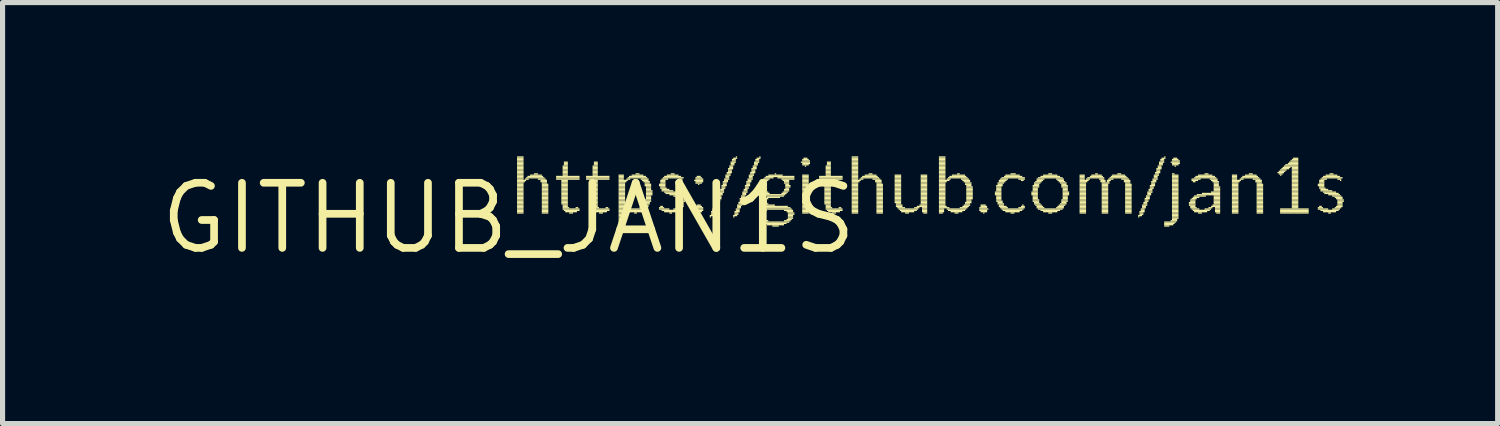
<source format=kicad_pcb>
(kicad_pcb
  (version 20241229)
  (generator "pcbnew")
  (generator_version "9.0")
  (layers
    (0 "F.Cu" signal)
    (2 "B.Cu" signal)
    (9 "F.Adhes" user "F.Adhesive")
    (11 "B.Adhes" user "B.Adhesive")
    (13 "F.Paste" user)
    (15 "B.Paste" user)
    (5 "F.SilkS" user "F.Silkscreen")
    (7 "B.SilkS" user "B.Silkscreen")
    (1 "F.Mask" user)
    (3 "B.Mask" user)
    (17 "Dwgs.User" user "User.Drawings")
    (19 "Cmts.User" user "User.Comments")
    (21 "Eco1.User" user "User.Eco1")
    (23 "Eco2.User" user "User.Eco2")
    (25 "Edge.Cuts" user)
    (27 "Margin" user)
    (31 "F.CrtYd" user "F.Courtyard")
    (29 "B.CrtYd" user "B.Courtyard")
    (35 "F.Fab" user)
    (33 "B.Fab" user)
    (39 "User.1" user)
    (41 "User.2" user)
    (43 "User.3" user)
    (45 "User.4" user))
  (footprint "GITHUB_JAN1S"
    (layer "F.Cu")
    (at 6.871 1.206)
    (property "Reference" "GITHUB_JAN1S" (at 0 0 0) (layer "F.SilkS") (effects (font (size 1.27 1.27) (thickness 0.15))))
    (attr through_hole)
    (fp_poly (pts (xy 0.165 -1.181) (xy 0.292 -1.181) (xy 0.292 -1.206) (xy 0.165 -1.206)) (stroke (width 0) (type solid)) (fill yes) (layer "F.SilkS"))
    (fp_poly (pts (xy 0.165 -1.156) (xy 0.292 -1.156) (xy 0.292 -1.181) (xy 0.165 -1.181)) (stroke (width 0) (type solid)) (fill yes) (layer "F.SilkS"))
    (fp_poly (pts (xy 0.165 -1.13) (xy 0.292 -1.13) (xy 0.292 -1.156) (xy 0.165 -1.156)) (stroke (width 0) (type solid)) (fill yes) (layer "F.SilkS"))
    (fp_poly (pts (xy 0.165 -1.105) (xy 0.292 -1.105) (xy 0.292 -1.13) (xy 0.165 -1.13)) (stroke (width 0) (type solid)) (fill yes) (layer "F.SilkS"))
    (fp_poly (pts (xy 0.165 -1.079) (xy 0.292 -1.079) (xy 0.292 -1.105) (xy 0.165 -1.105)) (stroke (width 0) (type solid)) (fill yes) (layer "F.SilkS"))
    (fp_poly (pts (xy 0.165 -1.054) (xy 0.292 -1.054) (xy 0.292 -1.079) (xy 0.165 -1.079)) (stroke (width 0) (type solid)) (fill yes) (layer "F.SilkS"))
    (fp_poly (pts (xy 0.165 -1.029) (xy 0.292 -1.029) (xy 0.292 -1.054) (xy 0.165 -1.054)) (stroke (width 0) (type solid)) (fill yes) (layer "F.SilkS"))
    (fp_poly (pts (xy 0.165 -1.003) (xy 0.292 -1.003) (xy 0.292 -1.029) (xy 0.165 -1.029)) (stroke (width 0) (type solid)) (fill yes) (layer "F.SilkS"))
    (fp_poly (pts (xy 0.165 -0.978) (xy 0.292 -0.978) (xy 0.292 -1.003) (xy 0.165 -1.003)) (stroke (width 0) (type solid)) (fill yes) (layer "F.SilkS"))
    (fp_poly (pts (xy 0.165 -0.953) (xy 0.292 -0.953) (xy 0.292 -0.978) (xy 0.165 -0.978)) (stroke (width 0) (type solid)) (fill yes) (layer "F.SilkS"))
    (fp_poly (pts (xy 0.165 -0.927) (xy 0.292 -0.927) (xy 0.292 -0.953) (xy 0.165 -0.953)) (stroke (width 0) (type solid)) (fill yes) (layer "F.SilkS"))
    (fp_poly (pts (xy 0.165 -0.902) (xy 0.292 -0.902) (xy 0.292 -0.927) (xy 0.165 -0.927)) (stroke (width 0) (type solid)) (fill yes) (layer "F.SilkS"))
    (fp_poly (pts (xy 0.165 -0.876) (xy 0.292 -0.876) (xy 0.292 -0.902) (xy 0.165 -0.902)) (stroke (width 0) (type solid)) (fill yes) (layer "F.SilkS"))
    (fp_poly (pts (xy 0.165 -0.851) (xy 0.292 -0.851) (xy 0.292 -0.876) (xy 0.165 -0.876)) (stroke (width 0) (type solid)) (fill yes) (layer "F.SilkS"))
    (fp_poly (pts (xy 0.165 -0.826) (xy 0.292 -0.826) (xy 0.292 -0.851) (xy 0.165 -0.851)) (stroke (width 0) (type solid)) (fill yes) (layer "F.SilkS"))
    (fp_poly (pts (xy 0.165 -0.8) (xy 0.292 -0.8) (xy 0.292 -0.826) (xy 0.165 -0.826)) (stroke (width 0) (type solid)) (fill yes) (layer "F.SilkS"))
    (fp_poly (pts (xy 0.165 -0.775) (xy 0.292 -0.775) (xy 0.292 -0.8) (xy 0.165 -0.8)) (stroke (width 0) (type solid)) (fill yes) (layer "F.SilkS"))
    (fp_poly (pts (xy 0.165 -0.749) (xy 0.292 -0.749) (xy 0.292 -0.775) (xy 0.165 -0.775)) (stroke (width 0) (type solid)) (fill yes) (layer "F.SilkS"))
    (fp_poly (pts (xy 0.165 -0.724) (xy 0.343 -0.724) (xy 0.343 -0.749) (xy 0.165 -0.749)) (stroke (width 0) (type solid)) (fill yes) (layer "F.SilkS"))
    (fp_poly (pts (xy 0.165 -0.699) (xy 0.318 -0.699) (xy 0.318 -0.724) (xy 0.165 -0.724)) (stroke (width 0) (type solid)) (fill yes) (layer "F.SilkS"))
    (fp_poly (pts (xy 0.165 -0.673) (xy 0.292 -0.673) (xy 0.292 -0.699) (xy 0.165 -0.699)) (stroke (width 0) (type solid)) (fill yes) (layer "F.SilkS"))
    (fp_poly (pts (xy 0.165 -0.648) (xy 0.292 -0.648) (xy 0.292 -0.673) (xy 0.165 -0.673)) (stroke (width 0) (type solid)) (fill yes) (layer "F.SilkS"))
    (fp_poly (pts (xy 0.165 -0.622) (xy 0.292 -0.622) (xy 0.292 -0.648) (xy 0.165 -0.648)) (stroke (width 0) (type solid)) (fill yes) (layer "F.SilkS"))
    (fp_poly (pts (xy 0.165 -0.597) (xy 0.292 -0.597) (xy 0.292 -0.622) (xy 0.165 -0.622)) (stroke (width 0) (type solid)) (fill yes) (layer "F.SilkS"))
    (fp_poly (pts (xy 0.165 -0.572) (xy 0.292 -0.572) (xy 0.292 -0.597) (xy 0.165 -0.597)) (stroke (width 0) (type solid)) (fill yes) (layer "F.SilkS"))
    (fp_poly (pts (xy 0.165 -0.546) (xy 0.292 -0.546) (xy 0.292 -0.572) (xy 0.165 -0.572)) (stroke (width 0) (type solid)) (fill yes) (layer "F.SilkS"))
    (fp_poly (pts (xy 0.165 -0.521) (xy 0.292 -0.521) (xy 0.292 -0.546) (xy 0.165 -0.546)) (stroke (width 0) (type solid)) (fill yes) (layer "F.SilkS"))
    (fp_poly (pts (xy 0.165 -0.495) (xy 0.292 -0.495) (xy 0.292 -0.521) (xy 0.165 -0.521)) (stroke (width 0) (type solid)) (fill yes) (layer "F.SilkS"))
    (fp_poly (pts (xy 0.165 -0.47) (xy 0.292 -0.47) (xy 0.292 -0.495) (xy 0.165 -0.495)) (stroke (width 0) (type solid)) (fill yes) (layer "F.SilkS"))
    (fp_poly (pts (xy 0.165 -0.445) (xy 0.292 -0.445) (xy 0.292 -0.47) (xy 0.165 -0.47)) (stroke (width 0) (type solid)) (fill yes) (layer "F.SilkS"))
    (fp_poly (pts (xy 0.165 -0.419) (xy 0.292 -0.419) (xy 0.292 -0.445) (xy 0.165 -0.445)) (stroke (width 0) (type solid)) (fill yes) (layer "F.SilkS"))
    (fp_poly (pts (xy 0.165 -0.394) (xy 0.292 -0.394) (xy 0.292 -0.419) (xy 0.165 -0.419)) (stroke (width 0) (type solid)) (fill yes) (layer "F.SilkS"))
    (fp_poly (pts (xy 0.165 -0.368) (xy 0.292 -0.368) (xy 0.292 -0.394) (xy 0.165 -0.394)) (stroke (width 0) (type solid)) (fill yes) (layer "F.SilkS"))
    (fp_poly (pts (xy 0.165 -0.343) (xy 0.292 -0.343) (xy 0.292 -0.368) (xy 0.165 -0.368)) (stroke (width 0) (type solid)) (fill yes) (layer "F.SilkS"))
    (fp_poly (pts (xy 0.165 -0.318) (xy 0.292 -0.318) (xy 0.292 -0.343) (xy 0.165 -0.343)) (stroke (width 0) (type solid)) (fill yes) (layer "F.SilkS"))
    (fp_poly (pts (xy 0.165 -0.292) (xy 0.292 -0.292) (xy 0.292 -0.318) (xy 0.165 -0.318)) (stroke (width 0) (type solid)) (fill yes) (layer "F.SilkS"))
    (fp_poly (pts (xy 0.165 -0.267) (xy 0.292 -0.267) (xy 0.292 -0.292) (xy 0.165 -0.292)) (stroke (width 0) (type solid)) (fill yes) (layer "F.SilkS"))
    (fp_poly (pts (xy 0.165 -0.241) (xy 0.292 -0.241) (xy 0.292 -0.267) (xy 0.165 -0.267)) (stroke (width 0) (type solid)) (fill yes) (layer "F.SilkS"))
    (fp_poly (pts (xy 0.165 -0.216) (xy 0.292 -0.216) (xy 0.292 -0.241) (xy 0.165 -0.241)) (stroke (width 0) (type solid)) (fill yes) (layer "F.SilkS"))
    (fp_poly (pts (xy 0.165 -0.191) (xy 0.292 -0.191) (xy 0.292 -0.216) (xy 0.165 -0.216)) (stroke (width 0) (type solid)) (fill yes) (layer "F.SilkS"))
    (fp_poly (pts (xy 0.165 -0.165) (xy 0.292 -0.165) (xy 0.292 -0.191) (xy 0.165 -0.191)) (stroke (width 0) (type solid)) (fill yes) (layer "F.SilkS"))
    (fp_poly (pts (xy 0.165 -0.14) (xy 0.292 -0.14) (xy 0.292 -0.165) (xy 0.165 -0.165)) (stroke (width 0) (type solid)) (fill yes) (layer "F.SilkS"))
    (fp_poly (pts (xy 0.165 -0.114) (xy 0.292 -0.114) (xy 0.292 -0.14) (xy 0.165 -0.14)) (stroke (width 0) (type solid)) (fill yes) (layer "F.SilkS"))
    (fp_poly (pts (xy 0.165 -0.089) (xy 0.292 -0.089) (xy 0.292 -0.114) (xy 0.165 -0.114)) (stroke (width 0) (type solid)) (fill yes) (layer "F.SilkS"))
    (fp_poly (pts (xy 0.318 -0.749) (xy 0.394 -0.749) (xy 0.394 -0.775) (xy 0.318 -0.775)) (stroke (width 0) (type solid)) (fill yes) (layer "F.SilkS"))
    (fp_poly (pts (xy 0.343 -0.775) (xy 0.699 -0.775) (xy 0.699 -0.8) (xy 0.343 -0.8)) (stroke (width 0) (type solid)) (fill yes) (layer "F.SilkS"))
    (fp_poly (pts (xy 0.368 -0.8) (xy 0.673 -0.8) (xy 0.673 -0.826) (xy 0.368 -0.826)) (stroke (width 0) (type solid)) (fill yes) (layer "F.SilkS"))
    (fp_poly (pts (xy 0.419 -0.826) (xy 0.648 -0.826) (xy 0.648 -0.851) (xy 0.419 -0.851)) (stroke (width 0) (type solid)) (fill yes) (layer "F.SilkS"))
    (fp_poly (pts (xy 0.495 -0.851) (xy 0.572 -0.851) (xy 0.572 -0.876) (xy 0.495 -0.876)) (stroke (width 0) (type solid)) (fill yes) (layer "F.SilkS"))
    (fp_poly (pts (xy 0.572 -0.749) (xy 0.724 -0.749) (xy 0.724 -0.775) (xy 0.572 -0.775)) (stroke (width 0) (type solid)) (fill yes) (layer "F.SilkS"))
    (fp_poly (pts (xy 0.622 -0.724) (xy 0.749 -0.724) (xy 0.749 -0.749) (xy 0.622 -0.749)) (stroke (width 0) (type solid)) (fill yes) (layer "F.SilkS"))
    (fp_poly (pts (xy 0.622 -0.699) (xy 0.749 -0.699) (xy 0.749 -0.724) (xy 0.622 -0.724)) (stroke (width 0) (type solid)) (fill yes) (layer "F.SilkS"))
    (fp_poly (pts (xy 0.648 -0.673) (xy 0.749 -0.673) (xy 0.749 -0.699) (xy 0.648 -0.699)) (stroke (width 0) (type solid)) (fill yes) (layer "F.SilkS"))
    (fp_poly (pts (xy 0.648 -0.648) (xy 0.775 -0.648) (xy 0.775 -0.673) (xy 0.648 -0.673)) (stroke (width 0) (type solid)) (fill yes) (layer "F.SilkS"))
    (fp_poly (pts (xy 0.648 -0.622) (xy 0.775 -0.622) (xy 0.775 -0.648) (xy 0.648 -0.648)) (stroke (width 0) (type solid)) (fill yes) (layer "F.SilkS"))
    (fp_poly (pts (xy 0.648 -0.597) (xy 0.775 -0.597) (xy 0.775 -0.622) (xy 0.648 -0.622)) (stroke (width 0) (type solid)) (fill yes) (layer "F.SilkS"))
    (fp_poly (pts (xy 0.648 -0.572) (xy 0.775 -0.572) (xy 0.775 -0.597) (xy 0.648 -0.597)) (stroke (width 0) (type solid)) (fill yes) (layer "F.SilkS"))
    (fp_poly (pts (xy 0.648 -0.546) (xy 0.775 -0.546) (xy 0.775 -0.572) (xy 0.648 -0.572)) (stroke (width 0) (type solid)) (fill yes) (layer "F.SilkS"))
    (fp_poly (pts (xy 0.648 -0.521) (xy 0.775 -0.521) (xy 0.775 -0.546) (xy 0.648 -0.546)) (stroke (width 0) (type solid)) (fill yes) (layer "F.SilkS"))
    (fp_poly (pts (xy 0.648 -0.495) (xy 0.775 -0.495) (xy 0.775 -0.521) (xy 0.648 -0.521)) (stroke (width 0) (type solid)) (fill yes) (layer "F.SilkS"))
    (fp_poly (pts (xy 0.648 -0.47) (xy 0.775 -0.47) (xy 0.775 -0.495) (xy 0.648 -0.495)) (stroke (width 0) (type solid)) (fill yes) (layer "F.SilkS"))
    (fp_poly (pts (xy 0.648 -0.445) (xy 0.775 -0.445) (xy 0.775 -0.47) (xy 0.648 -0.47)) (stroke (width 0) (type solid)) (fill yes) (layer "F.SilkS"))
    (fp_poly (pts (xy 0.648 -0.419) (xy 0.775 -0.419) (xy 0.775 -0.445) (xy 0.648 -0.445)) (stroke (width 0) (type solid)) (fill yes) (layer "F.SilkS"))
    (fp_poly (pts (xy 0.648 -0.394) (xy 0.775 -0.394) (xy 0.775 -0.419) (xy 0.648 -0.419)) (stroke (width 0) (type solid)) (fill yes) (layer "F.SilkS"))
    (fp_poly (pts (xy 0.648 -0.368) (xy 0.775 -0.368) (xy 0.775 -0.394) (xy 0.648 -0.394)) (stroke (width 0) (type solid)) (fill yes) (layer "F.SilkS"))
    (fp_poly (pts (xy 0.648 -0.343) (xy 0.775 -0.343) (xy 0.775 -0.368) (xy 0.648 -0.368)) (stroke (width 0) (type solid)) (fill yes) (layer "F.SilkS"))
    (fp_poly (pts (xy 0.648 -0.318) (xy 0.775 -0.318) (xy 0.775 -0.343) (xy 0.648 -0.343)) (stroke (width 0) (type solid)) (fill yes) (layer "F.SilkS"))
    (fp_poly (pts (xy 0.648 -0.292) (xy 0.775 -0.292) (xy 0.775 -0.318) (xy 0.648 -0.318)) (stroke (width 0) (type solid)) (fill yes) (layer "F.SilkS"))
    (fp_poly (pts (xy 0.648 -0.267) (xy 0.775 -0.267) (xy 0.775 -0.292) (xy 0.648 -0.292)) (stroke (width 0) (type solid)) (fill yes) (layer "F.SilkS"))
    (fp_poly (pts (xy 0.648 -0.241) (xy 0.775 -0.241) (xy 0.775 -0.267) (xy 0.648 -0.267)) (stroke (width 0) (type solid)) (fill yes) (layer "F.SilkS"))
    (fp_poly (pts (xy 0.648 -0.216) (xy 0.775 -0.216) (xy 0.775 -0.241) (xy 0.648 -0.241)) (stroke (width 0) (type solid)) (fill yes) (layer "F.SilkS"))
    (fp_poly (pts (xy 0.648 -0.191) (xy 0.775 -0.191) (xy 0.775 -0.216) (xy 0.648 -0.216)) (stroke (width 0) (type solid)) (fill yes) (layer "F.SilkS"))
    (fp_poly (pts (xy 0.648 -0.165) (xy 0.775 -0.165) (xy 0.775 -0.191) (xy 0.648 -0.191)) (stroke (width 0) (type solid)) (fill yes) (layer "F.SilkS"))
    (fp_poly (pts (xy 0.648 -0.14) (xy 0.775 -0.14) (xy 0.775 -0.165) (xy 0.648 -0.165)) (stroke (width 0) (type solid)) (fill yes) (layer "F.SilkS"))
    (fp_poly (pts (xy 0.648 -0.114) (xy 0.775 -0.114) (xy 0.775 -0.14) (xy 0.648 -0.14)) (stroke (width 0) (type solid)) (fill yes) (layer "F.SilkS"))
    (fp_poly (pts (xy 0.648 -0.089) (xy 0.775 -0.089) (xy 0.775 -0.114) (xy 0.648 -0.114)) (stroke (width 0) (type solid)) (fill yes) (layer "F.SilkS"))
    (fp_poly (pts (xy 0.927 -0.8) (xy 1.384 -0.8) (xy 1.384 -0.826) (xy 0.927 -0.826)) (stroke (width 0) (type solid)) (fill yes) (layer "F.SilkS"))
    (fp_poly (pts (xy 0.927 -0.775) (xy 1.384 -0.775) (xy 1.384 -0.8) (xy 0.927 -0.8)) (stroke (width 0) (type solid)) (fill yes) (layer "F.SilkS"))
    (fp_poly (pts (xy 0.927 -0.749) (xy 1.384 -0.749) (xy 1.384 -0.775) (xy 0.927 -0.775)) (stroke (width 0) (type solid)) (fill yes) (layer "F.SilkS"))
    (fp_poly (pts (xy 1.029 -0.724) (xy 1.156 -0.724) (xy 1.156 -0.749) (xy 1.029 -0.749)) (stroke (width 0) (type solid)) (fill yes) (layer "F.SilkS"))
    (fp_poly (pts (xy 1.029 -0.699) (xy 1.156 -0.699) (xy 1.156 -0.724) (xy 1.029 -0.724)) (stroke (width 0) (type solid)) (fill yes) (layer "F.SilkS"))
    (fp_poly (pts (xy 1.029 -0.673) (xy 1.156 -0.673) (xy 1.156 -0.699) (xy 1.029 -0.699)) (stroke (width 0) (type solid)) (fill yes) (layer "F.SilkS"))
    (fp_poly (pts (xy 1.029 -0.648) (xy 1.156 -0.648) (xy 1.156 -0.673) (xy 1.029 -0.673)) (stroke (width 0) (type solid)) (fill yes) (layer "F.SilkS"))
    (fp_poly (pts (xy 1.029 -0.622) (xy 1.156 -0.622) (xy 1.156 -0.648) (xy 1.029 -0.648)) (stroke (width 0) (type solid)) (fill yes) (layer "F.SilkS"))
    (fp_poly (pts (xy 1.029 -0.597) (xy 1.156 -0.597) (xy 1.156 -0.622) (xy 1.029 -0.622)) (stroke (width 0) (type solid)) (fill yes) (layer "F.SilkS"))
    (fp_poly (pts (xy 1.029 -0.572) (xy 1.156 -0.572) (xy 1.156 -0.597) (xy 1.029 -0.597)) (stroke (width 0) (type solid)) (fill yes) (layer "F.SilkS"))
    (fp_poly (pts (xy 1.029 -0.546) (xy 1.156 -0.546) (xy 1.156 -0.572) (xy 1.029 -0.572)) (stroke (width 0) (type solid)) (fill yes) (layer "F.SilkS"))
    (fp_poly (pts (xy 1.029 -0.521) (xy 1.156 -0.521) (xy 1.156 -0.546) (xy 1.029 -0.546)) (stroke (width 0) (type solid)) (fill yes) (layer "F.SilkS"))
    (fp_poly (pts (xy 1.029 -0.495) (xy 1.156 -0.495) (xy 1.156 -0.521) (xy 1.029 -0.521)) (stroke (width 0) (type solid)) (fill yes) (layer "F.SilkS"))
    (fp_poly (pts (xy 1.029 -0.47) (xy 1.156 -0.47) (xy 1.156 -0.495) (xy 1.029 -0.495)) (stroke (width 0) (type solid)) (fill yes) (layer "F.SilkS"))
    (fp_poly (pts (xy 1.029 -0.445) (xy 1.156 -0.445) (xy 1.156 -0.47) (xy 1.029 -0.47)) (stroke (width 0) (type solid)) (fill yes) (layer "F.SilkS"))
    (fp_poly (pts (xy 1.029 -0.419) (xy 1.156 -0.419) (xy 1.156 -0.445) (xy 1.029 -0.445)) (stroke (width 0) (type solid)) (fill yes) (layer "F.SilkS"))
    (fp_poly (pts (xy 1.029 -0.394) (xy 1.156 -0.394) (xy 1.156 -0.419) (xy 1.029 -0.419)) (stroke (width 0) (type solid)) (fill yes) (layer "F.SilkS"))
    (fp_poly (pts (xy 1.029 -0.368) (xy 1.156 -0.368) (xy 1.156 -0.394) (xy 1.029 -0.394)) (stroke (width 0) (type solid)) (fill yes) (layer "F.SilkS"))
    (fp_poly (pts (xy 1.029 -0.343) (xy 1.156 -0.343) (xy 1.156 -0.368) (xy 1.029 -0.368)) (stroke (width 0) (type solid)) (fill yes) (layer "F.SilkS"))
    (fp_poly (pts (xy 1.029 -0.318) (xy 1.156 -0.318) (xy 1.156 -0.343) (xy 1.029 -0.343)) (stroke (width 0) (type solid)) (fill yes) (layer "F.SilkS"))
    (fp_poly (pts (xy 1.029 -0.292) (xy 1.156 -0.292) (xy 1.156 -0.318) (xy 1.029 -0.318)) (stroke (width 0) (type solid)) (fill yes) (layer "F.SilkS"))
    (fp_poly (pts (xy 1.029 -0.267) (xy 1.156 -0.267) (xy 1.156 -0.292) (xy 1.029 -0.292)) (stroke (width 0) (type solid)) (fill yes) (layer "F.SilkS"))
    (fp_poly (pts (xy 1.054 -1.003) (xy 1.156 -1.003) (xy 1.156 -1.029) (xy 1.054 -1.029)) (stroke (width 0) (type solid)) (fill yes) (layer "F.SilkS"))
    (fp_poly (pts (xy 1.054 -0.978) (xy 1.156 -0.978) (xy 1.156 -1.003) (xy 1.054 -1.003)) (stroke (width 0) (type solid)) (fill yes) (layer "F.SilkS"))
    (fp_poly (pts (xy 1.054 -0.953) (xy 1.156 -0.953) (xy 1.156 -0.978) (xy 1.054 -0.978)) (stroke (width 0) (type solid)) (fill yes) (layer "F.SilkS"))
    (fp_poly (pts (xy 1.054 -0.927) (xy 1.156 -0.927) (xy 1.156 -0.953) (xy 1.054 -0.953)) (stroke (width 0) (type solid)) (fill yes) (layer "F.SilkS"))
    (fp_poly (pts (xy 1.054 -0.902) (xy 1.156 -0.902) (xy 1.156 -0.927) (xy 1.054 -0.927)) (stroke (width 0) (type solid)) (fill yes) (layer "F.SilkS"))
    (fp_poly (pts (xy 1.054 -0.876) (xy 1.156 -0.876) (xy 1.156 -0.902) (xy 1.054 -0.902)) (stroke (width 0) (type solid)) (fill yes) (layer "F.SilkS"))
    (fp_poly (pts (xy 1.054 -0.851) (xy 1.156 -0.851) (xy 1.156 -0.876) (xy 1.054 -0.876)) (stroke (width 0) (type solid)) (fill yes) (layer "F.SilkS"))
    (fp_poly (pts (xy 1.054 -0.826) (xy 1.156 -0.826) (xy 1.156 -0.851) (xy 1.054 -0.851)) (stroke (width 0) (type solid)) (fill yes) (layer "F.SilkS"))
    (fp_poly (pts (xy 1.054 -0.241) (xy 1.156 -0.241) (xy 1.156 -0.267) (xy 1.054 -0.267)) (stroke (width 0) (type solid)) (fill yes) (layer "F.SilkS"))
    (fp_poly (pts (xy 1.054 -0.216) (xy 1.156 -0.216) (xy 1.156 -0.241) (xy 1.054 -0.241)) (stroke (width 0) (type solid)) (fill yes) (layer "F.SilkS"))
    (fp_poly (pts (xy 1.054 -0.191) (xy 1.181 -0.191) (xy 1.181 -0.216) (xy 1.054 -0.216)) (stroke (width 0) (type solid)) (fill yes) (layer "F.SilkS"))
    (fp_poly (pts (xy 1.054 -0.165) (xy 1.384 -0.165) (xy 1.384 -0.191) (xy 1.054 -0.191)) (stroke (width 0) (type solid)) (fill yes) (layer "F.SilkS"))
    (fp_poly (pts (xy 1.079 -1.079) (xy 1.156 -1.079) (xy 1.156 -1.105) (xy 1.079 -1.105)) (stroke (width 0) (type solid)) (fill yes) (layer "F.SilkS"))
    (fp_poly (pts (xy 1.079 -1.054) (xy 1.156 -1.054) (xy 1.156 -1.079) (xy 1.079 -1.079)) (stroke (width 0) (type solid)) (fill yes) (layer "F.SilkS"))
    (fp_poly (pts (xy 1.079 -1.029) (xy 1.156 -1.029) (xy 1.156 -1.054) (xy 1.079 -1.054)) (stroke (width 0) (type solid)) (fill yes) (layer "F.SilkS"))
    (fp_poly (pts (xy 1.079 -0.14) (xy 1.384 -0.14) (xy 1.384 -0.165) (xy 1.079 -0.165)) (stroke (width 0) (type solid)) (fill yes) (layer "F.SilkS"))
    (fp_poly (pts (xy 1.105 -0.114) (xy 1.333 -0.114) (xy 1.333 -0.14) (xy 1.105 -0.14)) (stroke (width 0) (type solid)) (fill yes) (layer "F.SilkS"))
    (fp_poly (pts (xy 1.181 -0.089) (xy 1.257 -0.089) (xy 1.257 -0.114) (xy 1.181 -0.114)) (stroke (width 0) (type solid)) (fill yes) (layer "F.SilkS"))
    (fp_poly (pts (xy 1.308 -0.191) (xy 1.359 -0.191) (xy 1.359 -0.216) (xy 1.308 -0.216)) (stroke (width 0) (type solid)) (fill yes) (layer "F.SilkS"))
    (fp_poly (pts (xy 1.511 -0.8) (xy 1.968 -0.8) (xy 1.968 -0.826) (xy 1.511 -0.826)) (stroke (width 0) (type solid)) (fill yes) (layer "F.SilkS"))
    (fp_poly (pts (xy 1.511 -0.775) (xy 1.968 -0.775) (xy 1.968 -0.8) (xy 1.511 -0.8)) (stroke (width 0) (type solid)) (fill yes) (layer "F.SilkS"))
    (fp_poly (pts (xy 1.511 -0.749) (xy 1.968 -0.749) (xy 1.968 -0.775) (xy 1.511 -0.775)) (stroke (width 0) (type solid)) (fill yes) (layer "F.SilkS"))
    (fp_poly (pts (xy 1.613 -0.724) (xy 1.74 -0.724) (xy 1.74 -0.749) (xy 1.613 -0.749)) (stroke (width 0) (type solid)) (fill yes) (layer "F.SilkS"))
    (fp_poly (pts (xy 1.613 -0.699) (xy 1.74 -0.699) (xy 1.74 -0.724) (xy 1.613 -0.724)) (stroke (width 0) (type solid)) (fill yes) (layer "F.SilkS"))
    (fp_poly (pts (xy 1.613 -0.673) (xy 1.74 -0.673) (xy 1.74 -0.699) (xy 1.613 -0.699)) (stroke (width 0) (type solid)) (fill yes) (layer "F.SilkS"))
    (fp_poly (pts (xy 1.613 -0.648) (xy 1.74 -0.648) (xy 1.74 -0.673) (xy 1.613 -0.673)) (stroke (width 0) (type solid)) (fill yes) (layer "F.SilkS"))
    (fp_poly (pts (xy 1.613 -0.622) (xy 1.74 -0.622) (xy 1.74 -0.648) (xy 1.613 -0.648)) (stroke (width 0) (type solid)) (fill yes) (layer "F.SilkS"))
    (fp_poly (pts (xy 1.613 -0.597) (xy 1.74 -0.597) (xy 1.74 -0.622) (xy 1.613 -0.622)) (stroke (width 0) (type solid)) (fill yes) (layer "F.SilkS"))
    (fp_poly (pts (xy 1.613 -0.572) (xy 1.74 -0.572) (xy 1.74 -0.597) (xy 1.613 -0.597)) (stroke (width 0) (type solid)) (fill yes) (layer "F.SilkS"))
    (fp_poly (pts (xy 1.613 -0.546) (xy 1.74 -0.546) (xy 1.74 -0.572) (xy 1.613 -0.572)) (stroke (width 0) (type solid)) (fill yes) (layer "F.SilkS"))
    (fp_poly (pts (xy 1.613 -0.521) (xy 1.74 -0.521) (xy 1.74 -0.546) (xy 1.613 -0.546)) (stroke (width 0) (type solid)) (fill yes) (layer "F.SilkS"))
    (fp_poly (pts (xy 1.613 -0.495) (xy 1.74 -0.495) (xy 1.74 -0.521) (xy 1.613 -0.521)) (stroke (width 0) (type solid)) (fill yes) (layer "F.SilkS"))
    (fp_poly (pts (xy 1.613 -0.47) (xy 1.74 -0.47) (xy 1.74 -0.495) (xy 1.613 -0.495)) (stroke (width 0) (type solid)) (fill yes) (layer "F.SilkS"))
    (fp_poly (pts (xy 1.613 -0.445) (xy 1.74 -0.445) (xy 1.74 -0.47) (xy 1.613 -0.47)) (stroke (width 0) (type solid)) (fill yes) (layer "F.SilkS"))
    (fp_poly (pts (xy 1.613 -0.419) (xy 1.74 -0.419) (xy 1.74 -0.445) (xy 1.613 -0.445)) (stroke (width 0) (type solid)) (fill yes) (layer "F.SilkS"))
    (fp_poly (pts (xy 1.613 -0.394) (xy 1.74 -0.394) (xy 1.74 -0.419) (xy 1.613 -0.419)) (stroke (width 0) (type solid)) (fill yes) (layer "F.SilkS"))
    (fp_poly (pts (xy 1.613 -0.368) (xy 1.74 -0.368) (xy 1.74 -0.394) (xy 1.613 -0.394)) (stroke (width 0) (type solid)) (fill yes) (layer "F.SilkS"))
    (fp_poly (pts (xy 1.613 -0.343) (xy 1.74 -0.343) (xy 1.74 -0.368) (xy 1.613 -0.368)) (stroke (width 0) (type solid)) (fill yes) (layer "F.SilkS"))
    (fp_poly (pts (xy 1.613 -0.318) (xy 1.74 -0.318) (xy 1.74 -0.343) (xy 1.613 -0.343)) (stroke (width 0) (type solid)) (fill yes) (layer "F.SilkS"))
    (fp_poly (pts (xy 1.613 -0.292) (xy 1.74 -0.292) (xy 1.74 -0.318) (xy 1.613 -0.318)) (stroke (width 0) (type solid)) (fill yes) (layer "F.SilkS"))
    (fp_poly (pts (xy 1.613 -0.267) (xy 1.74 -0.267) (xy 1.74 -0.292) (xy 1.613 -0.292)) (stroke (width 0) (type solid)) (fill yes) (layer "F.SilkS"))
    (fp_poly (pts (xy 1.638 -1.003) (xy 1.74 -1.003) (xy 1.74 -1.029) (xy 1.638 -1.029)) (stroke (width 0) (type solid)) (fill yes) (layer "F.SilkS"))
    (fp_poly (pts (xy 1.638 -0.978) (xy 1.74 -0.978) (xy 1.74 -1.003) (xy 1.638 -1.003)) (stroke (width 0) (type solid)) (fill yes) (layer "F.SilkS"))
    (fp_poly (pts (xy 1.638 -0.953) (xy 1.74 -0.953) (xy 1.74 -0.978) (xy 1.638 -0.978)) (stroke (width 0) (type solid)) (fill yes) (layer "F.SilkS"))
    (fp_poly (pts (xy 1.638 -0.927) (xy 1.74 -0.927) (xy 1.74 -0.953) (xy 1.638 -0.953)) (stroke (width 0) (type solid)) (fill yes) (layer "F.SilkS"))
    (fp_poly (pts (xy 1.638 -0.902) (xy 1.74 -0.902) (xy 1.74 -0.927) (xy 1.638 -0.927)) (stroke (width 0) (type solid)) (fill yes) (layer "F.SilkS"))
    (fp_poly (pts (xy 1.638 -0.876) (xy 1.74 -0.876) (xy 1.74 -0.902) (xy 1.638 -0.902)) (stroke (width 0) (type solid)) (fill yes) (layer "F.SilkS"))
    (fp_poly (pts (xy 1.638 -0.851) (xy 1.74 -0.851) (xy 1.74 -0.876) (xy 1.638 -0.876)) (stroke (width 0) (type solid)) (fill yes) (layer "F.SilkS"))
    (fp_poly (pts (xy 1.638 -0.826) (xy 1.74 -0.826) (xy 1.74 -0.851) (xy 1.638 -0.851)) (stroke (width 0) (type solid)) (fill yes) (layer "F.SilkS"))
    (fp_poly (pts (xy 1.638 -0.241) (xy 1.74 -0.241) (xy 1.74 -0.267) (xy 1.638 -0.267)) (stroke (width 0) (type solid)) (fill yes) (layer "F.SilkS"))
    (fp_poly (pts (xy 1.638 -0.216) (xy 1.74 -0.216) (xy 1.74 -0.241) (xy 1.638 -0.241)) (stroke (width 0) (type solid)) (fill yes) (layer "F.SilkS"))
    (fp_poly (pts (xy 1.638 -0.191) (xy 1.765 -0.191) (xy 1.765 -0.216) (xy 1.638 -0.216)) (stroke (width 0) (type solid)) (fill yes) (layer "F.SilkS"))
    (fp_poly (pts (xy 1.638 -0.165) (xy 1.968 -0.165) (xy 1.968 -0.191) (xy 1.638 -0.191)) (stroke (width 0) (type solid)) (fill yes) (layer "F.SilkS"))
    (fp_poly (pts (xy 1.664 -1.079) (xy 1.74 -1.079) (xy 1.74 -1.105) (xy 1.664 -1.105)) (stroke (width 0) (type solid)) (fill yes) (layer "F.SilkS"))
    (fp_poly (pts (xy 1.664 -1.054) (xy 1.74 -1.054) (xy 1.74 -1.079) (xy 1.664 -1.079)) (stroke (width 0) (type solid)) (fill yes) (layer "F.SilkS"))
    (fp_poly (pts (xy 1.664 -1.029) (xy 1.74 -1.029) (xy 1.74 -1.054) (xy 1.664 -1.054)) (stroke (width 0) (type solid)) (fill yes) (layer "F.SilkS"))
    (fp_poly (pts (xy 1.664 -0.14) (xy 1.968 -0.14) (xy 1.968 -0.165) (xy 1.664 -0.165)) (stroke (width 0) (type solid)) (fill yes) (layer "F.SilkS"))
    (fp_poly (pts (xy 1.689 -0.114) (xy 1.918 -0.114) (xy 1.918 -0.14) (xy 1.689 -0.14)) (stroke (width 0) (type solid)) (fill yes) (layer "F.SilkS"))
    (fp_poly (pts (xy 1.765 -0.089) (xy 1.841 -0.089) (xy 1.841 -0.114) (xy 1.765 -0.114)) (stroke (width 0) (type solid)) (fill yes) (layer "F.SilkS"))
    (fp_poly (pts (xy 1.892 -0.191) (xy 1.943 -0.191) (xy 1.943 -0.216) (xy 1.892 -0.216)) (stroke (width 0) (type solid)) (fill yes) (layer "F.SilkS"))
    (fp_poly (pts (xy 2.146 -0.826) (xy 2.248 -0.826) (xy 2.248 -0.851) (xy 2.146 -0.851)) (stroke (width 0) (type solid)) (fill yes) (layer "F.SilkS"))
    (fp_poly (pts (xy 2.146 -0.8) (xy 2.248 -0.8) (xy 2.248 -0.826) (xy 2.146 -0.826)) (stroke (width 0) (type solid)) (fill yes) (layer "F.SilkS"))
    (fp_poly (pts (xy 2.146 -0.775) (xy 2.248 -0.775) (xy 2.248 -0.8) (xy 2.146 -0.8)) (stroke (width 0) (type solid)) (fill yes) (layer "F.SilkS"))
    (fp_poly (pts (xy 2.146 -0.749) (xy 2.248 -0.749) (xy 2.248 -0.775) (xy 2.146 -0.775)) (stroke (width 0) (type solid)) (fill yes) (layer "F.SilkS"))
    (fp_poly (pts (xy 2.146 -0.724) (xy 2.324 -0.724) (xy 2.324 -0.749) (xy 2.146 -0.749)) (stroke (width 0) (type solid)) (fill yes) (layer "F.SilkS"))
    (fp_poly (pts (xy 2.146 -0.699) (xy 2.299 -0.699) (xy 2.299 -0.724) (xy 2.146 -0.724)) (stroke (width 0) (type solid)) (fill yes) (layer "F.SilkS"))
    (fp_poly (pts (xy 2.146 -0.673) (xy 2.273 -0.673) (xy 2.273 -0.699) (xy 2.146 -0.699)) (stroke (width 0) (type solid)) (fill yes) (layer "F.SilkS"))
    (fp_poly (pts (xy 2.146 -0.648) (xy 2.273 -0.648) (xy 2.273 -0.673) (xy 2.146 -0.673)) (stroke (width 0) (type solid)) (fill yes) (layer "F.SilkS"))
    (fp_poly (pts (xy 2.146 -0.622) (xy 2.273 -0.622) (xy 2.273 -0.648) (xy 2.146 -0.648)) (stroke (width 0) (type solid)) (fill yes) (layer "F.SilkS"))
    (fp_poly (pts (xy 2.146 -0.597) (xy 2.273 -0.597) (xy 2.273 -0.622) (xy 2.146 -0.622)) (stroke (width 0) (type solid)) (fill yes) (layer "F.SilkS"))
    (fp_poly (pts (xy 2.146 -0.572) (xy 2.273 -0.572) (xy 2.273 -0.597) (xy 2.146 -0.597)) (stroke (width 0) (type solid)) (fill yes) (layer "F.SilkS"))
    (fp_poly (pts (xy 2.146 -0.546) (xy 2.273 -0.546) (xy 2.273 -0.572) (xy 2.146 -0.572)) (stroke (width 0) (type solid)) (fill yes) (layer "F.SilkS"))
    (fp_poly (pts (xy 2.146 -0.521) (xy 2.273 -0.521) (xy 2.273 -0.546) (xy 2.146 -0.546)) (stroke (width 0) (type solid)) (fill yes) (layer "F.SilkS"))
    (fp_poly (pts (xy 2.146 -0.495) (xy 2.273 -0.495) (xy 2.273 -0.521) (xy 2.146 -0.521)) (stroke (width 0) (type solid)) (fill yes) (layer "F.SilkS"))
    (fp_poly (pts (xy 2.146 -0.47) (xy 2.273 -0.47) (xy 2.273 -0.495) (xy 2.146 -0.495)) (stroke (width 0) (type solid)) (fill yes) (layer "F.SilkS"))
    (fp_poly (pts (xy 2.146 -0.445) (xy 2.273 -0.445) (xy 2.273 -0.47) (xy 2.146 -0.47)) (stroke (width 0) (type solid)) (fill yes) (layer "F.SilkS"))
    (fp_poly (pts (xy 2.146 -0.419) (xy 2.273 -0.419) (xy 2.273 -0.445) (xy 2.146 -0.445)) (stroke (width 0) (type solid)) (fill yes) (layer "F.SilkS"))
    (fp_poly (pts (xy 2.146 -0.394) (xy 2.273 -0.394) (xy 2.273 -0.419) (xy 2.146 -0.419)) (stroke (width 0) (type solid)) (fill yes) (layer "F.SilkS"))
    (fp_poly (pts (xy 2.146 -0.368) (xy 2.273 -0.368) (xy 2.273 -0.394) (xy 2.146 -0.394)) (stroke (width 0) (type solid)) (fill yes) (layer "F.SilkS"))
    (fp_poly (pts (xy 2.146 -0.343) (xy 2.273 -0.343) (xy 2.273 -0.368) (xy 2.146 -0.368)) (stroke (width 0) (type solid)) (fill yes) (layer "F.SilkS"))
    (fp_poly (pts (xy 2.146 -0.318) (xy 2.273 -0.318) (xy 2.273 -0.343) (xy 2.146 -0.343)) (stroke (width 0) (type solid)) (fill yes) (layer "F.SilkS"))
    (fp_poly (pts (xy 2.146 -0.292) (xy 2.273 -0.292) (xy 2.273 -0.318) (xy 2.146 -0.318)) (stroke (width 0) (type solid)) (fill yes) (layer "F.SilkS"))
    (fp_poly (pts (xy 2.146 -0.267) (xy 2.273 -0.267) (xy 2.273 -0.292) (xy 2.146 -0.292)) (stroke (width 0) (type solid)) (fill yes) (layer "F.SilkS"))
    (fp_poly (pts (xy 2.146 -0.241) (xy 2.273 -0.241) (xy 2.273 -0.267) (xy 2.146 -0.267)) (stroke (width 0) (type solid)) (fill yes) (layer "F.SilkS"))
    (fp_poly (pts (xy 2.146 -0.216) (xy 2.299 -0.216) (xy 2.299 -0.241) (xy 2.146 -0.241)) (stroke (width 0) (type solid)) (fill yes) (layer "F.SilkS"))
    (fp_poly (pts (xy 2.146 -0.191) (xy 2.349 -0.191) (xy 2.349 -0.216) (xy 2.146 -0.216)) (stroke (width 0) (type solid)) (fill yes) (layer "F.SilkS"))
    (fp_poly (pts (xy 2.146 -0.165) (xy 2.273 -0.165) (xy 2.273 -0.191) (xy 2.146 -0.191)) (stroke (width 0) (type solid)) (fill yes) (layer "F.SilkS"))
    (fp_poly (pts (xy 2.146 -0.14) (xy 2.273 -0.14) (xy 2.273 -0.165) (xy 2.146 -0.165)) (stroke (width 0) (type solid)) (fill yes) (layer "F.SilkS"))
    (fp_poly (pts (xy 2.146 -0.114) (xy 2.273 -0.114) (xy 2.273 -0.14) (xy 2.146 -0.14)) (stroke (width 0) (type solid)) (fill yes) (layer "F.SilkS"))
    (fp_poly (pts (xy 2.146 -0.089) (xy 2.273 -0.089) (xy 2.273 -0.114) (xy 2.146 -0.114)) (stroke (width 0) (type solid)) (fill yes) (layer "F.SilkS"))
    (fp_poly (pts (xy 2.146 -0.064) (xy 2.273 -0.064) (xy 2.273 -0.089) (xy 2.146 -0.089)) (stroke (width 0) (type solid)) (fill yes) (layer "F.SilkS"))
    (fp_poly (pts (xy 2.146 -0.038) (xy 2.273 -0.038) (xy 2.273 -0.064) (xy 2.146 -0.064)) (stroke (width 0) (type solid)) (fill yes) (layer "F.SilkS"))
    (fp_poly (pts (xy 2.146 -0.013) (xy 2.273 -0.013) (xy 2.273 -0.038) (xy 2.146 -0.038)) (stroke (width 0) (type solid)) (fill yes) (layer "F.SilkS"))
    (fp_poly (pts (xy 2.146 0.013) (xy 2.273 0.013) (xy 2.273 -0.013) (xy 2.146 -0.013)) (stroke (width 0) (type solid)) (fill yes) (layer "F.SilkS"))
    (fp_poly (pts (xy 2.146 0.038) (xy 2.273 0.038) (xy 2.273 0.013) (xy 2.146 0.013)) (stroke (width 0) (type solid)) (fill yes) (layer "F.SilkS"))
    (fp_poly (pts (xy 2.146 0.064) (xy 2.273 0.064) (xy 2.273 0.038) (xy 2.146 0.038)) (stroke (width 0) (type solid)) (fill yes) (layer "F.SilkS"))
    (fp_poly (pts (xy 2.146 0.089) (xy 2.273 0.089) (xy 2.273 0.064) (xy 2.146 0.064)) (stroke (width 0) (type solid)) (fill yes) (layer "F.SilkS"))
    (fp_poly (pts (xy 2.146 0.114) (xy 2.273 0.114) (xy 2.273 0.089) (xy 2.146 0.089)) (stroke (width 0) (type solid)) (fill yes) (layer "F.SilkS"))
    (fp_poly (pts (xy 2.146 0.14) (xy 2.273 0.14) (xy 2.273 0.114) (xy 2.146 0.114)) (stroke (width 0) (type solid)) (fill yes) (layer "F.SilkS"))
    (fp_poly (pts (xy 2.146 0.165) (xy 2.273 0.165) (xy 2.273 0.14) (xy 2.146 0.14)) (stroke (width 0) (type solid)) (fill yes) (layer "F.SilkS"))
    (fp_poly (pts (xy 2.299 -0.749) (xy 2.375 -0.749) (xy 2.375 -0.775) (xy 2.299 -0.775)) (stroke (width 0) (type solid)) (fill yes) (layer "F.SilkS"))
    (fp_poly (pts (xy 2.299 -0.165) (xy 2.68 -0.165) (xy 2.68 -0.191) (xy 2.299 -0.191)) (stroke (width 0) (type solid)) (fill yes) (layer "F.SilkS"))
    (fp_poly (pts (xy 2.324 -0.775) (xy 2.705 -0.775) (xy 2.705 -0.8) (xy 2.324 -0.8)) (stroke (width 0) (type solid)) (fill yes) (layer "F.SilkS"))
    (fp_poly (pts (xy 2.324 -0.14) (xy 2.654 -0.14) (xy 2.654 -0.165) (xy 2.324 -0.165)) (stroke (width 0) (type solid)) (fill yes) (layer "F.SilkS"))
    (fp_poly (pts (xy 2.349 -0.8) (xy 2.68 -0.8) (xy 2.68 -0.826) (xy 2.349 -0.826)) (stroke (width 0) (type solid)) (fill yes) (layer "F.SilkS"))
    (fp_poly (pts (xy 2.349 -0.114) (xy 2.603 -0.114) (xy 2.603 -0.14) (xy 2.349 -0.14)) (stroke (width 0) (type solid)) (fill yes) (layer "F.SilkS"))
    (fp_poly (pts (xy 2.4 -0.826) (xy 2.629 -0.826) (xy 2.629 -0.851) (xy 2.4 -0.851)) (stroke (width 0) (type solid)) (fill yes) (layer "F.SilkS"))
    (fp_poly (pts (xy 2.451 -0.089) (xy 2.502 -0.089) (xy 2.502 -0.114) (xy 2.451 -0.114)) (stroke (width 0) (type solid)) (fill yes) (layer "F.SilkS"))
    (fp_poly (pts (xy 2.477 -0.851) (xy 2.553 -0.851) (xy 2.553 -0.876) (xy 2.477 -0.876)) (stroke (width 0) (type solid)) (fill yes) (layer "F.SilkS"))
    (fp_poly (pts (xy 2.553 -0.191) (xy 2.705 -0.191) (xy 2.705 -0.216) (xy 2.553 -0.216)) (stroke (width 0) (type solid)) (fill yes) (layer "F.SilkS"))
    (fp_poly (pts (xy 2.578 -0.749) (xy 2.731 -0.749) (xy 2.731 -0.775) (xy 2.578 -0.775)) (stroke (width 0) (type solid)) (fill yes) (layer "F.SilkS"))
    (fp_poly (pts (xy 2.578 -0.216) (xy 2.731 -0.216) (xy 2.731 -0.241) (xy 2.578 -0.241)) (stroke (width 0) (type solid)) (fill yes) (layer "F.SilkS"))
    (fp_poly (pts (xy 2.603 -0.724) (xy 2.731 -0.724) (xy 2.731 -0.749) (xy 2.603 -0.749)) (stroke (width 0) (type solid)) (fill yes) (layer "F.SilkS"))
    (fp_poly (pts (xy 2.603 -0.241) (xy 2.731 -0.241) (xy 2.731 -0.267) (xy 2.603 -0.267)) (stroke (width 0) (type solid)) (fill yes) (layer "F.SilkS"))
    (fp_poly (pts (xy 2.629 -0.699) (xy 2.756 -0.699) (xy 2.756 -0.724) (xy 2.629 -0.724)) (stroke (width 0) (type solid)) (fill yes) (layer "F.SilkS"))
    (fp_poly (pts (xy 2.629 -0.267) (xy 2.756 -0.267) (xy 2.756 -0.292) (xy 2.629 -0.292)) (stroke (width 0) (type solid)) (fill yes) (layer "F.SilkS"))
    (fp_poly (pts (xy 2.654 -0.673) (xy 2.756 -0.673) (xy 2.756 -0.699) (xy 2.654 -0.699)) (stroke (width 0) (type solid)) (fill yes) (layer "F.SilkS"))
    (fp_poly (pts (xy 2.654 -0.648) (xy 2.781 -0.648) (xy 2.781 -0.673) (xy 2.654 -0.673)) (stroke (width 0) (type solid)) (fill yes) (layer "F.SilkS"))
    (fp_poly (pts (xy 2.654 -0.622) (xy 2.781 -0.622) (xy 2.781 -0.648) (xy 2.654 -0.648)) (stroke (width 0) (type solid)) (fill yes) (layer "F.SilkS"))
    (fp_poly (pts (xy 2.654 -0.343) (xy 2.781 -0.343) (xy 2.781 -0.368) (xy 2.654 -0.368)) (stroke (width 0) (type solid)) (fill yes) (layer "F.SilkS"))
    (fp_poly (pts (xy 2.654 -0.318) (xy 2.781 -0.318) (xy 2.781 -0.343) (xy 2.654 -0.343)) (stroke (width 0) (type solid)) (fill yes) (layer "F.SilkS"))
    (fp_poly (pts (xy 2.654 -0.292) (xy 2.756 -0.292) (xy 2.756 -0.318) (xy 2.654 -0.318)) (stroke (width 0) (type solid)) (fill yes) (layer "F.SilkS"))
    (fp_poly (pts (xy 2.68 -0.597) (xy 2.781 -0.597) (xy 2.781 -0.622) (xy 2.68 -0.622)) (stroke (width 0) (type solid)) (fill yes) (layer "F.SilkS"))
    (fp_poly (pts (xy 2.68 -0.572) (xy 2.781 -0.572) (xy 2.781 -0.597) (xy 2.68 -0.597)) (stroke (width 0) (type solid)) (fill yes) (layer "F.SilkS"))
    (fp_poly (pts (xy 2.68 -0.546) (xy 2.781 -0.546) (xy 2.781 -0.572) (xy 2.68 -0.572)) (stroke (width 0) (type solid)) (fill yes) (layer "F.SilkS"))
    (fp_poly (pts (xy 2.68 -0.521) (xy 2.807 -0.521) (xy 2.807 -0.546) (xy 2.68 -0.546)) (stroke (width 0) (type solid)) (fill yes) (layer "F.SilkS"))
    (fp_poly (pts (xy 2.68 -0.495) (xy 2.807 -0.495) (xy 2.807 -0.521) (xy 2.68 -0.521)) (stroke (width 0) (type solid)) (fill yes) (layer "F.SilkS"))
    (fp_poly (pts (xy 2.68 -0.47) (xy 2.807 -0.47) (xy 2.807 -0.495) (xy 2.68 -0.495)) (stroke (width 0) (type solid)) (fill yes) (layer "F.SilkS"))
    (fp_poly (pts (xy 2.68 -0.445) (xy 2.807 -0.445) (xy 2.807 -0.47) (xy 2.68 -0.47)) (stroke (width 0) (type solid)) (fill yes) (layer "F.SilkS"))
    (fp_poly (pts (xy 2.68 -0.419) (xy 2.781 -0.419) (xy 2.781 -0.445) (xy 2.68 -0.445)) (stroke (width 0) (type solid)) (fill yes) (layer "F.SilkS"))
    (fp_poly (pts (xy 2.68 -0.394) (xy 2.781 -0.394) (xy 2.781 -0.419) (xy 2.68 -0.419)) (stroke (width 0) (type solid)) (fill yes) (layer "F.SilkS"))
    (fp_poly (pts (xy 2.68 -0.368) (xy 2.781 -0.368) (xy 2.781 -0.394) (xy 2.68 -0.394)) (stroke (width 0) (type solid)) (fill yes) (layer "F.SilkS"))
    (fp_poly (pts (xy 2.934 -0.648) (xy 3.061 -0.648) (xy 3.061 -0.673) (xy 2.934 -0.673)) (stroke (width 0) (type solid)) (fill yes) (layer "F.SilkS"))
    (fp_poly (pts (xy 2.934 -0.622) (xy 3.061 -0.622) (xy 3.061 -0.648) (xy 2.934 -0.648)) (stroke (width 0) (type solid)) (fill yes) (layer "F.SilkS"))
    (fp_poly (pts (xy 2.934 -0.191) (xy 3.035 -0.191) (xy 3.035 -0.216) (xy 2.934 -0.216)) (stroke (width 0) (type solid)) (fill yes) (layer "F.SilkS"))
    (fp_poly (pts (xy 2.934 -0.165) (xy 3.137 -0.165) (xy 3.137 -0.191) (xy 2.934 -0.191)) (stroke (width 0) (type solid)) (fill yes) (layer "F.SilkS"))
    (fp_poly (pts (xy 2.959 -0.724) (xy 3.061 -0.724) (xy 3.061 -0.749) (xy 2.959 -0.749)) (stroke (width 0) (type solid)) (fill yes) (layer "F.SilkS"))
    (fp_poly (pts (xy 2.959 -0.699) (xy 3.061 -0.699) (xy 3.061 -0.724) (xy 2.959 -0.724)) (stroke (width 0) (type solid)) (fill yes) (layer "F.SilkS"))
    (fp_poly (pts (xy 2.959 -0.673) (xy 3.061 -0.673) (xy 3.061 -0.699) (xy 2.959 -0.699)) (stroke (width 0) (type solid)) (fill yes) (layer "F.SilkS"))
    (fp_poly (pts (xy 2.959 -0.597) (xy 3.061 -0.597) (xy 3.061 -0.622) (xy 2.959 -0.622)) (stroke (width 0) (type solid)) (fill yes) (layer "F.SilkS"))
    (fp_poly (pts (xy 2.959 -0.572) (xy 3.086 -0.572) (xy 3.086 -0.597) (xy 2.959 -0.597)) (stroke (width 0) (type solid)) (fill yes) (layer "F.SilkS"))
    (fp_poly (pts (xy 2.959 -0.216) (xy 3.01 -0.216) (xy 3.01 -0.241) (xy 2.959 -0.241)) (stroke (width 0) (type solid)) (fill yes) (layer "F.SilkS"))
    (fp_poly (pts (xy 2.985 -0.749) (xy 3.111 -0.749) (xy 3.111 -0.775) (xy 2.985 -0.775)) (stroke (width 0) (type solid)) (fill yes) (layer "F.SilkS"))
    (fp_poly (pts (xy 2.985 -0.546) (xy 3.137 -0.546) (xy 3.137 -0.572) (xy 2.985 -0.572)) (stroke (width 0) (type solid)) (fill yes) (layer "F.SilkS"))
    (fp_poly (pts (xy 2.985 -0.521) (xy 3.213 -0.521) (xy 3.213 -0.546) (xy 2.985 -0.546)) (stroke (width 0) (type solid)) (fill yes) (layer "F.SilkS"))
    (fp_poly (pts (xy 2.985 -0.14) (xy 3.34 -0.14) (xy 3.34 -0.165) (xy 2.985 -0.165)) (stroke (width 0) (type solid)) (fill yes) (layer "F.SilkS"))
    (fp_poly (pts (xy 3.01 -0.775) (xy 3.416 -0.775) (xy 3.416 -0.8) (xy 3.01 -0.8)) (stroke (width 0) (type solid)) (fill yes) (layer "F.SilkS"))
    (fp_poly (pts (xy 3.035 -0.8) (xy 3.365 -0.8) (xy 3.365 -0.826) (xy 3.035 -0.826)) (stroke (width 0) (type solid)) (fill yes) (layer "F.SilkS"))
    (fp_poly (pts (xy 3.035 -0.495) (xy 3.289 -0.495) (xy 3.289 -0.521) (xy 3.035 -0.521)) (stroke (width 0) (type solid)) (fill yes) (layer "F.SilkS"))
    (fp_poly (pts (xy 3.035 -0.114) (xy 3.289 -0.114) (xy 3.289 -0.14) (xy 3.035 -0.14)) (stroke (width 0) (type solid)) (fill yes) (layer "F.SilkS"))
    (fp_poly (pts (xy 3.061 -0.47) (xy 3.34 -0.47) (xy 3.34 -0.495) (xy 3.061 -0.495)) (stroke (width 0) (type solid)) (fill yes) (layer "F.SilkS"))
    (fp_poly (pts (xy 3.086 -0.826) (xy 3.315 -0.826) (xy 3.315 -0.851) (xy 3.086 -0.851)) (stroke (width 0) (type solid)) (fill yes) (layer "F.SilkS"))
    (fp_poly (pts (xy 3.137 -0.445) (xy 3.365 -0.445) (xy 3.365 -0.47) (xy 3.137 -0.47)) (stroke (width 0) (type solid)) (fill yes) (layer "F.SilkS"))
    (fp_poly (pts (xy 3.137 -0.089) (xy 3.188 -0.089) (xy 3.188 -0.114) (xy 3.137 -0.114)) (stroke (width 0) (type solid)) (fill yes) (layer "F.SilkS"))
    (fp_poly (pts (xy 3.162 -0.851) (xy 3.239 -0.851) (xy 3.239 -0.876) (xy 3.162 -0.876)) (stroke (width 0) (type solid)) (fill yes) (layer "F.SilkS"))
    (fp_poly (pts (xy 3.213 -0.419) (xy 3.391 -0.419) (xy 3.391 -0.445) (xy 3.213 -0.445)) (stroke (width 0) (type solid)) (fill yes) (layer "F.SilkS"))
    (fp_poly (pts (xy 3.213 -0.165) (xy 3.365 -0.165) (xy 3.365 -0.191) (xy 3.213 -0.191)) (stroke (width 0) (type solid)) (fill yes) (layer "F.SilkS"))
    (fp_poly (pts (xy 3.264 -0.394) (xy 3.416 -0.394) (xy 3.416 -0.419) (xy 3.264 -0.419)) (stroke (width 0) (type solid)) (fill yes) (layer "F.SilkS"))
    (fp_poly (pts (xy 3.264 -0.191) (xy 3.391 -0.191) (xy 3.391 -0.216) (xy 3.264 -0.216)) (stroke (width 0) (type solid)) (fill yes) (layer "F.SilkS"))
    (fp_poly (pts (xy 3.289 -0.368) (xy 3.416 -0.368) (xy 3.416 -0.394) (xy 3.289 -0.394)) (stroke (width 0) (type solid)) (fill yes) (layer "F.SilkS"))
    (fp_poly (pts (xy 3.289 -0.216) (xy 3.416 -0.216) (xy 3.416 -0.241) (xy 3.289 -0.241)) (stroke (width 0) (type solid)) (fill yes) (layer "F.SilkS"))
    (fp_poly (pts (xy 3.315 -0.749) (xy 3.391 -0.749) (xy 3.391 -0.775) (xy 3.315 -0.775)) (stroke (width 0) (type solid)) (fill yes) (layer "F.SilkS"))
    (fp_poly (pts (xy 3.315 -0.343) (xy 3.442 -0.343) (xy 3.442 -0.368) (xy 3.315 -0.368)) (stroke (width 0) (type solid)) (fill yes) (layer "F.SilkS"))
    (fp_poly (pts (xy 3.315 -0.318) (xy 3.442 -0.318) (xy 3.442 -0.343) (xy 3.315 -0.343)) (stroke (width 0) (type solid)) (fill yes) (layer "F.SilkS"))
    (fp_poly (pts (xy 3.315 -0.292) (xy 3.416 -0.292) (xy 3.416 -0.318) (xy 3.315 -0.318)) (stroke (width 0) (type solid)) (fill yes) (layer "F.SilkS"))
    (fp_poly (pts (xy 3.315 -0.267) (xy 3.416 -0.267) (xy 3.416 -0.292) (xy 3.315 -0.292)) (stroke (width 0) (type solid)) (fill yes) (layer "F.SilkS"))
    (fp_poly (pts (xy 3.315 -0.241) (xy 3.416 -0.241) (xy 3.416 -0.267) (xy 3.315 -0.267)) (stroke (width 0) (type solid)) (fill yes) (layer "F.SilkS"))
    (fp_poly (pts (xy 3.365 -0.724) (xy 3.391 -0.724) (xy 3.391 -0.749) (xy 3.365 -0.749)) (stroke (width 0) (type solid)) (fill yes) (layer "F.SilkS"))
    (fp_poly (pts (xy 3.619 -0.724) (xy 3.797 -0.724) (xy 3.797 -0.749) (xy 3.619 -0.749)) (stroke (width 0) (type solid)) (fill yes) (layer "F.SilkS"))
    (fp_poly (pts (xy 3.619 -0.165) (xy 3.797 -0.165) (xy 3.797 -0.191) (xy 3.619 -0.191)) (stroke (width 0) (type solid)) (fill yes) (layer "F.SilkS"))
    (fp_poly (pts (xy 3.645 -0.775) (xy 3.772 -0.775) (xy 3.772 -0.8) (xy 3.645 -0.8)) (stroke (width 0) (type solid)) (fill yes) (layer "F.SilkS"))
    (fp_poly (pts (xy 3.645 -0.749) (xy 3.797 -0.749) (xy 3.797 -0.775) (xy 3.645 -0.775)) (stroke (width 0) (type solid)) (fill yes) (layer "F.SilkS"))
    (fp_poly (pts (xy 3.645 -0.699) (xy 3.797 -0.699) (xy 3.797 -0.724) (xy 3.645 -0.724)) (stroke (width 0) (type solid)) (fill yes) (layer "F.SilkS"))
    (fp_poly (pts (xy 3.645 -0.673) (xy 3.772 -0.673) (xy 3.772 -0.699) (xy 3.645 -0.699)) (stroke (width 0) (type solid)) (fill yes) (layer "F.SilkS"))
    (fp_poly (pts (xy 3.645 -0.216) (xy 3.772 -0.216) (xy 3.772 -0.241) (xy 3.645 -0.241)) (stroke (width 0) (type solid)) (fill yes) (layer "F.SilkS"))
    (fp_poly (pts (xy 3.645 -0.191) (xy 3.797 -0.191) (xy 3.797 -0.216) (xy 3.645 -0.216)) (stroke (width 0) (type solid)) (fill yes) (layer "F.SilkS"))
    (fp_poly (pts (xy 3.645 -0.14) (xy 3.797 -0.14) (xy 3.797 -0.165) (xy 3.645 -0.165)) (stroke (width 0) (type solid)) (fill yes) (layer "F.SilkS"))
    (fp_poly (pts (xy 3.645 -0.114) (xy 3.772 -0.114) (xy 3.772 -0.14) (xy 3.645 -0.14)) (stroke (width 0) (type solid)) (fill yes) (layer "F.SilkS"))
    (fp_poly (pts (xy 3.67 -0.8) (xy 3.747 -0.8) (xy 3.747 -0.826) (xy 3.67 -0.826)) (stroke (width 0) (type solid)) (fill yes) (layer "F.SilkS"))
    (fp_poly (pts (xy 3.67 -0.241) (xy 3.747 -0.241) (xy 3.747 -0.267) (xy 3.67 -0.267)) (stroke (width 0) (type solid)) (fill yes) (layer "F.SilkS"))
    (fp_poly (pts (xy 3.696 -0.648) (xy 3.721 -0.648) (xy 3.721 -0.673) (xy 3.696 -0.673)) (stroke (width 0) (type solid)) (fill yes) (layer "F.SilkS"))
    (fp_poly (pts (xy 3.696 -0.089) (xy 3.721 -0.089) (xy 3.721 -0.114) (xy 3.696 -0.114)) (stroke (width 0) (type solid)) (fill yes) (layer "F.SilkS"))
    (fp_poly (pts (xy 3.924 -0.038) (xy 4 -0.038) (xy 4 -0.064) (xy 3.924 -0.064)) (stroke (width 0) (type solid)) (fill yes) (layer "F.SilkS"))
    (fp_poly (pts (xy 3.924 -0.013) (xy 3.95 -0.013) (xy 3.95 -0.038) (xy 3.924 -0.038)) (stroke (width 0) (type solid)) (fill yes) (layer "F.SilkS"))
    (fp_poly (pts (xy 3.95 -0.114) (xy 4.051 -0.114) (xy 4.051 -0.14) (xy 3.95 -0.14)) (stroke (width 0) (type solid)) (fill yes) (layer "F.SilkS"))
    (fp_poly (pts (xy 3.95 -0.089) (xy 4.026 -0.089) (xy 4.026 -0.114) (xy 3.95 -0.114)) (stroke (width 0) (type solid)) (fill yes) (layer "F.SilkS"))
    (fp_poly (pts (xy 3.95 -0.064) (xy 4.026 -0.064) (xy 4.026 -0.089) (xy 3.95 -0.089)) (stroke (width 0) (type solid)) (fill yes) (layer "F.SilkS"))
    (fp_poly (pts (xy 3.975 -0.165) (xy 4.051 -0.165) (xy 4.051 -0.191) (xy 3.975 -0.191)) (stroke (width 0) (type solid)) (fill yes) (layer "F.SilkS"))
    (fp_poly (pts (xy 3.975 -0.14) (xy 4.051 -0.14) (xy 4.051 -0.165) (xy 3.975 -0.165)) (stroke (width 0) (type solid)) (fill yes) (layer "F.SilkS"))
    (fp_poly (pts (xy 4 -0.241) (xy 4.102 -0.241) (xy 4.102 -0.267) (xy 4 -0.267)) (stroke (width 0) (type solid)) (fill yes) (layer "F.SilkS"))
    (fp_poly (pts (xy 4 -0.216) (xy 4.077 -0.216) (xy 4.077 -0.241) (xy 4 -0.241)) (stroke (width 0) (type solid)) (fill yes) (layer "F.SilkS"))
    (fp_poly (pts (xy 4 -0.191) (xy 4.077 -0.191) (xy 4.077 -0.216) (xy 4 -0.216)) (stroke (width 0) (type solid)) (fill yes) (layer "F.SilkS"))
    (fp_poly (pts (xy 4.026 -0.292) (xy 4.102 -0.292) (xy 4.102 -0.318) (xy 4.026 -0.318)) (stroke (width 0) (type solid)) (fill yes) (layer "F.SilkS"))
    (fp_poly (pts (xy 4.026 -0.267) (xy 4.102 -0.267) (xy 4.102 -0.292) (xy 4.026 -0.292)) (stroke (width 0) (type solid)) (fill yes) (layer "F.SilkS"))
    (fp_poly (pts (xy 4.051 -0.368) (xy 4.153 -0.368) (xy 4.153 -0.394) (xy 4.051 -0.394)) (stroke (width 0) (type solid)) (fill yes) (layer "F.SilkS"))
    (fp_poly (pts (xy 4.051 -0.343) (xy 4.128 -0.343) (xy 4.128 -0.368) (xy 4.051 -0.368)) (stroke (width 0) (type solid)) (fill yes) (layer "F.SilkS"))
    (fp_poly (pts (xy 4.051 -0.318) (xy 4.128 -0.318) (xy 4.128 -0.343) (xy 4.051 -0.343)) (stroke (width 0) (type solid)) (fill yes) (layer "F.SilkS"))
    (fp_poly (pts (xy 4.077 -0.419) (xy 4.153 -0.419) (xy 4.153 -0.445) (xy 4.077 -0.445)) (stroke (width 0) (type solid)) (fill yes) (layer "F.SilkS"))
    (fp_poly (pts (xy 4.077 -0.394) (xy 4.153 -0.394) (xy 4.153 -0.419) (xy 4.077 -0.419)) (stroke (width 0) (type solid)) (fill yes) (layer "F.SilkS"))
    (fp_poly (pts (xy 4.102 -0.495) (xy 4.204 -0.495) (xy 4.204 -0.521) (xy 4.102 -0.521)) (stroke (width 0) (type solid)) (fill yes) (layer "F.SilkS"))
    (fp_poly (pts (xy 4.102 -0.47) (xy 4.178 -0.47) (xy 4.178 -0.495) (xy 4.102 -0.495)) (stroke (width 0) (type solid)) (fill yes) (layer "F.SilkS"))
    (fp_poly (pts (xy 4.102 -0.445) (xy 4.178 -0.445) (xy 4.178 -0.47) (xy 4.102 -0.47)) (stroke (width 0) (type solid)) (fill yes) (layer "F.SilkS"))
    (fp_poly (pts (xy 4.128 -0.546) (xy 4.204 -0.546) (xy 4.204 -0.572) (xy 4.128 -0.572)) (stroke (width 0) (type solid)) (fill yes) (layer "F.SilkS"))
    (fp_poly (pts (xy 4.128 -0.521) (xy 4.204 -0.521) (xy 4.204 -0.546) (xy 4.128 -0.546)) (stroke (width 0) (type solid)) (fill yes) (layer "F.SilkS"))
    (fp_poly (pts (xy 4.153 -0.622) (xy 4.255 -0.622) (xy 4.255 -0.648) (xy 4.153 -0.648)) (stroke (width 0) (type solid)) (fill yes) (layer "F.SilkS"))
    (fp_poly (pts (xy 4.153 -0.597) (xy 4.229 -0.597) (xy 4.229 -0.622) (xy 4.153 -0.622)) (stroke (width 0) (type solid)) (fill yes) (layer "F.SilkS"))
    (fp_poly (pts (xy 4.153 -0.572) (xy 4.229 -0.572) (xy 4.229 -0.597) (xy 4.153 -0.597)) (stroke (width 0) (type solid)) (fill yes) (layer "F.SilkS"))
    (fp_poly (pts (xy 4.178 -0.699) (xy 4.28 -0.699) (xy 4.28 -0.724) (xy 4.178 -0.724)) (stroke (width 0) (type solid)) (fill yes) (layer "F.SilkS"))
    (fp_poly (pts (xy 4.178 -0.673) (xy 4.255 -0.673) (xy 4.255 -0.699) (xy 4.178 -0.699)) (stroke (width 0) (type solid)) (fill yes) (layer "F.SilkS"))
    (fp_poly (pts (xy 4.178 -0.648) (xy 4.255 -0.648) (xy 4.255 -0.673) (xy 4.178 -0.673)) (stroke (width 0) (type solid)) (fill yes) (layer "F.SilkS"))
    (fp_poly (pts (xy 4.204 -0.749) (xy 4.305 -0.749) (xy 4.305 -0.775) (xy 4.204 -0.775)) (stroke (width 0) (type solid)) (fill yes) (layer "F.SilkS"))
    (fp_poly (pts (xy 4.204 -0.724) (xy 4.28 -0.724) (xy 4.28 -0.749) (xy 4.204 -0.749)) (stroke (width 0) (type solid)) (fill yes) (layer "F.SilkS"))
    (fp_poly (pts (xy 4.229 -0.826) (xy 4.331 -0.826) (xy 4.331 -0.851) (xy 4.229 -0.851)) (stroke (width 0) (type solid)) (fill yes) (layer "F.SilkS"))
    (fp_poly (pts (xy 4.229 -0.8) (xy 4.305 -0.8) (xy 4.305 -0.826) (xy 4.229 -0.826)) (stroke (width 0) (type solid)) (fill yes) (layer "F.SilkS"))
    (fp_poly (pts (xy 4.229 -0.775) (xy 4.305 -0.775) (xy 4.305 -0.8) (xy 4.229 -0.8)) (stroke (width 0) (type solid)) (fill yes) (layer "F.SilkS"))
    (fp_poly (pts (xy 4.255 -0.876) (xy 4.356 -0.876) (xy 4.356 -0.902) (xy 4.255 -0.902)) (stroke (width 0) (type solid)) (fill yes) (layer "F.SilkS"))
    (fp_poly (pts (xy 4.255 -0.851) (xy 4.331 -0.851) (xy 4.331 -0.876) (xy 4.255 -0.876)) (stroke (width 0) (type solid)) (fill yes) (layer "F.SilkS"))
    (fp_poly (pts (xy 4.28 -0.953) (xy 4.381 -0.953) (xy 4.381 -0.978) (xy 4.28 -0.978)) (stroke (width 0) (type solid)) (fill yes) (layer "F.SilkS"))
    (fp_poly (pts (xy 4.28 -0.927) (xy 4.356 -0.927) (xy 4.356 -0.953) (xy 4.28 -0.953)) (stroke (width 0) (type solid)) (fill yes) (layer "F.SilkS"))
    (fp_poly (pts (xy 4.28 -0.902) (xy 4.356 -0.902) (xy 4.356 -0.927) (xy 4.28 -0.927)) (stroke (width 0) (type solid)) (fill yes) (layer "F.SilkS"))
    (fp_poly (pts (xy 4.305 -1.003) (xy 4.381 -1.003) (xy 4.381 -1.029) (xy 4.305 -1.029)) (stroke (width 0) (type solid)) (fill yes) (layer "F.SilkS"))
    (fp_poly (pts (xy 4.305 -0.978) (xy 4.381 -0.978) (xy 4.381 -1.003) (xy 4.305 -1.003)) (stroke (width 0) (type solid)) (fill yes) (layer "F.SilkS"))
    (fp_poly (pts (xy 4.331 -1.079) (xy 4.432 -1.079) (xy 4.432 -1.105) (xy 4.331 -1.105)) (stroke (width 0) (type solid)) (fill yes) (layer "F.SilkS"))
    (fp_poly (pts (xy 4.331 -1.054) (xy 4.407 -1.054) (xy 4.407 -1.079) (xy 4.331 -1.079)) (stroke (width 0) (type solid)) (fill yes) (layer "F.SilkS"))
    (fp_poly (pts (xy 4.331 -1.029) (xy 4.407 -1.029) (xy 4.407 -1.054) (xy 4.331 -1.054)) (stroke (width 0) (type solid)) (fill yes) (layer "F.SilkS"))
    (fp_poly (pts (xy 4.356 -1.13) (xy 4.432 -1.13) (xy 4.432 -1.156) (xy 4.356 -1.156)) (stroke (width 0) (type solid)) (fill yes) (layer "F.SilkS"))
    (fp_poly (pts (xy 4.356 -1.105) (xy 4.432 -1.105) (xy 4.432 -1.13) (xy 4.356 -1.13)) (stroke (width 0) (type solid)) (fill yes) (layer "F.SilkS"))
    (fp_poly (pts (xy 4.381 -1.156) (xy 4.458 -1.156) (xy 4.458 -1.181) (xy 4.381 -1.181)) (stroke (width 0) (type solid)) (fill yes) (layer "F.SilkS"))
    (fp_poly (pts (xy 4.381 -0.038) (xy 4.458 -0.038) (xy 4.458 -0.064) (xy 4.381 -0.064)) (stroke (width 0) (type solid)) (fill yes) (layer "F.SilkS"))
    (fp_poly (pts (xy 4.381 -0.013) (xy 4.407 -0.013) (xy 4.407 -0.038) (xy 4.381 -0.038)) (stroke (width 0) (type solid)) (fill yes) (layer "F.SilkS"))
    (fp_poly (pts (xy 4.407 -0.114) (xy 4.508 -0.114) (xy 4.508 -0.14) (xy 4.407 -0.14)) (stroke (width 0) (type solid)) (fill yes) (layer "F.SilkS"))
    (fp_poly (pts (xy 4.407 -0.089) (xy 4.483 -0.089) (xy 4.483 -0.114) (xy 4.407 -0.114)) (stroke (width 0) (type solid)) (fill yes) (layer "F.SilkS"))
    (fp_poly (pts (xy 4.407 -0.064) (xy 4.483 -0.064) (xy 4.483 -0.089) (xy 4.407 -0.089)) (stroke (width 0) (type solid)) (fill yes) (layer "F.SilkS"))
    (fp_poly (pts (xy 4.432 -1.181) (xy 4.458 -1.181) (xy 4.458 -1.206) (xy 4.432 -1.206)) (stroke (width 0) (type solid)) (fill yes) (layer "F.SilkS"))
    (fp_poly (pts (xy 4.432 -0.165) (xy 4.508 -0.165) (xy 4.508 -0.191) (xy 4.432 -0.191)) (stroke (width 0) (type solid)) (fill yes) (layer "F.SilkS"))
    (fp_poly (pts (xy 4.432 -0.14) (xy 4.508 -0.14) (xy 4.508 -0.165) (xy 4.432 -0.165)) (stroke (width 0) (type solid)) (fill yes) (layer "F.SilkS"))
    (fp_poly (pts (xy 4.458 -0.241) (xy 4.559 -0.241) (xy 4.559 -0.267) (xy 4.458 -0.267)) (stroke (width 0) (type solid)) (fill yes) (layer "F.SilkS"))
    (fp_poly (pts (xy 4.458 -0.216) (xy 4.534 -0.216) (xy 4.534 -0.241) (xy 4.458 -0.241)) (stroke (width 0) (type solid)) (fill yes) (layer "F.SilkS"))
    (fp_poly (pts (xy 4.458 -0.191) (xy 4.534 -0.191) (xy 4.534 -0.216) (xy 4.458 -0.216)) (stroke (width 0) (type solid)) (fill yes) (layer "F.SilkS"))
    (fp_poly (pts (xy 4.483 -0.292) (xy 4.559 -0.292) (xy 4.559 -0.318) (xy 4.483 -0.318)) (stroke (width 0) (type solid)) (fill yes) (layer "F.SilkS"))
    (fp_poly (pts (xy 4.483 -0.267) (xy 4.559 -0.267) (xy 4.559 -0.292) (xy 4.483 -0.292)) (stroke (width 0) (type solid)) (fill yes) (layer "F.SilkS"))
    (fp_poly (pts (xy 4.508 -0.368) (xy 4.61 -0.368) (xy 4.61 -0.394) (xy 4.508 -0.394)) (stroke (width 0) (type solid)) (fill yes) (layer "F.SilkS"))
    (fp_poly (pts (xy 4.508 -0.343) (xy 4.585 -0.343) (xy 4.585 -0.368) (xy 4.508 -0.368)) (stroke (width 0) (type solid)) (fill yes) (layer "F.SilkS"))
    (fp_poly (pts (xy 4.508 -0.318) (xy 4.585 -0.318) (xy 4.585 -0.343) (xy 4.508 -0.343)) (stroke (width 0) (type solid)) (fill yes) (layer "F.SilkS"))
    (fp_poly (pts (xy 4.534 -0.419) (xy 4.61 -0.419) (xy 4.61 -0.445) (xy 4.534 -0.445)) (stroke (width 0) (type solid)) (fill yes) (layer "F.SilkS"))
    (fp_poly (pts (xy 4.534 -0.394) (xy 4.61 -0.394) (xy 4.61 -0.419) (xy 4.534 -0.419)) (stroke (width 0) (type solid)) (fill yes) (layer "F.SilkS"))
    (fp_poly (pts (xy 4.559 -0.495) (xy 4.661 -0.495) (xy 4.661 -0.521) (xy 4.559 -0.521)) (stroke (width 0) (type solid)) (fill yes) (layer "F.SilkS"))
    (fp_poly (pts (xy 4.559 -0.47) (xy 4.636 -0.47) (xy 4.636 -0.495) (xy 4.559 -0.495)) (stroke (width 0) (type solid)) (fill yes) (layer "F.SilkS"))
    (fp_poly (pts (xy 4.559 -0.445) (xy 4.636 -0.445) (xy 4.636 -0.47) (xy 4.559 -0.47)) (stroke (width 0) (type solid)) (fill yes) (layer "F.SilkS"))
    (fp_poly (pts (xy 4.585 -0.546) (xy 4.661 -0.546) (xy 4.661 -0.572) (xy 4.585 -0.572)) (stroke (width 0) (type solid)) (fill yes) (layer "F.SilkS"))
    (fp_poly (pts (xy 4.585 -0.521) (xy 4.661 -0.521) (xy 4.661 -0.546) (xy 4.585 -0.546)) (stroke (width 0) (type solid)) (fill yes) (layer "F.SilkS"))
    (fp_poly (pts (xy 4.61 -0.622) (xy 4.712 -0.622) (xy 4.712 -0.648) (xy 4.61 -0.648)) (stroke (width 0) (type solid)) (fill yes) (layer "F.SilkS"))
    (fp_poly (pts (xy 4.61 -0.597) (xy 4.686 -0.597) (xy 4.686 -0.622) (xy 4.61 -0.622)) (stroke (width 0) (type solid)) (fill yes) (layer "F.SilkS"))
    (fp_poly (pts (xy 4.61 -0.572) (xy 4.686 -0.572) (xy 4.686 -0.597) (xy 4.61 -0.597)) (stroke (width 0) (type solid)) (fill yes) (layer "F.SilkS"))
    (fp_poly (pts (xy 4.636 -0.699) (xy 4.737 -0.699) (xy 4.737 -0.724) (xy 4.636 -0.724)) (stroke (width 0) (type solid)) (fill yes) (layer "F.SilkS"))
    (fp_poly (pts (xy 4.636 -0.673) (xy 4.712 -0.673) (xy 4.712 -0.699) (xy 4.636 -0.699)) (stroke (width 0) (type solid)) (fill yes) (layer "F.SilkS"))
    (fp_poly (pts (xy 4.636 -0.648) (xy 4.712 -0.648) (xy 4.712 -0.673) (xy 4.636 -0.673)) (stroke (width 0) (type solid)) (fill yes) (layer "F.SilkS"))
    (fp_poly (pts (xy 4.661 -0.749) (xy 4.763 -0.749) (xy 4.763 -0.775) (xy 4.661 -0.775)) (stroke (width 0) (type solid)) (fill yes) (layer "F.SilkS"))
    (fp_poly (pts (xy 4.661 -0.724) (xy 4.737 -0.724) (xy 4.737 -0.749) (xy 4.661 -0.749)) (stroke (width 0) (type solid)) (fill yes) (layer "F.SilkS"))
    (fp_poly (pts (xy 4.686 -0.826) (xy 4.788 -0.826) (xy 4.788 -0.851) (xy 4.686 -0.851)) (stroke (width 0) (type solid)) (fill yes) (layer "F.SilkS"))
    (fp_poly (pts (xy 4.686 -0.8) (xy 4.763 -0.8) (xy 4.763 -0.826) (xy 4.686 -0.826)) (stroke (width 0) (type solid)) (fill yes) (layer "F.SilkS"))
    (fp_poly (pts (xy 4.686 -0.775) (xy 4.763 -0.775) (xy 4.763 -0.8) (xy 4.686 -0.8)) (stroke (width 0) (type solid)) (fill yes) (layer "F.SilkS"))
    (fp_poly (pts (xy 4.712 -0.876) (xy 4.813 -0.876) (xy 4.813 -0.902) (xy 4.712 -0.902)) (stroke (width 0) (type solid)) (fill yes) (layer "F.SilkS"))
    (fp_poly (pts (xy 4.712 -0.851) (xy 4.788 -0.851) (xy 4.788 -0.876) (xy 4.712 -0.876)) (stroke (width 0) (type solid)) (fill yes) (layer "F.SilkS"))
    (fp_poly (pts (xy 4.737 -0.953) (xy 4.839 -0.953) (xy 4.839 -0.978) (xy 4.737 -0.978)) (stroke (width 0) (type solid)) (fill yes) (layer "F.SilkS"))
    (fp_poly (pts (xy 4.737 -0.927) (xy 4.813 -0.927) (xy 4.813 -0.953) (xy 4.737 -0.953)) (stroke (width 0) (type solid)) (fill yes) (layer "F.SilkS"))
    (fp_poly (pts (xy 4.737 -0.902) (xy 4.813 -0.902) (xy 4.813 -0.927) (xy 4.737 -0.927)) (stroke (width 0) (type solid)) (fill yes) (layer "F.SilkS"))
    (fp_poly (pts (xy 4.763 -1.003) (xy 4.839 -1.003) (xy 4.839 -1.029) (xy 4.763 -1.029)) (stroke (width 0) (type solid)) (fill yes) (layer "F.SilkS"))
    (fp_poly (pts (xy 4.763 -0.978) (xy 4.839 -0.978) (xy 4.839 -1.003) (xy 4.763 -1.003)) (stroke (width 0) (type solid)) (fill yes) (layer "F.SilkS"))
    (fp_poly (pts (xy 4.788 -1.079) (xy 4.889 -1.079) (xy 4.889 -1.105) (xy 4.788 -1.105)) (stroke (width 0) (type solid)) (fill yes) (layer "F.SilkS"))
    (fp_poly (pts (xy 4.788 -1.054) (xy 4.864 -1.054) (xy 4.864 -1.079) (xy 4.788 -1.079)) (stroke (width 0) (type solid)) (fill yes) (layer "F.SilkS"))
    (fp_poly (pts (xy 4.788 -1.029) (xy 4.864 -1.029) (xy 4.864 -1.054) (xy 4.788 -1.054)) (stroke (width 0) (type solid)) (fill yes) (layer "F.SilkS"))
    (fp_poly (pts (xy 4.813 -1.13) (xy 4.889 -1.13) (xy 4.889 -1.156) (xy 4.813 -1.156)) (stroke (width 0) (type solid)) (fill yes) (layer "F.SilkS"))
    (fp_poly (pts (xy 4.813 -1.105) (xy 4.889 -1.105) (xy 4.889 -1.13) (xy 4.813 -1.13)) (stroke (width 0) (type solid)) (fill yes) (layer "F.SilkS"))
    (fp_poly (pts (xy 4.839 -1.156) (xy 4.915 -1.156) (xy 4.915 -1.181) (xy 4.839 -1.181)) (stroke (width 0) (type solid)) (fill yes) (layer "F.SilkS"))
    (fp_poly (pts (xy 4.889 -1.181) (xy 4.915 -1.181) (xy 4.915 -1.206) (xy 4.889 -1.206)) (stroke (width 0) (type solid)) (fill yes) (layer "F.SilkS"))
    (fp_poly (pts (xy 4.889 -0.064) (xy 4.991 -0.064) (xy 4.991 -0.089) (xy 4.889 -0.089)) (stroke (width 0) (type solid)) (fill yes) (layer "F.SilkS"))
    (fp_poly (pts (xy 4.889 -0.038) (xy 4.991 -0.038) (xy 4.991 -0.064) (xy 4.889 -0.064)) (stroke (width 0) (type solid)) (fill yes) (layer "F.SilkS"))
    (fp_poly (pts (xy 4.889 -0.013) (xy 4.991 -0.013) (xy 4.991 -0.038) (xy 4.889 -0.038)) (stroke (width 0) (type solid)) (fill yes) (layer "F.SilkS"))
    (fp_poly (pts (xy 4.889 0.013) (xy 4.991 0.013) (xy 4.991 -0.013) (xy 4.889 -0.013)) (stroke (width 0) (type solid)) (fill yes) (layer "F.SilkS"))
    (fp_poly (pts (xy 4.889 0.038) (xy 5.016 0.038) (xy 5.016 0.013) (xy 4.889 0.013)) (stroke (width 0) (type solid)) (fill yes) (layer "F.SilkS"))
    (fp_poly (pts (xy 4.915 -0.622) (xy 5.042 -0.622) (xy 5.042 -0.648) (xy 4.915 -0.648)) (stroke (width 0) (type solid)) (fill yes) (layer "F.SilkS"))
    (fp_poly (pts (xy 4.915 -0.597) (xy 5.042 -0.597) (xy 5.042 -0.622) (xy 4.915 -0.622)) (stroke (width 0) (type solid)) (fill yes) (layer "F.SilkS"))
    (fp_poly (pts (xy 4.915 -0.114) (xy 5.016 -0.114) (xy 5.016 -0.14) (xy 4.915 -0.14)) (stroke (width 0) (type solid)) (fill yes) (layer "F.SilkS"))
    (fp_poly (pts (xy 4.915 -0.089) (xy 4.991 -0.089) (xy 4.991 -0.114) (xy 4.915 -0.114)) (stroke (width 0) (type solid)) (fill yes) (layer "F.SilkS"))
    (fp_poly (pts (xy 4.915 0.064) (xy 5.067 0.064) (xy 5.067 0.038) (xy 4.915 0.038)) (stroke (width 0) (type solid)) (fill yes) (layer "F.SilkS"))
    (fp_poly (pts (xy 4.94 -0.699) (xy 5.042 -0.699) (xy 5.042 -0.724) (xy 4.94 -0.724)) (stroke (width 0) (type solid)) (fill yes) (layer "F.SilkS"))
    (fp_poly (pts (xy 4.94 -0.673) (xy 5.042 -0.673) (xy 5.042 -0.699) (xy 4.94 -0.699)) (stroke (width 0) (type solid)) (fill yes) (layer "F.SilkS"))
    (fp_poly (pts (xy 4.94 -0.648) (xy 5.042 -0.648) (xy 5.042 -0.673) (xy 4.94 -0.673)) (stroke (width 0) (type solid)) (fill yes) (layer "F.SilkS"))
    (fp_poly (pts (xy 4.94 -0.572) (xy 5.042 -0.572) (xy 5.042 -0.597) (xy 4.94 -0.597)) (stroke (width 0) (type solid)) (fill yes) (layer "F.SilkS"))
    (fp_poly (pts (xy 4.94 -0.546) (xy 5.042 -0.546) (xy 5.042 -0.572) (xy 4.94 -0.572)) (stroke (width 0) (type solid)) (fill yes) (layer "F.SilkS"))
    (fp_poly (pts (xy 4.94 -0.521) (xy 5.042 -0.521) (xy 5.042 -0.546) (xy 4.94 -0.546)) (stroke (width 0) (type solid)) (fill yes) (layer "F.SilkS"))
    (fp_poly (pts (xy 4.94 -0.292) (xy 5.042 -0.292) (xy 5.042 -0.318) (xy 4.94 -0.318)) (stroke (width 0) (type solid)) (fill yes) (layer "F.SilkS"))
    (fp_poly (pts (xy 4.94 -0.267) (xy 5.067 -0.267) (xy 5.067 -0.292) (xy 4.94 -0.292)) (stroke (width 0) (type solid)) (fill yes) (layer "F.SilkS"))
    (fp_poly (pts (xy 4.94 0.089) (xy 5.474 0.089) (xy 5.474 0.064) (xy 4.94 0.064)) (stroke (width 0) (type solid)) (fill yes) (layer "F.SilkS"))
    (fp_poly (pts (xy 4.966 -0.749) (xy 5.093 -0.749) (xy 5.093 -0.775) (xy 4.966 -0.775)) (stroke (width 0) (type solid)) (fill yes) (layer "F.SilkS"))
    (fp_poly (pts (xy 4.966 -0.724) (xy 5.067 -0.724) (xy 5.067 -0.749) (xy 4.966 -0.749)) (stroke (width 0) (type solid)) (fill yes) (layer "F.SilkS"))
    (fp_poly (pts (xy 4.966 -0.495) (xy 5.067 -0.495) (xy 5.067 -0.521) (xy 4.966 -0.521)) (stroke (width 0) (type solid)) (fill yes) (layer "F.SilkS"))
    (fp_poly (pts (xy 4.966 -0.343) (xy 5.042 -0.343) (xy 5.042 -0.368) (xy 4.966 -0.368)) (stroke (width 0) (type solid)) (fill yes) (layer "F.SilkS"))
    (fp_poly (pts (xy 4.966 -0.318) (xy 5.042 -0.318) (xy 5.042 -0.343) (xy 4.966 -0.343)) (stroke (width 0) (type solid)) (fill yes) (layer "F.SilkS"))
    (fp_poly (pts (xy 4.966 -0.241) (xy 5.194 -0.241) (xy 5.194 -0.267) (xy 4.966 -0.267)) (stroke (width 0) (type solid)) (fill yes) (layer "F.SilkS"))
    (fp_poly (pts (xy 4.966 -0.216) (xy 5.448 -0.216) (xy 5.448 -0.241) (xy 4.966 -0.241)) (stroke (width 0) (type solid)) (fill yes) (layer "F.SilkS"))
    (fp_poly (pts (xy 4.966 -0.14) (xy 5.042 -0.14) (xy 5.042 -0.165) (xy 4.966 -0.165)) (stroke (width 0) (type solid)) (fill yes) (layer "F.SilkS"))
    (fp_poly (pts (xy 4.966 0.114) (xy 5.423 0.114) (xy 5.423 0.089) (xy 4.966 0.089)) (stroke (width 0) (type solid)) (fill yes) (layer "F.SilkS"))
    (fp_poly (pts (xy 4.991 -0.775) (xy 5.169 -0.775) (xy 5.169 -0.8) (xy 4.991 -0.8)) (stroke (width 0) (type solid)) (fill yes) (layer "F.SilkS"))
    (fp_poly (pts (xy 4.991 -0.47) (xy 5.093 -0.47) (xy 5.093 -0.495) (xy 4.991 -0.495)) (stroke (width 0) (type solid)) (fill yes) (layer "F.SilkS"))
    (fp_poly (pts (xy 4.991 -0.368) (xy 5.067 -0.368) (xy 5.067 -0.394) (xy 4.991 -0.394)) (stroke (width 0) (type solid)) (fill yes) (layer "F.SilkS"))
    (fp_poly (pts (xy 5.016 -0.8) (xy 5.575 -0.8) (xy 5.575 -0.826) (xy 5.016 -0.826)) (stroke (width 0) (type solid)) (fill yes) (layer "F.SilkS"))
    (fp_poly (pts (xy 5.016 -0.445) (xy 5.397 -0.445) (xy 5.397 -0.47) (xy 5.016 -0.47)) (stroke (width 0) (type solid)) (fill yes) (layer "F.SilkS"))
    (fp_poly (pts (xy 5.016 -0.191) (xy 5.499 -0.191) (xy 5.499 -0.216) (xy 5.016 -0.216)) (stroke (width 0) (type solid)) (fill yes) (layer "F.SilkS"))
    (fp_poly (pts (xy 5.016 -0.165) (xy 5.524 -0.165) (xy 5.524 -0.191) (xy 5.016 -0.191)) (stroke (width 0) (type solid)) (fill yes) (layer "F.SilkS"))
    (fp_poly (pts (xy 5.042 -0.419) (xy 5.372 -0.419) (xy 5.372 -0.445) (xy 5.042 -0.445)) (stroke (width 0) (type solid)) (fill yes) (layer "F.SilkS"))
    (fp_poly (pts (xy 5.042 -0.394) (xy 5.296 -0.394) (xy 5.296 -0.419) (xy 5.042 -0.419)) (stroke (width 0) (type solid)) (fill yes) (layer "F.SilkS"))
    (fp_poly (pts (xy 5.042 0.14) (xy 5.372 0.14) (xy 5.372 0.114) (xy 5.042 0.114)) (stroke (width 0) (type solid)) (fill yes) (layer "F.SilkS"))
    (fp_poly (pts (xy 5.067 -0.826) (xy 5.347 -0.826) (xy 5.347 -0.851) (xy 5.067 -0.851)) (stroke (width 0) (type solid)) (fill yes) (layer "F.SilkS"))
    (fp_poly (pts (xy 5.144 0.165) (xy 5.271 0.165) (xy 5.271 0.14) (xy 5.144 0.14)) (stroke (width 0) (type solid)) (fill yes) (layer "F.SilkS"))
    (fp_poly (pts (xy 5.194 -0.851) (xy 5.22 -0.851) (xy 5.22 -0.876) (xy 5.194 -0.876)) (stroke (width 0) (type solid)) (fill yes) (layer "F.SilkS"))
    (fp_poly (pts (xy 5.245 -0.775) (xy 5.575 -0.775) (xy 5.575 -0.8) (xy 5.245 -0.8)) (stroke (width 0) (type solid)) (fill yes) (layer "F.SilkS"))
    (fp_poly (pts (xy 5.321 -0.749) (xy 5.575 -0.749) (xy 5.575 -0.775) (xy 5.321 -0.775)) (stroke (width 0) (type solid)) (fill yes) (layer "F.SilkS"))
    (fp_poly (pts (xy 5.321 -0.47) (xy 5.423 -0.47) (xy 5.423 -0.495) (xy 5.321 -0.495)) (stroke (width 0) (type solid)) (fill yes) (layer "F.SilkS"))
    (fp_poly (pts (xy 5.347 -0.724) (xy 5.474 -0.724) (xy 5.474 -0.749) (xy 5.347 -0.749)) (stroke (width 0) (type solid)) (fill yes) (layer "F.SilkS"))
    (fp_poly (pts (xy 5.347 -0.495) (xy 5.448 -0.495) (xy 5.448 -0.521) (xy 5.347 -0.521)) (stroke (width 0) (type solid)) (fill yes) (layer "F.SilkS"))
    (fp_poly (pts (xy 5.372 -0.699) (xy 5.474 -0.699) (xy 5.474 -0.724) (xy 5.372 -0.724)) (stroke (width 0) (type solid)) (fill yes) (layer "F.SilkS"))
    (fp_poly (pts (xy 5.372 -0.673) (xy 5.474 -0.673) (xy 5.474 -0.699) (xy 5.372 -0.699)) (stroke (width 0) (type solid)) (fill yes) (layer "F.SilkS"))
    (fp_poly (pts (xy 5.372 -0.546) (xy 5.474 -0.546) (xy 5.474 -0.572) (xy 5.372 -0.572)) (stroke (width 0) (type solid)) (fill yes) (layer "F.SilkS"))
    (fp_poly (pts (xy 5.372 -0.521) (xy 5.474 -0.521) (xy 5.474 -0.546) (xy 5.372 -0.546)) (stroke (width 0) (type solid)) (fill yes) (layer "F.SilkS"))
    (fp_poly (pts (xy 5.372 -0.14) (xy 5.55 -0.14) (xy 5.55 -0.165) (xy 5.372 -0.165)) (stroke (width 0) (type solid)) (fill yes) (layer "F.SilkS"))
    (fp_poly (pts (xy 5.372 0.064) (xy 5.499 0.064) (xy 5.499 0.038) (xy 5.372 0.038)) (stroke (width 0) (type solid)) (fill yes) (layer "F.SilkS"))
    (fp_poly (pts (xy 5.397 -0.648) (xy 5.474 -0.648) (xy 5.474 -0.673) (xy 5.397 -0.673)) (stroke (width 0) (type solid)) (fill yes) (layer "F.SilkS"))
    (fp_poly (pts (xy 5.397 -0.622) (xy 5.499 -0.622) (xy 5.499 -0.648) (xy 5.397 -0.648)) (stroke (width 0) (type solid)) (fill yes) (layer "F.SilkS"))
    (fp_poly (pts (xy 5.397 -0.597) (xy 5.499 -0.597) (xy 5.499 -0.622) (xy 5.397 -0.622)) (stroke (width 0) (type solid)) (fill yes) (layer "F.SilkS"))
    (fp_poly (pts (xy 5.397 -0.572) (xy 5.474 -0.572) (xy 5.474 -0.597) (xy 5.397 -0.597)) (stroke (width 0) (type solid)) (fill yes) (layer "F.SilkS"))
    (fp_poly (pts (xy 5.423 -0.114) (xy 5.55 -0.114) (xy 5.55 -0.14) (xy 5.423 -0.14)) (stroke (width 0) (type solid)) (fill yes) (layer "F.SilkS"))
    (fp_poly (pts (xy 5.423 0.038) (xy 5.524 0.038) (xy 5.524 0.013) (xy 5.423 0.013)) (stroke (width 0) (type solid)) (fill yes) (layer "F.SilkS"))
    (fp_poly (pts (xy 5.448 -0.089) (xy 5.575 -0.089) (xy 5.575 -0.114) (xy 5.448 -0.114)) (stroke (width 0) (type solid)) (fill yes) (layer "F.SilkS"))
    (fp_poly (pts (xy 5.448 -0.064) (xy 5.575 -0.064) (xy 5.575 -0.089) (xy 5.448 -0.089)) (stroke (width 0) (type solid)) (fill yes) (layer "F.SilkS"))
    (fp_poly (pts (xy 5.448 -0.038) (xy 5.55 -0.038) (xy 5.55 -0.064) (xy 5.448 -0.064)) (stroke (width 0) (type solid)) (fill yes) (layer "F.SilkS"))
    (fp_poly (pts (xy 5.448 -0.013) (xy 5.55 -0.013) (xy 5.55 -0.038) (xy 5.448 -0.038)) (stroke (width 0) (type solid)) (fill yes) (layer "F.SilkS"))
    (fp_poly (pts (xy 5.448 0.013) (xy 5.55 0.013) (xy 5.55 -0.013) (xy 5.448 -0.013)) (stroke (width 0) (type solid)) (fill yes) (layer "F.SilkS"))
    (fp_poly (pts (xy 5.702 -1.079) (xy 5.88 -1.079) (xy 5.88 -1.105) (xy 5.702 -1.105)) (stroke (width 0) (type solid)) (fill yes) (layer "F.SilkS"))
    (fp_poly (pts (xy 5.728 -1.13) (xy 5.855 -1.13) (xy 5.855 -1.156) (xy 5.728 -1.156)) (stroke (width 0) (type solid)) (fill yes) (layer "F.SilkS"))
    (fp_poly (pts (xy 5.728 -1.105) (xy 5.88 -1.105) (xy 5.88 -1.13) (xy 5.728 -1.13)) (stroke (width 0) (type solid)) (fill yes) (layer "F.SilkS"))
    (fp_poly (pts (xy 5.728 -1.054) (xy 5.88 -1.054) (xy 5.88 -1.079) (xy 5.728 -1.079)) (stroke (width 0) (type solid)) (fill yes) (layer "F.SilkS"))
    (fp_poly (pts (xy 5.728 -1.029) (xy 5.855 -1.029) (xy 5.855 -1.054) (xy 5.728 -1.054)) (stroke (width 0) (type solid)) (fill yes) (layer "F.SilkS"))
    (fp_poly (pts (xy 5.728 -0.826) (xy 5.855 -0.826) (xy 5.855 -0.851) (xy 5.728 -0.851)) (stroke (width 0) (type solid)) (fill yes) (layer "F.SilkS"))
    (fp_poly (pts (xy 5.728 -0.8) (xy 5.855 -0.8) (xy 5.855 -0.826) (xy 5.728 -0.826)) (stroke (width 0) (type solid)) (fill yes) (layer "F.SilkS"))
    (fp_poly (pts (xy 5.728 -0.775) (xy 5.855 -0.775) (xy 5.855 -0.8) (xy 5.728 -0.8)) (stroke (width 0) (type solid)) (fill yes) (layer "F.SilkS"))
    (fp_poly (pts (xy 5.728 -0.749) (xy 5.855 -0.749) (xy 5.855 -0.775) (xy 5.728 -0.775)) (stroke (width 0) (type solid)) (fill yes) (layer "F.SilkS"))
    (fp_poly (pts (xy 5.728 -0.724) (xy 5.855 -0.724) (xy 5.855 -0.749) (xy 5.728 -0.749)) (stroke (width 0) (type solid)) (fill yes) (layer "F.SilkS"))
    (fp_poly (pts (xy 5.728 -0.699) (xy 5.855 -0.699) (xy 5.855 -0.724) (xy 5.728 -0.724)) (stroke (width 0) (type solid)) (fill yes) (layer "F.SilkS"))
    (fp_poly (pts (xy 5.728 -0.673) (xy 5.855 -0.673) (xy 5.855 -0.699) (xy 5.728 -0.699)) (stroke (width 0) (type solid)) (fill yes) (layer "F.SilkS"))
    (fp_poly (pts (xy 5.728 -0.648) (xy 5.855 -0.648) (xy 5.855 -0.673) (xy 5.728 -0.673)) (stroke (width 0) (type solid)) (fill yes) (layer "F.SilkS"))
    (fp_poly (pts (xy 5.728 -0.622) (xy 5.855 -0.622) (xy 5.855 -0.648) (xy 5.728 -0.648)) (stroke (width 0) (type solid)) (fill yes) (layer "F.SilkS"))
    (fp_poly (pts (xy 5.728 -0.597) (xy 5.855 -0.597) (xy 5.855 -0.622) (xy 5.728 -0.622)) (stroke (width 0) (type solid)) (fill yes) (layer "F.SilkS"))
    (fp_poly (pts (xy 5.728 -0.572) (xy 5.855 -0.572) (xy 5.855 -0.597) (xy 5.728 -0.597)) (stroke (width 0) (type solid)) (fill yes) (layer "F.SilkS"))
    (fp_poly (pts (xy 5.728 -0.546) (xy 5.855 -0.546) (xy 5.855 -0.572) (xy 5.728 -0.572)) (stroke (width 0) (type solid)) (fill yes) (layer "F.SilkS"))
    (fp_poly (pts (xy 5.728 -0.521) (xy 5.855 -0.521) (xy 5.855 -0.546) (xy 5.728 -0.546)) (stroke (width 0) (type solid)) (fill yes) (layer "F.SilkS"))
    (fp_poly (pts (xy 5.728 -0.495) (xy 5.855 -0.495) (xy 5.855 -0.521) (xy 5.728 -0.521)) (stroke (width 0) (type solid)) (fill yes) (layer "F.SilkS"))
    (fp_poly (pts (xy 5.728 -0.47) (xy 5.855 -0.47) (xy 5.855 -0.495) (xy 5.728 -0.495)) (stroke (width 0) (type solid)) (fill yes) (layer "F.SilkS"))
    (fp_poly (pts (xy 5.728 -0.445) (xy 5.855 -0.445) (xy 5.855 -0.47) (xy 5.728 -0.47)) (stroke (width 0) (type solid)) (fill yes) (layer "F.SilkS"))
    (fp_poly (pts (xy 5.728 -0.419) (xy 5.855 -0.419) (xy 5.855 -0.445) (xy 5.728 -0.445)) (stroke (width 0) (type solid)) (fill yes) (layer "F.SilkS"))
    (fp_poly (pts (xy 5.728 -0.394) (xy 5.855 -0.394) (xy 5.855 -0.419) (xy 5.728 -0.419)) (stroke (width 0) (type solid)) (fill yes) (layer "F.SilkS"))
    (fp_poly (pts (xy 5.728 -0.368) (xy 5.855 -0.368) (xy 5.855 -0.394) (xy 5.728 -0.394)) (stroke (width 0) (type solid)) (fill yes) (layer "F.SilkS"))
    (fp_poly (pts (xy 5.728 -0.343) (xy 5.855 -0.343) (xy 5.855 -0.368) (xy 5.728 -0.368)) (stroke (width 0) (type solid)) (fill yes) (layer "F.SilkS"))
    (fp_poly (pts (xy 5.728 -0.318) (xy 5.855 -0.318) (xy 5.855 -0.343) (xy 5.728 -0.343)) (stroke (width 0) (type solid)) (fill yes) (layer "F.SilkS"))
    (fp_poly (pts (xy 5.728 -0.292) (xy 5.855 -0.292) (xy 5.855 -0.318) (xy 5.728 -0.318)) (stroke (width 0) (type solid)) (fill yes) (layer "F.SilkS"))
    (fp_poly (pts (xy 5.728 -0.267) (xy 5.855 -0.267) (xy 5.855 -0.292) (xy 5.728 -0.292)) (stroke (width 0) (type solid)) (fill yes) (layer "F.SilkS"))
    (fp_poly (pts (xy 5.728 -0.241) (xy 5.855 -0.241) (xy 5.855 -0.267) (xy 5.728 -0.267)) (stroke (width 0) (type solid)) (fill yes) (layer "F.SilkS"))
    (fp_poly (pts (xy 5.728 -0.216) (xy 5.855 -0.216) (xy 5.855 -0.241) (xy 5.728 -0.241)) (stroke (width 0) (type solid)) (fill yes) (layer "F.SilkS"))
    (fp_poly (pts (xy 5.728 -0.191) (xy 5.855 -0.191) (xy 5.855 -0.216) (xy 5.728 -0.216)) (stroke (width 0) (type solid)) (fill yes) (layer "F.SilkS"))
    (fp_poly (pts (xy 5.728 -0.165) (xy 5.855 -0.165) (xy 5.855 -0.191) (xy 5.728 -0.191)) (stroke (width 0) (type solid)) (fill yes) (layer "F.SilkS"))
    (fp_poly (pts (xy 5.728 -0.14) (xy 5.855 -0.14) (xy 5.855 -0.165) (xy 5.728 -0.165)) (stroke (width 0) (type solid)) (fill yes) (layer "F.SilkS"))
    (fp_poly (pts (xy 5.728 -0.114) (xy 5.855 -0.114) (xy 5.855 -0.14) (xy 5.728 -0.14)) (stroke (width 0) (type solid)) (fill yes) (layer "F.SilkS"))
    (fp_poly (pts (xy 5.728 -0.089) (xy 5.855 -0.089) (xy 5.855 -0.114) (xy 5.728 -0.114)) (stroke (width 0) (type solid)) (fill yes) (layer "F.SilkS"))
    (fp_poly (pts (xy 5.753 -1.156) (xy 5.829 -1.156) (xy 5.829 -1.181) (xy 5.753 -1.181)) (stroke (width 0) (type solid)) (fill yes) (layer "F.SilkS"))
    (fp_poly (pts (xy 5.779 -1.003) (xy 5.804 -1.003) (xy 5.804 -1.029) (xy 5.779 -1.029)) (stroke (width 0) (type solid)) (fill yes) (layer "F.SilkS"))
    (fp_poly (pts (xy 6.058 -0.8) (xy 6.515 -0.8) (xy 6.515 -0.826) (xy 6.058 -0.826)) (stroke (width 0) (type solid)) (fill yes) (layer "F.SilkS"))
    (fp_poly (pts (xy 6.058 -0.775) (xy 6.515 -0.775) (xy 6.515 -0.8) (xy 6.058 -0.8)) (stroke (width 0) (type solid)) (fill yes) (layer "F.SilkS"))
    (fp_poly (pts (xy 6.058 -0.749) (xy 6.515 -0.749) (xy 6.515 -0.775) (xy 6.058 -0.775)) (stroke (width 0) (type solid)) (fill yes) (layer "F.SilkS"))
    (fp_poly (pts (xy 6.16 -0.724) (xy 6.287 -0.724) (xy 6.287 -0.749) (xy 6.16 -0.749)) (stroke (width 0) (type solid)) (fill yes) (layer "F.SilkS"))
    (fp_poly (pts (xy 6.16 -0.699) (xy 6.287 -0.699) (xy 6.287 -0.724) (xy 6.16 -0.724)) (stroke (width 0) (type solid)) (fill yes) (layer "F.SilkS"))
    (fp_poly (pts (xy 6.16 -0.673) (xy 6.287 -0.673) (xy 6.287 -0.699) (xy 6.16 -0.699)) (stroke (width 0) (type solid)) (fill yes) (layer "F.SilkS"))
    (fp_poly (pts (xy 6.16 -0.648) (xy 6.287 -0.648) (xy 6.287 -0.673) (xy 6.16 -0.673)) (stroke (width 0) (type solid)) (fill yes) (layer "F.SilkS"))
    (fp_poly (pts (xy 6.16 -0.622) (xy 6.287 -0.622) (xy 6.287 -0.648) (xy 6.16 -0.648)) (stroke (width 0) (type solid)) (fill yes) (layer "F.SilkS"))
    (fp_poly (pts (xy 6.16 -0.597) (xy 6.287 -0.597) (xy 6.287 -0.622) (xy 6.16 -0.622)) (stroke (width 0) (type solid)) (fill yes) (layer "F.SilkS"))
    (fp_poly (pts (xy 6.16 -0.572) (xy 6.287 -0.572) (xy 6.287 -0.597) (xy 6.16 -0.597)) (stroke (width 0) (type solid)) (fill yes) (layer "F.SilkS"))
    (fp_poly (pts (xy 6.16 -0.546) (xy 6.287 -0.546) (xy 6.287 -0.572) (xy 6.16 -0.572)) (stroke (width 0) (type solid)) (fill yes) (layer "F.SilkS"))
    (fp_poly (pts (xy 6.16 -0.521) (xy 6.287 -0.521) (xy 6.287 -0.546) (xy 6.16 -0.546)) (stroke (width 0) (type solid)) (fill yes) (layer "F.SilkS"))
    (fp_poly (pts (xy 6.16 -0.495) (xy 6.287 -0.495) (xy 6.287 -0.521) (xy 6.16 -0.521)) (stroke (width 0) (type solid)) (fill yes) (layer "F.SilkS"))
    (fp_poly (pts (xy 6.16 -0.47) (xy 6.287 -0.47) (xy 6.287 -0.495) (xy 6.16 -0.495)) (stroke (width 0) (type solid)) (fill yes) (layer "F.SilkS"))
    (fp_poly (pts (xy 6.16 -0.445) (xy 6.287 -0.445) (xy 6.287 -0.47) (xy 6.16 -0.47)) (stroke (width 0) (type solid)) (fill yes) (layer "F.SilkS"))
    (fp_poly (pts (xy 6.16 -0.419) (xy 6.287 -0.419) (xy 6.287 -0.445) (xy 6.16 -0.445)) (stroke (width 0) (type solid)) (fill yes) (layer "F.SilkS"))
    (fp_poly (pts (xy 6.16 -0.394) (xy 6.287 -0.394) (xy 6.287 -0.419) (xy 6.16 -0.419)) (stroke (width 0) (type solid)) (fill yes) (layer "F.SilkS"))
    (fp_poly (pts (xy 6.16 -0.368) (xy 6.287 -0.368) (xy 6.287 -0.394) (xy 6.16 -0.394)) (stroke (width 0) (type solid)) (fill yes) (layer "F.SilkS"))
    (fp_poly (pts (xy 6.16 -0.343) (xy 6.287 -0.343) (xy 6.287 -0.368) (xy 6.16 -0.368)) (stroke (width 0) (type solid)) (fill yes) (layer "F.SilkS"))
    (fp_poly (pts (xy 6.16 -0.318) (xy 6.287 -0.318) (xy 6.287 -0.343) (xy 6.16 -0.343)) (stroke (width 0) (type solid)) (fill yes) (layer "F.SilkS"))
    (fp_poly (pts (xy 6.16 -0.292) (xy 6.287 -0.292) (xy 6.287 -0.318) (xy 6.16 -0.318)) (stroke (width 0) (type solid)) (fill yes) (layer "F.SilkS"))
    (fp_poly (pts (xy 6.16 -0.267) (xy 6.287 -0.267) (xy 6.287 -0.292) (xy 6.16 -0.292)) (stroke (width 0) (type solid)) (fill yes) (layer "F.SilkS"))
    (fp_poly (pts (xy 6.185 -1.003) (xy 6.287 -1.003) (xy 6.287 -1.029) (xy 6.185 -1.029)) (stroke (width 0) (type solid)) (fill yes) (layer "F.SilkS"))
    (fp_poly (pts (xy 6.185 -0.978) (xy 6.287 -0.978) (xy 6.287 -1.003) (xy 6.185 -1.003)) (stroke (width 0) (type solid)) (fill yes) (layer "F.SilkS"))
    (fp_poly (pts (xy 6.185 -0.953) (xy 6.287 -0.953) (xy 6.287 -0.978) (xy 6.185 -0.978)) (stroke (width 0) (type solid)) (fill yes) (layer "F.SilkS"))
    (fp_poly (pts (xy 6.185 -0.927) (xy 6.287 -0.927) (xy 6.287 -0.953) (xy 6.185 -0.953)) (stroke (width 0) (type solid)) (fill yes) (layer "F.SilkS"))
    (fp_poly (pts (xy 6.185 -0.902) (xy 6.287 -0.902) (xy 6.287 -0.927) (xy 6.185 -0.927)) (stroke (width 0) (type solid)) (fill yes) (layer "F.SilkS"))
    (fp_poly (pts (xy 6.185 -0.876) (xy 6.287 -0.876) (xy 6.287 -0.902) (xy 6.185 -0.902)) (stroke (width 0) (type solid)) (fill yes) (layer "F.SilkS"))
    (fp_poly (pts (xy 6.185 -0.851) (xy 6.287 -0.851) (xy 6.287 -0.876) (xy 6.185 -0.876)) (stroke (width 0) (type solid)) (fill yes) (layer "F.SilkS"))
    (fp_poly (pts (xy 6.185 -0.826) (xy 6.287 -0.826) (xy 6.287 -0.851) (xy 6.185 -0.851)) (stroke (width 0) (type solid)) (fill yes) (layer "F.SilkS"))
    (fp_poly (pts (xy 6.185 -0.241) (xy 6.287 -0.241) (xy 6.287 -0.267) (xy 6.185 -0.267)) (stroke (width 0) (type solid)) (fill yes) (layer "F.SilkS"))
    (fp_poly (pts (xy 6.185 -0.216) (xy 6.287 -0.216) (xy 6.287 -0.241) (xy 6.185 -0.241)) (stroke (width 0) (type solid)) (fill yes) (layer "F.SilkS"))
    (fp_poly (pts (xy 6.185 -0.191) (xy 6.312 -0.191) (xy 6.312 -0.216) (xy 6.185 -0.216)) (stroke (width 0) (type solid)) (fill yes) (layer "F.SilkS"))
    (fp_poly (pts (xy 6.185 -0.165) (xy 6.515 -0.165) (xy 6.515 -0.191) (xy 6.185 -0.191)) (stroke (width 0) (type solid)) (fill yes) (layer "F.SilkS"))
    (fp_poly (pts (xy 6.21 -1.079) (xy 6.287 -1.079) (xy 6.287 -1.105) (xy 6.21 -1.105)) (stroke (width 0) (type solid)) (fill yes) (layer "F.SilkS"))
    (fp_poly (pts (xy 6.21 -1.054) (xy 6.287 -1.054) (xy 6.287 -1.079) (xy 6.21 -1.079)) (stroke (width 0) (type solid)) (fill yes) (layer "F.SilkS"))
    (fp_poly (pts (xy 6.21 -1.029) (xy 6.287 -1.029) (xy 6.287 -1.054) (xy 6.21 -1.054)) (stroke (width 0) (type solid)) (fill yes) (layer "F.SilkS"))
    (fp_poly (pts (xy 6.21 -0.14) (xy 6.515 -0.14) (xy 6.515 -0.165) (xy 6.21 -0.165)) (stroke (width 0) (type solid)) (fill yes) (layer "F.SilkS"))
    (fp_poly (pts (xy 6.236 -0.114) (xy 6.464 -0.114) (xy 6.464 -0.14) (xy 6.236 -0.14)) (stroke (width 0) (type solid)) (fill yes) (layer "F.SilkS"))
    (fp_poly (pts (xy 6.312 -0.089) (xy 6.388 -0.089) (xy 6.388 -0.114) (xy 6.312 -0.114)) (stroke (width 0) (type solid)) (fill yes) (layer "F.SilkS"))
    (fp_poly (pts (xy 6.439 -0.191) (xy 6.49 -0.191) (xy 6.49 -0.216) (xy 6.439 -0.216)) (stroke (width 0) (type solid)) (fill yes) (layer "F.SilkS"))
    (fp_poly (pts (xy 6.693 -1.181) (xy 6.82 -1.181) (xy 6.82 -1.206) (xy 6.693 -1.206)) (stroke (width 0) (type solid)) (fill yes) (layer "F.SilkS"))
    (fp_poly (pts (xy 6.693 -1.156) (xy 6.82 -1.156) (xy 6.82 -1.181) (xy 6.693 -1.181)) (stroke (width 0) (type solid)) (fill yes) (layer "F.SilkS"))
    (fp_poly (pts (xy 6.693 -1.13) (xy 6.82 -1.13) (xy 6.82 -1.156) (xy 6.693 -1.156)) (stroke (width 0) (type solid)) (fill yes) (layer "F.SilkS"))
    (fp_poly (pts (xy 6.693 -1.105) (xy 6.82 -1.105) (xy 6.82 -1.13) (xy 6.693 -1.13)) (stroke (width 0) (type solid)) (fill yes) (layer "F.SilkS"))
    (fp_poly (pts (xy 6.693 -1.079) (xy 6.82 -1.079) (xy 6.82 -1.105) (xy 6.693 -1.105)) (stroke (width 0) (type solid)) (fill yes) (layer "F.SilkS"))
    (fp_poly (pts (xy 6.693 -1.054) (xy 6.82 -1.054) (xy 6.82 -1.079) (xy 6.693 -1.079)) (stroke (width 0) (type solid)) (fill yes) (layer "F.SilkS"))
    (fp_poly (pts (xy 6.693 -1.029) (xy 6.82 -1.029) (xy 6.82 -1.054) (xy 6.693 -1.054)) (stroke (width 0) (type solid)) (fill yes) (layer "F.SilkS"))
    (fp_poly (pts (xy 6.693 -1.003) (xy 6.82 -1.003) (xy 6.82 -1.029) (xy 6.693 -1.029)) (stroke (width 0) (type solid)) (fill yes) (layer "F.SilkS"))
    (fp_poly (pts (xy 6.693 -0.978) (xy 6.82 -0.978) (xy 6.82 -1.003) (xy 6.693 -1.003)) (stroke (width 0) (type solid)) (fill yes) (layer "F.SilkS"))
    (fp_poly (pts (xy 6.693 -0.953) (xy 6.82 -0.953) (xy 6.82 -0.978) (xy 6.693 -0.978)) (stroke (width 0) (type solid)) (fill yes) (layer "F.SilkS"))
    (fp_poly (pts (xy 6.693 -0.927) (xy 6.82 -0.927) (xy 6.82 -0.953) (xy 6.693 -0.953)) (stroke (width 0) (type solid)) (fill yes) (layer "F.SilkS"))
    (fp_poly (pts (xy 6.693 -0.902) (xy 6.82 -0.902) (xy 6.82 -0.927) (xy 6.693 -0.927)) (stroke (width 0) (type solid)) (fill yes) (layer "F.SilkS"))
    (fp_poly (pts (xy 6.693 -0.876) (xy 6.82 -0.876) (xy 6.82 -0.902) (xy 6.693 -0.902)) (stroke (width 0) (type solid)) (fill yes) (layer "F.SilkS"))
    (fp_poly (pts (xy 6.693 -0.851) (xy 6.82 -0.851) (xy 6.82 -0.876) (xy 6.693 -0.876)) (stroke (width 0) (type solid)) (fill yes) (layer "F.SilkS"))
    (fp_poly (pts (xy 6.693 -0.826) (xy 6.82 -0.826) (xy 6.82 -0.851) (xy 6.693 -0.851)) (stroke (width 0) (type solid)) (fill yes) (layer "F.SilkS"))
    (fp_poly (pts (xy 6.693 -0.8) (xy 6.82 -0.8) (xy 6.82 -0.826) (xy 6.693 -0.826)) (stroke (width 0) (type solid)) (fill yes) (layer "F.SilkS"))
    (fp_poly (pts (xy 6.693 -0.775) (xy 6.82 -0.775) (xy 6.82 -0.8) (xy 6.693 -0.8)) (stroke (width 0) (type solid)) (fill yes) (layer "F.SilkS"))
    (fp_poly (pts (xy 6.693 -0.749) (xy 6.82 -0.749) (xy 6.82 -0.775) (xy 6.693 -0.775)) (stroke (width 0) (type solid)) (fill yes) (layer "F.SilkS"))
    (fp_poly (pts (xy 6.693 -0.724) (xy 6.871 -0.724) (xy 6.871 -0.749) (xy 6.693 -0.749)) (stroke (width 0) (type solid)) (fill yes) (layer "F.SilkS"))
    (fp_poly (pts (xy 6.693 -0.699) (xy 6.845 -0.699) (xy 6.845 -0.724) (xy 6.693 -0.724)) (stroke (width 0) (type solid)) (fill yes) (layer "F.SilkS"))
    (fp_poly (pts (xy 6.693 -0.673) (xy 6.82 -0.673) (xy 6.82 -0.699) (xy 6.693 -0.699)) (stroke (width 0) (type solid)) (fill yes) (layer "F.SilkS"))
    (fp_poly (pts (xy 6.693 -0.648) (xy 6.82 -0.648) (xy 6.82 -0.673) (xy 6.693 -0.673)) (stroke (width 0) (type solid)) (fill yes) (layer "F.SilkS"))
    (fp_poly (pts (xy 6.693 -0.622) (xy 6.82 -0.622) (xy 6.82 -0.648) (xy 6.693 -0.648)) (stroke (width 0) (type solid)) (fill yes) (layer "F.SilkS"))
    (fp_poly (pts (xy 6.693 -0.597) (xy 6.82 -0.597) (xy 6.82 -0.622) (xy 6.693 -0.622)) (stroke (width 0) (type solid)) (fill yes) (layer "F.SilkS"))
    (fp_poly (pts (xy 6.693 -0.572) (xy 6.82 -0.572) (xy 6.82 -0.597) (xy 6.693 -0.597)) (stroke (width 0) (type solid)) (fill yes) (layer "F.SilkS"))
    (fp_poly (pts (xy 6.693 -0.546) (xy 6.82 -0.546) (xy 6.82 -0.572) (xy 6.693 -0.572)) (stroke (width 0) (type solid)) (fill yes) (layer "F.SilkS"))
    (fp_poly (pts (xy 6.693 -0.521) (xy 6.82 -0.521) (xy 6.82 -0.546) (xy 6.693 -0.546)) (stroke (width 0) (type solid)) (fill yes) (layer "F.SilkS"))
    (fp_poly (pts (xy 6.693 -0.495) (xy 6.82 -0.495) (xy 6.82 -0.521) (xy 6.693 -0.521)) (stroke (width 0) (type solid)) (fill yes) (layer "F.SilkS"))
    (fp_poly (pts (xy 6.693 -0.47) (xy 6.82 -0.47) (xy 6.82 -0.495) (xy 6.693 -0.495)) (stroke (width 0) (type solid)) (fill yes) (layer "F.SilkS"))
    (fp_poly (pts (xy 6.693 -0.445) (xy 6.82 -0.445) (xy 6.82 -0.47) (xy 6.693 -0.47)) (stroke (width 0) (type solid)) (fill yes) (layer "F.SilkS"))
    (fp_poly (pts (xy 6.693 -0.419) (xy 6.82 -0.419) (xy 6.82 -0.445) (xy 6.693 -0.445)) (stroke (width 0) (type solid)) (fill yes) (layer "F.SilkS"))
    (fp_poly (pts (xy 6.693 -0.394) (xy 6.82 -0.394) (xy 6.82 -0.419) (xy 6.693 -0.419)) (stroke (width 0) (type solid)) (fill yes) (layer "F.SilkS"))
    (fp_poly (pts (xy 6.693 -0.368) (xy 6.82 -0.368) (xy 6.82 -0.394) (xy 6.693 -0.394)) (stroke (width 0) (type solid)) (fill yes) (layer "F.SilkS"))
    (fp_poly (pts (xy 6.693 -0.343) (xy 6.82 -0.343) (xy 6.82 -0.368) (xy 6.693 -0.368)) (stroke (width 0) (type solid)) (fill yes) (layer "F.SilkS"))
    (fp_poly (pts (xy 6.693 -0.318) (xy 6.82 -0.318) (xy 6.82 -0.343) (xy 6.693 -0.343)) (stroke (width 0) (type solid)) (fill yes) (layer "F.SilkS"))
    (fp_poly (pts (xy 6.693 -0.292) (xy 6.82 -0.292) (xy 6.82 -0.318) (xy 6.693 -0.318)) (stroke (width 0) (type solid)) (fill yes) (layer "F.SilkS"))
    (fp_poly (pts (xy 6.693 -0.267) (xy 6.82 -0.267) (xy 6.82 -0.292) (xy 6.693 -0.292)) (stroke (width 0) (type solid)) (fill yes) (layer "F.SilkS"))
    (fp_poly (pts (xy 6.693 -0.241) (xy 6.82 -0.241) (xy 6.82 -0.267) (xy 6.693 -0.267)) (stroke (width 0) (type solid)) (fill yes) (layer "F.SilkS"))
    (fp_poly (pts (xy 6.693 -0.216) (xy 6.82 -0.216) (xy 6.82 -0.241) (xy 6.693 -0.241)) (stroke (width 0) (type solid)) (fill yes) (layer "F.SilkS"))
    (fp_poly (pts (xy 6.693 -0.191) (xy 6.82 -0.191) (xy 6.82 -0.216) (xy 6.693 -0.216)) (stroke (width 0) (type solid)) (fill yes) (layer "F.SilkS"))
    (fp_poly (pts (xy 6.693 -0.165) (xy 6.82 -0.165) (xy 6.82 -0.191) (xy 6.693 -0.191)) (stroke (width 0) (type solid)) (fill yes) (layer "F.SilkS"))
    (fp_poly (pts (xy 6.693 -0.14) (xy 6.82 -0.14) (xy 6.82 -0.165) (xy 6.693 -0.165)) (stroke (width 0) (type solid)) (fill yes) (layer "F.SilkS"))
    (fp_poly (pts (xy 6.693 -0.114) (xy 6.82 -0.114) (xy 6.82 -0.14) (xy 6.693 -0.14)) (stroke (width 0) (type solid)) (fill yes) (layer "F.SilkS"))
    (fp_poly (pts (xy 6.693 -0.089) (xy 6.82 -0.089) (xy 6.82 -0.114) (xy 6.693 -0.114)) (stroke (width 0) (type solid)) (fill yes) (layer "F.SilkS"))
    (fp_poly (pts (xy 6.845 -0.749) (xy 6.921 -0.749) (xy 6.921 -0.775) (xy 6.845 -0.775)) (stroke (width 0) (type solid)) (fill yes) (layer "F.SilkS"))
    (fp_poly (pts (xy 6.871 -0.775) (xy 7.226 -0.775) (xy 7.226 -0.8) (xy 6.871 -0.8)) (stroke (width 0) (type solid)) (fill yes) (layer "F.SilkS"))
    (fp_poly (pts (xy 6.896 -0.8) (xy 7.201 -0.8) (xy 7.201 -0.826) (xy 6.896 -0.826)) (stroke (width 0) (type solid)) (fill yes) (layer "F.SilkS"))
    (fp_poly (pts (xy 6.947 -0.826) (xy 7.176 -0.826) (xy 7.176 -0.851) (xy 6.947 -0.851)) (stroke (width 0) (type solid)) (fill yes) (layer "F.SilkS"))
    (fp_poly (pts (xy 7.023 -0.851) (xy 7.099 -0.851) (xy 7.099 -0.876) (xy 7.023 -0.876)) (stroke (width 0) (type solid)) (fill yes) (layer "F.SilkS"))
    (fp_poly (pts (xy 7.099 -0.749) (xy 7.252 -0.749) (xy 7.252 -0.775) (xy 7.099 -0.775)) (stroke (width 0) (type solid)) (fill yes) (layer "F.SilkS"))
    (fp_poly (pts (xy 7.15 -0.724) (xy 7.277 -0.724) (xy 7.277 -0.749) (xy 7.15 -0.749)) (stroke (width 0) (type solid)) (fill yes) (layer "F.SilkS"))
    (fp_poly (pts (xy 7.15 -0.699) (xy 7.277 -0.699) (xy 7.277 -0.724) (xy 7.15 -0.724)) (stroke (width 0) (type solid)) (fill yes) (layer "F.SilkS"))
    (fp_poly (pts (xy 7.176 -0.673) (xy 7.277 -0.673) (xy 7.277 -0.699) (xy 7.176 -0.699)) (stroke (width 0) (type solid)) (fill yes) (layer "F.SilkS"))
    (fp_poly (pts (xy 7.176 -0.648) (xy 7.303 -0.648) (xy 7.303 -0.673) (xy 7.176 -0.673)) (stroke (width 0) (type solid)) (fill yes) (layer "F.SilkS"))
    (fp_poly (pts (xy 7.176 -0.622) (xy 7.303 -0.622) (xy 7.303 -0.648) (xy 7.176 -0.648)) (stroke (width 0) (type solid)) (fill yes) (layer "F.SilkS"))
    (fp_poly (pts (xy 7.176 -0.597) (xy 7.303 -0.597) (xy 7.303 -0.622) (xy 7.176 -0.622)) (stroke (width 0) (type solid)) (fill yes) (layer "F.SilkS"))
    (fp_poly (pts (xy 7.176 -0.572) (xy 7.303 -0.572) (xy 7.303 -0.597) (xy 7.176 -0.597)) (stroke (width 0) (type solid)) (fill yes) (layer "F.SilkS"))
    (fp_poly (pts (xy 7.176 -0.546) (xy 7.303 -0.546) (xy 7.303 -0.572) (xy 7.176 -0.572)) (stroke (width 0) (type solid)) (fill yes) (layer "F.SilkS"))
    (fp_poly (pts (xy 7.176 -0.521) (xy 7.303 -0.521) (xy 7.303 -0.546) (xy 7.176 -0.546)) (stroke (width 0) (type solid)) (fill yes) (layer "F.SilkS"))
    (fp_poly (pts (xy 7.176 -0.495) (xy 7.303 -0.495) (xy 7.303 -0.521) (xy 7.176 -0.521)) (stroke (width 0) (type solid)) (fill yes) (layer "F.SilkS"))
    (fp_poly (pts (xy 7.176 -0.47) (xy 7.303 -0.47) (xy 7.303 -0.495) (xy 7.176 -0.495)) (stroke (width 0) (type solid)) (fill yes) (layer "F.SilkS"))
    (fp_poly (pts (xy 7.176 -0.445) (xy 7.303 -0.445) (xy 7.303 -0.47) (xy 7.176 -0.47)) (stroke (width 0) (type solid)) (fill yes) (layer "F.SilkS"))
    (fp_poly (pts (xy 7.176 -0.419) (xy 7.303 -0.419) (xy 7.303 -0.445) (xy 7.176 -0.445)) (stroke (width 0) (type solid)) (fill yes) (layer "F.SilkS"))
    (fp_poly (pts (xy 7.176 -0.394) (xy 7.303 -0.394) (xy 7.303 -0.419) (xy 7.176 -0.419)) (stroke (width 0) (type solid)) (fill yes) (layer "F.SilkS"))
    (fp_poly (pts (xy 7.176 -0.368) (xy 7.303 -0.368) (xy 7.303 -0.394) (xy 7.176 -0.394)) (stroke (width 0) (type solid)) (fill yes) (layer "F.SilkS"))
    (fp_poly (pts (xy 7.176 -0.343) (xy 7.303 -0.343) (xy 7.303 -0.368) (xy 7.176 -0.368)) (stroke (width 0) (type solid)) (fill yes) (layer "F.SilkS"))
    (fp_poly (pts (xy 7.176 -0.318) (xy 7.303 -0.318) (xy 7.303 -0.343) (xy 7.176 -0.343)) (stroke (width 0) (type solid)) (fill yes) (layer "F.SilkS"))
    (fp_poly (pts (xy 7.176 -0.292) (xy 7.303 -0.292) (xy 7.303 -0.318) (xy 7.176 -0.318)) (stroke (width 0) (type solid)) (fill yes) (layer "F.SilkS"))
    (fp_poly (pts (xy 7.176 -0.267) (xy 7.303 -0.267) (xy 7.303 -0.292) (xy 7.176 -0.292)) (stroke (width 0) (type solid)) (fill yes) (layer "F.SilkS"))
    (fp_poly (pts (xy 7.176 -0.241) (xy 7.303 -0.241) (xy 7.303 -0.267) (xy 7.176 -0.267)) (stroke (width 0) (type solid)) (fill yes) (layer "F.SilkS"))
    (fp_poly (pts (xy 7.176 -0.216) (xy 7.303 -0.216) (xy 7.303 -0.241) (xy 7.176 -0.241)) (stroke (width 0) (type solid)) (fill yes) (layer "F.SilkS"))
    (fp_poly (pts (xy 7.176 -0.191) (xy 7.303 -0.191) (xy 7.303 -0.216) (xy 7.176 -0.216)) (stroke (width 0) (type solid)) (fill yes) (layer "F.SilkS"))
    (fp_poly (pts (xy 7.176 -0.165) (xy 7.303 -0.165) (xy 7.303 -0.191) (xy 7.176 -0.191)) (stroke (width 0) (type solid)) (fill yes) (layer "F.SilkS"))
    (fp_poly (pts (xy 7.176 -0.14) (xy 7.303 -0.14) (xy 7.303 -0.165) (xy 7.176 -0.165)) (stroke (width 0) (type solid)) (fill yes) (layer "F.SilkS"))
    (fp_poly (pts (xy 7.176 -0.114) (xy 7.303 -0.114) (xy 7.303 -0.14) (xy 7.176 -0.14)) (stroke (width 0) (type solid)) (fill yes) (layer "F.SilkS"))
    (fp_poly (pts (xy 7.176 -0.089) (xy 7.303 -0.089) (xy 7.303 -0.114) (xy 7.176 -0.114)) (stroke (width 0) (type solid)) (fill yes) (layer "F.SilkS"))
    (fp_poly (pts (xy 7.531 -0.826) (xy 7.658 -0.826) (xy 7.658 -0.851) (xy 7.531 -0.851)) (stroke (width 0) (type solid)) (fill yes) (layer "F.SilkS"))
    (fp_poly (pts (xy 7.531 -0.8) (xy 7.658 -0.8) (xy 7.658 -0.826) (xy 7.531 -0.826)) (stroke (width 0) (type solid)) (fill yes) (layer "F.SilkS"))
    (fp_poly (pts (xy 7.531 -0.775) (xy 7.658 -0.775) (xy 7.658 -0.8) (xy 7.531 -0.8)) (stroke (width 0) (type solid)) (fill yes) (layer "F.SilkS"))
    (fp_poly (pts (xy 7.531 -0.749) (xy 7.658 -0.749) (xy 7.658 -0.775) (xy 7.531 -0.775)) (stroke (width 0) (type solid)) (fill yes) (layer "F.SilkS"))
    (fp_poly (pts (xy 7.531 -0.724) (xy 7.658 -0.724) (xy 7.658 -0.749) (xy 7.531 -0.749)) (stroke (width 0) (type solid)) (fill yes) (layer "F.SilkS"))
    (fp_poly (pts (xy 7.531 -0.699) (xy 7.658 -0.699) (xy 7.658 -0.724) (xy 7.531 -0.724)) (stroke (width 0) (type solid)) (fill yes) (layer "F.SilkS"))
    (fp_poly (pts (xy 7.531 -0.673) (xy 7.658 -0.673) (xy 7.658 -0.699) (xy 7.531 -0.699)) (stroke (width 0) (type solid)) (fill yes) (layer "F.SilkS"))
    (fp_poly (pts (xy 7.531 -0.648) (xy 7.658 -0.648) (xy 7.658 -0.673) (xy 7.531 -0.673)) (stroke (width 0) (type solid)) (fill yes) (layer "F.SilkS"))
    (fp_poly (pts (xy 7.531 -0.622) (xy 7.658 -0.622) (xy 7.658 -0.648) (xy 7.531 -0.648)) (stroke (width 0) (type solid)) (fill yes) (layer "F.SilkS"))
    (fp_poly (pts (xy 7.531 -0.597) (xy 7.658 -0.597) (xy 7.658 -0.622) (xy 7.531 -0.622)) (stroke (width 0) (type solid)) (fill yes) (layer "F.SilkS"))
    (fp_poly (pts (xy 7.531 -0.572) (xy 7.658 -0.572) (xy 7.658 -0.597) (xy 7.531 -0.597)) (stroke (width 0) (type solid)) (fill yes) (layer "F.SilkS"))
    (fp_poly (pts (xy 7.531 -0.546) (xy 7.658 -0.546) (xy 7.658 -0.572) (xy 7.531 -0.572)) (stroke (width 0) (type solid)) (fill yes) (layer "F.SilkS"))
    (fp_poly (pts (xy 7.531 -0.521) (xy 7.658 -0.521) (xy 7.658 -0.546) (xy 7.531 -0.546)) (stroke (width 0) (type solid)) (fill yes) (layer "F.SilkS"))
    (fp_poly (pts (xy 7.531 -0.495) (xy 7.658 -0.495) (xy 7.658 -0.521) (xy 7.531 -0.521)) (stroke (width 0) (type solid)) (fill yes) (layer "F.SilkS"))
    (fp_poly (pts (xy 7.531 -0.47) (xy 7.658 -0.47) (xy 7.658 -0.495) (xy 7.531 -0.495)) (stroke (width 0) (type solid)) (fill yes) (layer "F.SilkS"))
    (fp_poly (pts (xy 7.531 -0.445) (xy 7.658 -0.445) (xy 7.658 -0.47) (xy 7.531 -0.47)) (stroke (width 0) (type solid)) (fill yes) (layer "F.SilkS"))
    (fp_poly (pts (xy 7.531 -0.419) (xy 7.658 -0.419) (xy 7.658 -0.445) (xy 7.531 -0.445)) (stroke (width 0) (type solid)) (fill yes) (layer "F.SilkS"))
    (fp_poly (pts (xy 7.531 -0.394) (xy 7.658 -0.394) (xy 7.658 -0.419) (xy 7.531 -0.419)) (stroke (width 0) (type solid)) (fill yes) (layer "F.SilkS"))
    (fp_poly (pts (xy 7.531 -0.368) (xy 7.658 -0.368) (xy 7.658 -0.394) (xy 7.531 -0.394)) (stroke (width 0) (type solid)) (fill yes) (layer "F.SilkS"))
    (fp_poly (pts (xy 7.531 -0.343) (xy 7.658 -0.343) (xy 7.658 -0.368) (xy 7.531 -0.368)) (stroke (width 0) (type solid)) (fill yes) (layer "F.SilkS"))
    (fp_poly (pts (xy 7.531 -0.318) (xy 7.658 -0.318) (xy 7.658 -0.343) (xy 7.531 -0.343)) (stroke (width 0) (type solid)) (fill yes) (layer "F.SilkS"))
    (fp_poly (pts (xy 7.531 -0.292) (xy 7.658 -0.292) (xy 7.658 -0.318) (xy 7.531 -0.318)) (stroke (width 0) (type solid)) (fill yes) (layer "F.SilkS"))
    (fp_poly (pts (xy 7.556 -0.267) (xy 7.658 -0.267) (xy 7.658 -0.292) (xy 7.556 -0.292)) (stroke (width 0) (type solid)) (fill yes) (layer "F.SilkS"))
    (fp_poly (pts (xy 7.556 -0.241) (xy 7.684 -0.241) (xy 7.684 -0.267) (xy 7.556 -0.267)) (stroke (width 0) (type solid)) (fill yes) (layer "F.SilkS"))
    (fp_poly (pts (xy 7.556 -0.216) (xy 7.684 -0.216) (xy 7.684 -0.241) (xy 7.556 -0.241)) (stroke (width 0) (type solid)) (fill yes) (layer "F.SilkS"))
    (fp_poly (pts (xy 7.582 -0.191) (xy 7.734 -0.191) (xy 7.734 -0.216) (xy 7.582 -0.216)) (stroke (width 0) (type solid)) (fill yes) (layer "F.SilkS"))
    (fp_poly (pts (xy 7.607 -0.165) (xy 7.988 -0.165) (xy 7.988 -0.191) (xy 7.607 -0.191)) (stroke (width 0) (type solid)) (fill yes) (layer "F.SilkS"))
    (fp_poly (pts (xy 7.633 -0.14) (xy 7.963 -0.14) (xy 7.963 -0.165) (xy 7.633 -0.165)) (stroke (width 0) (type solid)) (fill yes) (layer "F.SilkS"))
    (fp_poly (pts (xy 7.658 -0.114) (xy 7.912 -0.114) (xy 7.912 -0.14) (xy 7.658 -0.14)) (stroke (width 0) (type solid)) (fill yes) (layer "F.SilkS"))
    (fp_poly (pts (xy 7.734 -0.089) (xy 7.811 -0.089) (xy 7.811 -0.114) (xy 7.734 -0.114)) (stroke (width 0) (type solid)) (fill yes) (layer "F.SilkS"))
    (fp_poly (pts (xy 7.912 -0.191) (xy 8.014 -0.191) (xy 8.014 -0.216) (xy 7.912 -0.216)) (stroke (width 0) (type solid)) (fill yes) (layer "F.SilkS"))
    (fp_poly (pts (xy 7.963 -0.216) (xy 8.166 -0.216) (xy 8.166 -0.241) (xy 7.963 -0.241)) (stroke (width 0) (type solid)) (fill yes) (layer "F.SilkS"))
    (fp_poly (pts (xy 8.014 -0.241) (xy 8.166 -0.241) (xy 8.166 -0.267) (xy 8.014 -0.267)) (stroke (width 0) (type solid)) (fill yes) (layer "F.SilkS"))
    (fp_poly (pts (xy 8.039 -0.826) (xy 8.166 -0.826) (xy 8.166 -0.851) (xy 8.039 -0.851)) (stroke (width 0) (type solid)) (fill yes) (layer "F.SilkS"))
    (fp_poly (pts (xy 8.039 -0.8) (xy 8.166 -0.8) (xy 8.166 -0.826) (xy 8.039 -0.826)) (stroke (width 0) (type solid)) (fill yes) (layer "F.SilkS"))
    (fp_poly (pts (xy 8.039 -0.775) (xy 8.166 -0.775) (xy 8.166 -0.8) (xy 8.039 -0.8)) (stroke (width 0) (type solid)) (fill yes) (layer "F.SilkS"))
    (fp_poly (pts (xy 8.039 -0.749) (xy 8.166 -0.749) (xy 8.166 -0.775) (xy 8.039 -0.775)) (stroke (width 0) (type solid)) (fill yes) (layer "F.SilkS"))
    (fp_poly (pts (xy 8.039 -0.724) (xy 8.166 -0.724) (xy 8.166 -0.749) (xy 8.039 -0.749)) (stroke (width 0) (type solid)) (fill yes) (layer "F.SilkS"))
    (fp_poly (pts (xy 8.039 -0.699) (xy 8.166 -0.699) (xy 8.166 -0.724) (xy 8.039 -0.724)) (stroke (width 0) (type solid)) (fill yes) (layer "F.SilkS"))
    (fp_poly (pts (xy 8.039 -0.673) (xy 8.166 -0.673) (xy 8.166 -0.699) (xy 8.039 -0.699)) (stroke (width 0) (type solid)) (fill yes) (layer "F.SilkS"))
    (fp_poly (pts (xy 8.039 -0.648) (xy 8.166 -0.648) (xy 8.166 -0.673) (xy 8.039 -0.673)) (stroke (width 0) (type solid)) (fill yes) (layer "F.SilkS"))
    (fp_poly (pts (xy 8.039 -0.622) (xy 8.166 -0.622) (xy 8.166 -0.648) (xy 8.039 -0.648)) (stroke (width 0) (type solid)) (fill yes) (layer "F.SilkS"))
    (fp_poly (pts (xy 8.039 -0.597) (xy 8.166 -0.597) (xy 8.166 -0.622) (xy 8.039 -0.622)) (stroke (width 0) (type solid)) (fill yes) (layer "F.SilkS"))
    (fp_poly (pts (xy 8.039 -0.572) (xy 8.166 -0.572) (xy 8.166 -0.597) (xy 8.039 -0.597)) (stroke (width 0) (type solid)) (fill yes) (layer "F.SilkS"))
    (fp_poly (pts (xy 8.039 -0.546) (xy 8.166 -0.546) (xy 8.166 -0.572) (xy 8.039 -0.572)) (stroke (width 0) (type solid)) (fill yes) (layer "F.SilkS"))
    (fp_poly (pts (xy 8.039 -0.521) (xy 8.166 -0.521) (xy 8.166 -0.546) (xy 8.039 -0.546)) (stroke (width 0) (type solid)) (fill yes) (layer "F.SilkS"))
    (fp_poly (pts (xy 8.039 -0.495) (xy 8.166 -0.495) (xy 8.166 -0.521) (xy 8.039 -0.521)) (stroke (width 0) (type solid)) (fill yes) (layer "F.SilkS"))
    (fp_poly (pts (xy 8.039 -0.47) (xy 8.166 -0.47) (xy 8.166 -0.495) (xy 8.039 -0.495)) (stroke (width 0) (type solid)) (fill yes) (layer "F.SilkS"))
    (fp_poly (pts (xy 8.039 -0.445) (xy 8.166 -0.445) (xy 8.166 -0.47) (xy 8.039 -0.47)) (stroke (width 0) (type solid)) (fill yes) (layer "F.SilkS"))
    (fp_poly (pts (xy 8.039 -0.419) (xy 8.166 -0.419) (xy 8.166 -0.445) (xy 8.039 -0.445)) (stroke (width 0) (type solid)) (fill yes) (layer "F.SilkS"))
    (fp_poly (pts (xy 8.039 -0.394) (xy 8.166 -0.394) (xy 8.166 -0.419) (xy 8.039 -0.419)) (stroke (width 0) (type solid)) (fill yes) (layer "F.SilkS"))
    (fp_poly (pts (xy 8.039 -0.368) (xy 8.166 -0.368) (xy 8.166 -0.394) (xy 8.039 -0.394)) (stroke (width 0) (type solid)) (fill yes) (layer "F.SilkS"))
    (fp_poly (pts (xy 8.039 -0.343) (xy 8.166 -0.343) (xy 8.166 -0.368) (xy 8.039 -0.368)) (stroke (width 0) (type solid)) (fill yes) (layer "F.SilkS"))
    (fp_poly (pts (xy 8.039 -0.318) (xy 8.166 -0.318) (xy 8.166 -0.343) (xy 8.039 -0.343)) (stroke (width 0) (type solid)) (fill yes) (layer "F.SilkS"))
    (fp_poly (pts (xy 8.039 -0.292) (xy 8.166 -0.292) (xy 8.166 -0.318) (xy 8.039 -0.318)) (stroke (width 0) (type solid)) (fill yes) (layer "F.SilkS"))
    (fp_poly (pts (xy 8.039 -0.267) (xy 8.166 -0.267) (xy 8.166 -0.292) (xy 8.039 -0.292)) (stroke (width 0) (type solid)) (fill yes) (layer "F.SilkS"))
    (fp_poly (pts (xy 8.065 -0.191) (xy 8.166 -0.191) (xy 8.166 -0.216) (xy 8.065 -0.216)) (stroke (width 0) (type solid)) (fill yes) (layer "F.SilkS"))
    (fp_poly (pts (xy 8.065 -0.165) (xy 8.166 -0.165) (xy 8.166 -0.191) (xy 8.065 -0.191)) (stroke (width 0) (type solid)) (fill yes) (layer "F.SilkS"))
    (fp_poly (pts (xy 8.065 -0.14) (xy 8.166 -0.14) (xy 8.166 -0.165) (xy 8.065 -0.165)) (stroke (width 0) (type solid)) (fill yes) (layer "F.SilkS"))
    (fp_poly (pts (xy 8.065 -0.114) (xy 8.166 -0.114) (xy 8.166 -0.14) (xy 8.065 -0.14)) (stroke (width 0) (type solid)) (fill yes) (layer "F.SilkS"))
    (fp_poly (pts (xy 8.09 -0.089) (xy 8.166 -0.089) (xy 8.166 -0.114) (xy 8.09 -0.114)) (stroke (width 0) (type solid)) (fill yes) (layer "F.SilkS"))
    (fp_poly (pts (xy 8.395 -1.181) (xy 8.522 -1.181) (xy 8.522 -1.206) (xy 8.395 -1.206)) (stroke (width 0) (type solid)) (fill yes) (layer "F.SilkS"))
    (fp_poly (pts (xy 8.395 -1.156) (xy 8.522 -1.156) (xy 8.522 -1.181) (xy 8.395 -1.181)) (stroke (width 0) (type solid)) (fill yes) (layer "F.SilkS"))
    (fp_poly (pts (xy 8.395 -1.13) (xy 8.522 -1.13) (xy 8.522 -1.156) (xy 8.395 -1.156)) (stroke (width 0) (type solid)) (fill yes) (layer "F.SilkS"))
    (fp_poly (pts (xy 8.395 -1.105) (xy 8.522 -1.105) (xy 8.522 -1.13) (xy 8.395 -1.13)) (stroke (width 0) (type solid)) (fill yes) (layer "F.SilkS"))
    (fp_poly (pts (xy 8.395 -1.079) (xy 8.522 -1.079) (xy 8.522 -1.105) (xy 8.395 -1.105)) (stroke (width 0) (type solid)) (fill yes) (layer "F.SilkS"))
    (fp_poly (pts (xy 8.395 -1.054) (xy 8.522 -1.054) (xy 8.522 -1.079) (xy 8.395 -1.079)) (stroke (width 0) (type solid)) (fill yes) (layer "F.SilkS"))
    (fp_poly (pts (xy 8.395 -1.029) (xy 8.522 -1.029) (xy 8.522 -1.054) (xy 8.395 -1.054)) (stroke (width 0) (type solid)) (fill yes) (layer "F.SilkS"))
    (fp_poly (pts (xy 8.395 -1.003) (xy 8.522 -1.003) (xy 8.522 -1.029) (xy 8.395 -1.029)) (stroke (width 0) (type solid)) (fill yes) (layer "F.SilkS"))
    (fp_poly (pts (xy 8.395 -0.978) (xy 8.522 -0.978) (xy 8.522 -1.003) (xy 8.395 -1.003)) (stroke (width 0) (type solid)) (fill yes) (layer "F.SilkS"))
    (fp_poly (pts (xy 8.395 -0.953) (xy 8.522 -0.953) (xy 8.522 -0.978) (xy 8.395 -0.978)) (stroke (width 0) (type solid)) (fill yes) (layer "F.SilkS"))
    (fp_poly (pts (xy 8.395 -0.927) (xy 8.522 -0.927) (xy 8.522 -0.953) (xy 8.395 -0.953)) (stroke (width 0) (type solid)) (fill yes) (layer "F.SilkS"))
    (fp_poly (pts (xy 8.395 -0.902) (xy 8.522 -0.902) (xy 8.522 -0.927) (xy 8.395 -0.927)) (stroke (width 0) (type solid)) (fill yes) (layer "F.SilkS"))
    (fp_poly (pts (xy 8.395 -0.876) (xy 8.522 -0.876) (xy 8.522 -0.902) (xy 8.395 -0.902)) (stroke (width 0) (type solid)) (fill yes) (layer "F.SilkS"))
    (fp_poly (pts (xy 8.395 -0.851) (xy 8.522 -0.851) (xy 8.522 -0.876) (xy 8.395 -0.876)) (stroke (width 0) (type solid)) (fill yes) (layer "F.SilkS"))
    (fp_poly (pts (xy 8.395 -0.826) (xy 8.522 -0.826) (xy 8.522 -0.851) (xy 8.395 -0.851)) (stroke (width 0) (type solid)) (fill yes) (layer "F.SilkS"))
    (fp_poly (pts (xy 8.395 -0.8) (xy 8.522 -0.8) (xy 8.522 -0.826) (xy 8.395 -0.826)) (stroke (width 0) (type solid)) (fill yes) (layer "F.SilkS"))
    (fp_poly (pts (xy 8.395 -0.775) (xy 8.522 -0.775) (xy 8.522 -0.8) (xy 8.395 -0.8)) (stroke (width 0) (type solid)) (fill yes) (layer "F.SilkS"))
    (fp_poly (pts (xy 8.395 -0.749) (xy 8.522 -0.749) (xy 8.522 -0.775) (xy 8.395 -0.775)) (stroke (width 0) (type solid)) (fill yes) (layer "F.SilkS"))
    (fp_poly (pts (xy 8.395 -0.724) (xy 8.598 -0.724) (xy 8.598 -0.749) (xy 8.395 -0.749)) (stroke (width 0) (type solid)) (fill yes) (layer "F.SilkS"))
    (fp_poly (pts (xy 8.395 -0.699) (xy 8.547 -0.699) (xy 8.547 -0.724) (xy 8.395 -0.724)) (stroke (width 0) (type solid)) (fill yes) (layer "F.SilkS"))
    (fp_poly (pts (xy 8.395 -0.673) (xy 8.522 -0.673) (xy 8.522 -0.699) (xy 8.395 -0.699)) (stroke (width 0) (type solid)) (fill yes) (layer "F.SilkS"))
    (fp_poly (pts (xy 8.395 -0.648) (xy 8.522 -0.648) (xy 8.522 -0.673) (xy 8.395 -0.673)) (stroke (width 0) (type solid)) (fill yes) (layer "F.SilkS"))
    (fp_poly (pts (xy 8.395 -0.622) (xy 8.522 -0.622) (xy 8.522 -0.648) (xy 8.395 -0.648)) (stroke (width 0) (type solid)) (fill yes) (layer "F.SilkS"))
    (fp_poly (pts (xy 8.395 -0.597) (xy 8.522 -0.597) (xy 8.522 -0.622) (xy 8.395 -0.622)) (stroke (width 0) (type solid)) (fill yes) (layer "F.SilkS"))
    (fp_poly (pts (xy 8.395 -0.572) (xy 8.522 -0.572) (xy 8.522 -0.597) (xy 8.395 -0.597)) (stroke (width 0) (type solid)) (fill yes) (layer "F.SilkS"))
    (fp_poly (pts (xy 8.395 -0.546) (xy 8.522 -0.546) (xy 8.522 -0.572) (xy 8.395 -0.572)) (stroke (width 0) (type solid)) (fill yes) (layer "F.SilkS"))
    (fp_poly (pts (xy 8.395 -0.521) (xy 8.522 -0.521) (xy 8.522 -0.546) (xy 8.395 -0.546)) (stroke (width 0) (type solid)) (fill yes) (layer "F.SilkS"))
    (fp_poly (pts (xy 8.395 -0.495) (xy 8.522 -0.495) (xy 8.522 -0.521) (xy 8.395 -0.521)) (stroke (width 0) (type solid)) (fill yes) (layer "F.SilkS"))
    (fp_poly (pts (xy 8.395 -0.47) (xy 8.522 -0.47) (xy 8.522 -0.495) (xy 8.395 -0.495)) (stroke (width 0) (type solid)) (fill yes) (layer "F.SilkS"))
    (fp_poly (pts (xy 8.395 -0.445) (xy 8.522 -0.445) (xy 8.522 -0.47) (xy 8.395 -0.47)) (stroke (width 0) (type solid)) (fill yes) (layer "F.SilkS"))
    (fp_poly (pts (xy 8.395 -0.419) (xy 8.522 -0.419) (xy 8.522 -0.445) (xy 8.395 -0.445)) (stroke (width 0) (type solid)) (fill yes) (layer "F.SilkS"))
    (fp_poly (pts (xy 8.395 -0.394) (xy 8.522 -0.394) (xy 8.522 -0.419) (xy 8.395 -0.419)) (stroke (width 0) (type solid)) (fill yes) (layer "F.SilkS"))
    (fp_poly (pts (xy 8.395 -0.368) (xy 8.522 -0.368) (xy 8.522 -0.394) (xy 8.395 -0.394)) (stroke (width 0) (type solid)) (fill yes) (layer "F.SilkS"))
    (fp_poly (pts (xy 8.395 -0.343) (xy 8.522 -0.343) (xy 8.522 -0.368) (xy 8.395 -0.368)) (stroke (width 0) (type solid)) (fill yes) (layer "F.SilkS"))
    (fp_poly (pts (xy 8.395 -0.318) (xy 8.522 -0.318) (xy 8.522 -0.343) (xy 8.395 -0.343)) (stroke (width 0) (type solid)) (fill yes) (layer "F.SilkS"))
    (fp_poly (pts (xy 8.395 -0.292) (xy 8.522 -0.292) (xy 8.522 -0.318) (xy 8.395 -0.318)) (stroke (width 0) (type solid)) (fill yes) (layer "F.SilkS"))
    (fp_poly (pts (xy 8.395 -0.267) (xy 8.522 -0.267) (xy 8.522 -0.292) (xy 8.395 -0.292)) (stroke (width 0) (type solid)) (fill yes) (layer "F.SilkS"))
    (fp_poly (pts (xy 8.395 -0.241) (xy 8.522 -0.241) (xy 8.522 -0.267) (xy 8.395 -0.267)) (stroke (width 0) (type solid)) (fill yes) (layer "F.SilkS"))
    (fp_poly (pts (xy 8.395 -0.216) (xy 8.547 -0.216) (xy 8.547 -0.241) (xy 8.395 -0.241)) (stroke (width 0) (type solid)) (fill yes) (layer "F.SilkS"))
    (fp_poly (pts (xy 8.395 -0.191) (xy 8.598 -0.191) (xy 8.598 -0.216) (xy 8.395 -0.216)) (stroke (width 0) (type solid)) (fill yes) (layer "F.SilkS"))
    (fp_poly (pts (xy 8.395 -0.165) (xy 8.496 -0.165) (xy 8.496 -0.191) (xy 8.395 -0.191)) (stroke (width 0) (type solid)) (fill yes) (layer "F.SilkS"))
    (fp_poly (pts (xy 8.395 -0.14) (xy 8.496 -0.14) (xy 8.496 -0.165) (xy 8.395 -0.165)) (stroke (width 0) (type solid)) (fill yes) (layer "F.SilkS"))
    (fp_poly (pts (xy 8.395 -0.114) (xy 8.496 -0.114) (xy 8.496 -0.14) (xy 8.395 -0.14)) (stroke (width 0) (type solid)) (fill yes) (layer "F.SilkS"))
    (fp_poly (pts (xy 8.395 -0.089) (xy 8.471 -0.089) (xy 8.471 -0.114) (xy 8.395 -0.114)) (stroke (width 0) (type solid)) (fill yes) (layer "F.SilkS"))
    (fp_poly (pts (xy 8.547 -0.749) (xy 8.623 -0.749) (xy 8.623 -0.775) (xy 8.547 -0.775)) (stroke (width 0) (type solid)) (fill yes) (layer "F.SilkS"))
    (fp_poly (pts (xy 8.547 -0.165) (xy 8.928 -0.165) (xy 8.928 -0.191) (xy 8.547 -0.191)) (stroke (width 0) (type solid)) (fill yes) (layer "F.SilkS"))
    (fp_poly (pts (xy 8.572 -0.775) (xy 8.954 -0.775) (xy 8.954 -0.8) (xy 8.572 -0.8)) (stroke (width 0) (type solid)) (fill yes) (layer "F.SilkS"))
    (fp_poly (pts (xy 8.572 -0.14) (xy 8.903 -0.14) (xy 8.903 -0.165) (xy 8.572 -0.165)) (stroke (width 0) (type solid)) (fill yes) (layer "F.SilkS"))
    (fp_poly (pts (xy 8.598 -0.8) (xy 8.928 -0.8) (xy 8.928 -0.826) (xy 8.598 -0.826)) (stroke (width 0) (type solid)) (fill yes) (layer "F.SilkS"))
    (fp_poly (pts (xy 8.623 -0.114) (xy 8.852 -0.114) (xy 8.852 -0.14) (xy 8.623 -0.14)) (stroke (width 0) (type solid)) (fill yes) (layer "F.SilkS"))
    (fp_poly (pts (xy 8.649 -0.826) (xy 8.903 -0.826) (xy 8.903 -0.851) (xy 8.649 -0.851)) (stroke (width 0) (type solid)) (fill yes) (layer "F.SilkS"))
    (fp_poly (pts (xy 8.7 -0.089) (xy 8.776 -0.089) (xy 8.776 -0.114) (xy 8.7 -0.114)) (stroke (width 0) (type solid)) (fill yes) (layer "F.SilkS"))
    (fp_poly (pts (xy 8.75 -0.851) (xy 8.801 -0.851) (xy 8.801 -0.876) (xy 8.75 -0.876)) (stroke (width 0) (type solid)) (fill yes) (layer "F.SilkS"))
    (fp_poly (pts (xy 8.801 -0.191) (xy 8.954 -0.191) (xy 8.954 -0.216) (xy 8.801 -0.216)) (stroke (width 0) (type solid)) (fill yes) (layer "F.SilkS"))
    (fp_poly (pts (xy 8.826 -0.749) (xy 8.979 -0.749) (xy 8.979 -0.775) (xy 8.826 -0.775)) (stroke (width 0) (type solid)) (fill yes) (layer "F.SilkS"))
    (fp_poly (pts (xy 8.852 -0.724) (xy 9.004 -0.724) (xy 9.004 -0.749) (xy 8.852 -0.749)) (stroke (width 0) (type solid)) (fill yes) (layer "F.SilkS"))
    (fp_poly (pts (xy 8.852 -0.216) (xy 8.979 -0.216) (xy 8.979 -0.241) (xy 8.852 -0.241)) (stroke (width 0) (type solid)) (fill yes) (layer "F.SilkS"))
    (fp_poly (pts (xy 8.877 -0.699) (xy 9.004 -0.699) (xy 9.004 -0.724) (xy 8.877 -0.724)) (stroke (width 0) (type solid)) (fill yes) (layer "F.SilkS"))
    (fp_poly (pts (xy 8.877 -0.241) (xy 9.004 -0.241) (xy 9.004 -0.267) (xy 8.877 -0.267)) (stroke (width 0) (type solid)) (fill yes) (layer "F.SilkS"))
    (fp_poly (pts (xy 8.903 -0.673) (xy 9.03 -0.673) (xy 9.03 -0.699) (xy 8.903 -0.699)) (stroke (width 0) (type solid)) (fill yes) (layer "F.SilkS"))
    (fp_poly (pts (xy 8.903 -0.648) (xy 9.03 -0.648) (xy 9.03 -0.673) (xy 8.903 -0.673)) (stroke (width 0) (type solid)) (fill yes) (layer "F.SilkS"))
    (fp_poly (pts (xy 8.903 -0.292) (xy 9.03 -0.292) (xy 9.03 -0.318) (xy 8.903 -0.318)) (stroke (width 0) (type solid)) (fill yes) (layer "F.SilkS"))
    (fp_poly (pts (xy 8.903 -0.267) (xy 9.004 -0.267) (xy 9.004 -0.292) (xy 8.903 -0.292)) (stroke (width 0) (type solid)) (fill yes) (layer "F.SilkS"))
    (fp_poly (pts (xy 8.928 -0.622) (xy 9.03 -0.622) (xy 9.03 -0.648) (xy 8.928 -0.648)) (stroke (width 0) (type solid)) (fill yes) (layer "F.SilkS"))
    (fp_poly (pts (xy 8.928 -0.597) (xy 9.055 -0.597) (xy 9.055 -0.622) (xy 8.928 -0.622)) (stroke (width 0) (type solid)) (fill yes) (layer "F.SilkS"))
    (fp_poly (pts (xy 8.928 -0.572) (xy 9.055 -0.572) (xy 9.055 -0.597) (xy 8.928 -0.597)) (stroke (width 0) (type solid)) (fill yes) (layer "F.SilkS"))
    (fp_poly (pts (xy 8.928 -0.546) (xy 9.055 -0.546) (xy 9.055 -0.572) (xy 8.928 -0.572)) (stroke (width 0) (type solid)) (fill yes) (layer "F.SilkS"))
    (fp_poly (pts (xy 8.928 -0.521) (xy 9.055 -0.521) (xy 9.055 -0.546) (xy 8.928 -0.546)) (stroke (width 0) (type solid)) (fill yes) (layer "F.SilkS"))
    (fp_poly (pts (xy 8.928 -0.495) (xy 9.055 -0.495) (xy 9.055 -0.521) (xy 8.928 -0.521)) (stroke (width 0) (type solid)) (fill yes) (layer "F.SilkS"))
    (fp_poly (pts (xy 8.928 -0.47) (xy 9.055 -0.47) (xy 9.055 -0.495) (xy 8.928 -0.495)) (stroke (width 0) (type solid)) (fill yes) (layer "F.SilkS"))
    (fp_poly (pts (xy 8.928 -0.445) (xy 9.055 -0.445) (xy 9.055 -0.47) (xy 8.928 -0.47)) (stroke (width 0) (type solid)) (fill yes) (layer "F.SilkS"))
    (fp_poly (pts (xy 8.928 -0.419) (xy 9.055 -0.419) (xy 9.055 -0.445) (xy 8.928 -0.445)) (stroke (width 0) (type solid)) (fill yes) (layer "F.SilkS"))
    (fp_poly (pts (xy 8.928 -0.394) (xy 9.055 -0.394) (xy 9.055 -0.419) (xy 8.928 -0.419)) (stroke (width 0) (type solid)) (fill yes) (layer "F.SilkS"))
    (fp_poly (pts (xy 8.928 -0.368) (xy 9.055 -0.368) (xy 9.055 -0.394) (xy 8.928 -0.394)) (stroke (width 0) (type solid)) (fill yes) (layer "F.SilkS"))
    (fp_poly (pts (xy 8.928 -0.343) (xy 9.03 -0.343) (xy 9.03 -0.368) (xy 8.928 -0.368)) (stroke (width 0) (type solid)) (fill yes) (layer "F.SilkS"))
    (fp_poly (pts (xy 8.928 -0.318) (xy 9.03 -0.318) (xy 9.03 -0.343) (xy 8.928 -0.343)) (stroke (width 0) (type solid)) (fill yes) (layer "F.SilkS"))
    (fp_poly (pts (xy 9.182 -0.191) (xy 9.335 -0.191) (xy 9.335 -0.216) (xy 9.182 -0.216)) (stroke (width 0) (type solid)) (fill yes) (layer "F.SilkS"))
    (fp_poly (pts (xy 9.182 -0.165) (xy 9.36 -0.165) (xy 9.36 -0.191) (xy 9.182 -0.191)) (stroke (width 0) (type solid)) (fill yes) (layer "F.SilkS"))
    (fp_poly (pts (xy 9.182 -0.14) (xy 9.335 -0.14) (xy 9.335 -0.165) (xy 9.182 -0.165)) (stroke (width 0) (type solid)) (fill yes) (layer "F.SilkS"))
    (fp_poly (pts (xy 9.207 -0.241) (xy 9.309 -0.241) (xy 9.309 -0.267) (xy 9.207 -0.267)) (stroke (width 0) (type solid)) (fill yes) (layer "F.SilkS"))
    (fp_poly (pts (xy 9.207 -0.216) (xy 9.335 -0.216) (xy 9.335 -0.241) (xy 9.207 -0.241)) (stroke (width 0) (type solid)) (fill yes) (layer "F.SilkS"))
    (fp_poly (pts (xy 9.207 -0.114) (xy 9.335 -0.114) (xy 9.335 -0.14) (xy 9.207 -0.14)) (stroke (width 0) (type solid)) (fill yes) (layer "F.SilkS"))
    (fp_poly (pts (xy 9.258 -0.089) (xy 9.284 -0.089) (xy 9.284 -0.114) (xy 9.258 -0.114)) (stroke (width 0) (type solid)) (fill yes) (layer "F.SilkS"))
    (fp_poly (pts (xy 9.487 -0.495) (xy 9.614 -0.495) (xy 9.614 -0.521) (xy 9.487 -0.521)) (stroke (width 0) (type solid)) (fill yes) (layer "F.SilkS"))
    (fp_poly (pts (xy 9.487 -0.47) (xy 9.614 -0.47) (xy 9.614 -0.495) (xy 9.487 -0.495)) (stroke (width 0) (type solid)) (fill yes) (layer "F.SilkS"))
    (fp_poly (pts (xy 9.487 -0.445) (xy 9.614 -0.445) (xy 9.614 -0.47) (xy 9.487 -0.47)) (stroke (width 0) (type solid)) (fill yes) (layer "F.SilkS"))
    (fp_poly (pts (xy 9.512 -0.622) (xy 9.639 -0.622) (xy 9.639 -0.648) (xy 9.512 -0.648)) (stroke (width 0) (type solid)) (fill yes) (layer "F.SilkS"))
    (fp_poly (pts (xy 9.512 -0.597) (xy 9.614 -0.597) (xy 9.614 -0.622) (xy 9.512 -0.622)) (stroke (width 0) (type solid)) (fill yes) (layer "F.SilkS"))
    (fp_poly (pts (xy 9.512 -0.572) (xy 9.614 -0.572) (xy 9.614 -0.597) (xy 9.512 -0.597)) (stroke (width 0) (type solid)) (fill yes) (layer "F.SilkS"))
    (fp_poly (pts (xy 9.512 -0.546) (xy 9.614 -0.546) (xy 9.614 -0.572) (xy 9.512 -0.572)) (stroke (width 0) (type solid)) (fill yes) (layer "F.SilkS"))
    (fp_poly (pts (xy 9.512 -0.521) (xy 9.614 -0.521) (xy 9.614 -0.546) (xy 9.512 -0.546)) (stroke (width 0) (type solid)) (fill yes) (layer "F.SilkS"))
    (fp_poly (pts (xy 9.512 -0.419) (xy 9.614 -0.419) (xy 9.614 -0.445) (xy 9.512 -0.445)) (stroke (width 0) (type solid)) (fill yes) (layer "F.SilkS"))
    (fp_poly (pts (xy 9.512 -0.394) (xy 9.614 -0.394) (xy 9.614 -0.419) (xy 9.512 -0.419)) (stroke (width 0) (type solid)) (fill yes) (layer "F.SilkS"))
    (fp_poly (pts (xy 9.512 -0.368) (xy 9.614 -0.368) (xy 9.614 -0.394) (xy 9.512 -0.394)) (stroke (width 0) (type solid)) (fill yes) (layer "F.SilkS"))
    (fp_poly (pts (xy 9.512 -0.343) (xy 9.614 -0.343) (xy 9.614 -0.368) (xy 9.512 -0.368)) (stroke (width 0) (type solid)) (fill yes) (layer "F.SilkS"))
    (fp_poly (pts (xy 9.512 -0.318) (xy 9.639 -0.318) (xy 9.639 -0.343) (xy 9.512 -0.343)) (stroke (width 0) (type solid)) (fill yes) (layer "F.SilkS"))
    (fp_poly (pts (xy 9.538 -0.673) (xy 9.665 -0.673) (xy 9.665 -0.699) (xy 9.538 -0.699)) (stroke (width 0) (type solid)) (fill yes) (layer "F.SilkS"))
    (fp_poly (pts (xy 9.538 -0.648) (xy 9.639 -0.648) (xy 9.639 -0.673) (xy 9.538 -0.673)) (stroke (width 0) (type solid)) (fill yes) (layer "F.SilkS"))
    (fp_poly (pts (xy 9.538 -0.292) (xy 9.639 -0.292) (xy 9.639 -0.318) (xy 9.538 -0.318)) (stroke (width 0) (type solid)) (fill yes) (layer "F.SilkS"))
    (fp_poly (pts (xy 9.538 -0.267) (xy 9.665 -0.267) (xy 9.665 -0.292) (xy 9.538 -0.292)) (stroke (width 0) (type solid)) (fill yes) (layer "F.SilkS"))
    (fp_poly (pts (xy 9.563 -0.724) (xy 9.716 -0.724) (xy 9.716 -0.749) (xy 9.563 -0.749)) (stroke (width 0) (type solid)) (fill yes) (layer "F.SilkS"))
    (fp_poly (pts (xy 9.563 -0.699) (xy 9.69 -0.699) (xy 9.69 -0.724) (xy 9.563 -0.724)) (stroke (width 0) (type solid)) (fill yes) (layer "F.SilkS"))
    (fp_poly (pts (xy 9.563 -0.241) (xy 9.665 -0.241) (xy 9.665 -0.267) (xy 9.563 -0.267)) (stroke (width 0) (type solid)) (fill yes) (layer "F.SilkS"))
    (fp_poly (pts (xy 9.563 -0.216) (xy 9.716 -0.216) (xy 9.716 -0.241) (xy 9.563 -0.241)) (stroke (width 0) (type solid)) (fill yes) (layer "F.SilkS"))
    (fp_poly (pts (xy 9.588 -0.749) (xy 9.741 -0.749) (xy 9.741 -0.775) (xy 9.588 -0.775)) (stroke (width 0) (type solid)) (fill yes) (layer "F.SilkS"))
    (fp_poly (pts (xy 9.588 -0.191) (xy 9.741 -0.191) (xy 9.741 -0.216) (xy 9.588 -0.216)) (stroke (width 0) (type solid)) (fill yes) (layer "F.SilkS"))
    (fp_poly (pts (xy 9.614 -0.775) (xy 10.071 -0.775) (xy 10.071 -0.8) (xy 9.614 -0.8)) (stroke (width 0) (type solid)) (fill yes) (layer "F.SilkS"))
    (fp_poly (pts (xy 9.614 -0.165) (xy 10.046 -0.165) (xy 10.046 -0.191) (xy 9.614 -0.191)) (stroke (width 0) (type solid)) (fill yes) (layer "F.SilkS"))
    (fp_poly (pts (xy 9.639 -0.14) (xy 10.02 -0.14) (xy 10.02 -0.165) (xy 9.639 -0.165)) (stroke (width 0) (type solid)) (fill yes) (layer "F.SilkS"))
    (fp_poly (pts (xy 9.665 -0.8) (xy 10.02 -0.8) (xy 10.02 -0.826) (xy 9.665 -0.826)) (stroke (width 0) (type solid)) (fill yes) (layer "F.SilkS"))
    (fp_poly (pts (xy 9.69 -0.826) (xy 9.97 -0.826) (xy 9.97 -0.851) (xy 9.69 -0.851)) (stroke (width 0) (type solid)) (fill yes) (layer "F.SilkS"))
    (fp_poly (pts (xy 9.69 -0.114) (xy 9.97 -0.114) (xy 9.97 -0.14) (xy 9.69 -0.14)) (stroke (width 0) (type solid)) (fill yes) (layer "F.SilkS"))
    (fp_poly (pts (xy 9.792 -0.851) (xy 9.893 -0.851) (xy 9.893 -0.876) (xy 9.792 -0.876)) (stroke (width 0) (type solid)) (fill yes) (layer "F.SilkS"))
    (fp_poly (pts (xy 9.792 -0.089) (xy 9.868 -0.089) (xy 9.868 -0.114) (xy 9.792 -0.114)) (stroke (width 0) (type solid)) (fill yes) (layer "F.SilkS"))
    (fp_poly (pts (xy 9.944 -0.749) (xy 10.071 -0.749) (xy 10.071 -0.775) (xy 9.944 -0.775)) (stroke (width 0) (type solid)) (fill yes) (layer "F.SilkS"))
    (fp_poly (pts (xy 9.944 -0.191) (xy 10.071 -0.191) (xy 10.071 -0.216) (xy 9.944 -0.216)) (stroke (width 0) (type solid)) (fill yes) (layer "F.SilkS"))
    (fp_poly (pts (xy 9.995 -0.724) (xy 10.046 -0.724) (xy 10.046 -0.749) (xy 9.995 -0.749)) (stroke (width 0) (type solid)) (fill yes) (layer "F.SilkS"))
    (fp_poly (pts (xy 9.995 -0.216) (xy 10.071 -0.216) (xy 10.071 -0.241) (xy 9.995 -0.241)) (stroke (width 0) (type solid)) (fill yes) (layer "F.SilkS"))
    (fp_poly (pts (xy 10.02 -0.241) (xy 10.046 -0.241) (xy 10.046 -0.267) (xy 10.02 -0.267)) (stroke (width 0) (type solid)) (fill yes) (layer "F.SilkS"))
    (fp_poly (pts (xy 10.198 -0.495) (xy 10.325 -0.495) (xy 10.325 -0.521) (xy 10.198 -0.521)) (stroke (width 0) (type solid)) (fill yes) (layer "F.SilkS"))
    (fp_poly (pts (xy 10.198 -0.47) (xy 10.325 -0.47) (xy 10.325 -0.495) (xy 10.198 -0.495)) (stroke (width 0) (type solid)) (fill yes) (layer "F.SilkS"))
    (fp_poly (pts (xy 10.198 -0.445) (xy 10.325 -0.445) (xy 10.325 -0.47) (xy 10.198 -0.47)) (stroke (width 0) (type solid)) (fill yes) (layer "F.SilkS"))
    (fp_poly (pts (xy 10.223 -0.622) (xy 10.351 -0.622) (xy 10.351 -0.648) (xy 10.223 -0.648)) (stroke (width 0) (type solid)) (fill yes) (layer "F.SilkS"))
    (fp_poly (pts (xy 10.223 -0.597) (xy 10.351 -0.597) (xy 10.351 -0.622) (xy 10.223 -0.622)) (stroke (width 0) (type solid)) (fill yes) (layer "F.SilkS"))
    (fp_poly (pts (xy 10.223 -0.572) (xy 10.325 -0.572) (xy 10.325 -0.597) (xy 10.223 -0.597)) (stroke (width 0) (type solid)) (fill yes) (layer "F.SilkS"))
    (fp_poly (pts (xy 10.223 -0.546) (xy 10.325 -0.546) (xy 10.325 -0.572) (xy 10.223 -0.572)) (stroke (width 0) (type solid)) (fill yes) (layer "F.SilkS"))
    (fp_poly (pts (xy 10.223 -0.521) (xy 10.325 -0.521) (xy 10.325 -0.546) (xy 10.223 -0.546)) (stroke (width 0) (type solid)) (fill yes) (layer "F.SilkS"))
    (fp_poly (pts (xy 10.223 -0.419) (xy 10.325 -0.419) (xy 10.325 -0.445) (xy 10.223 -0.445)) (stroke (width 0) (type solid)) (fill yes) (layer "F.SilkS"))
    (fp_poly (pts (xy 10.223 -0.394) (xy 10.325 -0.394) (xy 10.325 -0.419) (xy 10.223 -0.419)) (stroke (width 0) (type solid)) (fill yes) (layer "F.SilkS"))
    (fp_poly (pts (xy 10.223 -0.368) (xy 10.325 -0.368) (xy 10.325 -0.394) (xy 10.223 -0.394)) (stroke (width 0) (type solid)) (fill yes) (layer "F.SilkS"))
    (fp_poly (pts (xy 10.223 -0.343) (xy 10.351 -0.343) (xy 10.351 -0.368) (xy 10.223 -0.368)) (stroke (width 0) (type solid)) (fill yes) (layer "F.SilkS"))
    (fp_poly (pts (xy 10.223 -0.318) (xy 10.351 -0.318) (xy 10.351 -0.343) (xy 10.223 -0.343)) (stroke (width 0) (type solid)) (fill yes) (layer "F.SilkS"))
    (fp_poly (pts (xy 10.249 -0.673) (xy 10.376 -0.673) (xy 10.376 -0.699) (xy 10.249 -0.699)) (stroke (width 0) (type solid)) (fill yes) (layer "F.SilkS"))
    (fp_poly (pts (xy 10.249 -0.648) (xy 10.351 -0.648) (xy 10.351 -0.673) (xy 10.249 -0.673)) (stroke (width 0) (type solid)) (fill yes) (layer "F.SilkS"))
    (fp_poly (pts (xy 10.249 -0.292) (xy 10.351 -0.292) (xy 10.351 -0.318) (xy 10.249 -0.318)) (stroke (width 0) (type solid)) (fill yes) (layer "F.SilkS"))
    (fp_poly (pts (xy 10.249 -0.267) (xy 10.376 -0.267) (xy 10.376 -0.292) (xy 10.249 -0.292)) (stroke (width 0) (type solid)) (fill yes) (layer "F.SilkS"))
    (fp_poly (pts (xy 10.274 -0.699) (xy 10.401 -0.699) (xy 10.401 -0.724) (xy 10.274 -0.724)) (stroke (width 0) (type solid)) (fill yes) (layer "F.SilkS"))
    (fp_poly (pts (xy 10.274 -0.241) (xy 10.401 -0.241) (xy 10.401 -0.267) (xy 10.274 -0.267)) (stroke (width 0) (type solid)) (fill yes) (layer "F.SilkS"))
    (fp_poly (pts (xy 10.3 -0.749) (xy 10.452 -0.749) (xy 10.452 -0.775) (xy 10.3 -0.775)) (stroke (width 0) (type solid)) (fill yes) (layer "F.SilkS"))
    (fp_poly (pts (xy 10.3 -0.724) (xy 10.427 -0.724) (xy 10.427 -0.749) (xy 10.3 -0.749)) (stroke (width 0) (type solid)) (fill yes) (layer "F.SilkS"))
    (fp_poly (pts (xy 10.3 -0.216) (xy 10.427 -0.216) (xy 10.427 -0.241) (xy 10.3 -0.241)) (stroke (width 0) (type solid)) (fill yes) (layer "F.SilkS"))
    (fp_poly (pts (xy 10.3 -0.191) (xy 10.452 -0.191) (xy 10.452 -0.216) (xy 10.3 -0.216)) (stroke (width 0) (type solid)) (fill yes) (layer "F.SilkS"))
    (fp_poly (pts (xy 10.325 -0.775) (xy 10.808 -0.775) (xy 10.808 -0.8) (xy 10.325 -0.8)) (stroke (width 0) (type solid)) (fill yes) (layer "F.SilkS"))
    (fp_poly (pts (xy 10.325 -0.165) (xy 10.808 -0.165) (xy 10.808 -0.191) (xy 10.325 -0.191)) (stroke (width 0) (type solid)) (fill yes) (layer "F.SilkS"))
    (fp_poly (pts (xy 10.376 -0.8) (xy 10.757 -0.8) (xy 10.757 -0.826) (xy 10.376 -0.826)) (stroke (width 0) (type solid)) (fill yes) (layer "F.SilkS"))
    (fp_poly (pts (xy 10.376 -0.14) (xy 10.757 -0.14) (xy 10.757 -0.165) (xy 10.376 -0.165)) (stroke (width 0) (type solid)) (fill yes) (layer "F.SilkS"))
    (fp_poly (pts (xy 10.427 -0.826) (xy 10.706 -0.826) (xy 10.706 -0.851) (xy 10.427 -0.851)) (stroke (width 0) (type solid)) (fill yes) (layer "F.SilkS"))
    (fp_poly (pts (xy 10.427 -0.114) (xy 10.706 -0.114) (xy 10.706 -0.14) (xy 10.427 -0.14)) (stroke (width 0) (type solid)) (fill yes) (layer "F.SilkS"))
    (fp_poly (pts (xy 10.528 -0.851) (xy 10.604 -0.851) (xy 10.604 -0.876) (xy 10.528 -0.876)) (stroke (width 0) (type solid)) (fill yes) (layer "F.SilkS"))
    (fp_poly (pts (xy 10.528 -0.089) (xy 10.604 -0.089) (xy 10.604 -0.114) (xy 10.528 -0.114)) (stroke (width 0) (type solid)) (fill yes) (layer "F.SilkS"))
    (fp_poly (pts (xy 10.681 -0.749) (xy 10.833 -0.749) (xy 10.833 -0.775) (xy 10.681 -0.775)) (stroke (width 0) (type solid)) (fill yes) (layer "F.SilkS"))
    (fp_poly (pts (xy 10.681 -0.191) (xy 10.833 -0.191) (xy 10.833 -0.216) (xy 10.681 -0.216)) (stroke (width 0) (type solid)) (fill yes) (layer "F.SilkS"))
    (fp_poly (pts (xy 10.706 -0.724) (xy 10.833 -0.724) (xy 10.833 -0.749) (xy 10.706 -0.749)) (stroke (width 0) (type solid)) (fill yes) (layer "F.SilkS"))
    (fp_poly (pts (xy 10.706 -0.216) (xy 10.833 -0.216) (xy 10.833 -0.241) (xy 10.706 -0.241)) (stroke (width 0) (type solid)) (fill yes) (layer "F.SilkS"))
    (fp_poly (pts (xy 10.732 -0.699) (xy 10.858 -0.699) (xy 10.858 -0.724) (xy 10.732 -0.724)) (stroke (width 0) (type solid)) (fill yes) (layer "F.SilkS"))
    (fp_poly (pts (xy 10.732 -0.241) (xy 10.858 -0.241) (xy 10.858 -0.267) (xy 10.732 -0.267)) (stroke (width 0) (type solid)) (fill yes) (layer "F.SilkS"))
    (fp_poly (pts (xy 10.757 -0.673) (xy 10.884 -0.673) (xy 10.884 -0.699) (xy 10.757 -0.699)) (stroke (width 0) (type solid)) (fill yes) (layer "F.SilkS"))
    (fp_poly (pts (xy 10.757 -0.267) (xy 10.884 -0.267) (xy 10.884 -0.292) (xy 10.757 -0.292)) (stroke (width 0) (type solid)) (fill yes) (layer "F.SilkS"))
    (fp_poly (pts (xy 10.782 -0.648) (xy 10.884 -0.648) (xy 10.884 -0.673) (xy 10.782 -0.673)) (stroke (width 0) (type solid)) (fill yes) (layer "F.SilkS"))
    (fp_poly (pts (xy 10.782 -0.622) (xy 10.909 -0.622) (xy 10.909 -0.648) (xy 10.782 -0.648)) (stroke (width 0) (type solid)) (fill yes) (layer "F.SilkS"))
    (fp_poly (pts (xy 10.782 -0.597) (xy 10.909 -0.597) (xy 10.909 -0.622) (xy 10.782 -0.622)) (stroke (width 0) (type solid)) (fill yes) (layer "F.SilkS"))
    (fp_poly (pts (xy 10.782 -0.343) (xy 10.909 -0.343) (xy 10.909 -0.368) (xy 10.782 -0.368)) (stroke (width 0) (type solid)) (fill yes) (layer "F.SilkS"))
    (fp_poly (pts (xy 10.782 -0.318) (xy 10.909 -0.318) (xy 10.909 -0.343) (xy 10.782 -0.343)) (stroke (width 0) (type solid)) (fill yes) (layer "F.SilkS"))
    (fp_poly (pts (xy 10.782 -0.292) (xy 10.884 -0.292) (xy 10.884 -0.318) (xy 10.782 -0.318)) (stroke (width 0) (type solid)) (fill yes) (layer "F.SilkS"))
    (fp_poly (pts (xy 10.808 -0.572) (xy 10.909 -0.572) (xy 10.909 -0.597) (xy 10.808 -0.597)) (stroke (width 0) (type solid)) (fill yes) (layer "F.SilkS"))
    (fp_poly (pts (xy 10.808 -0.546) (xy 10.909 -0.546) (xy 10.909 -0.572) (xy 10.808 -0.572)) (stroke (width 0) (type solid)) (fill yes) (layer "F.SilkS"))
    (fp_poly (pts (xy 10.808 -0.521) (xy 10.909 -0.521) (xy 10.909 -0.546) (xy 10.808 -0.546)) (stroke (width 0) (type solid)) (fill yes) (layer "F.SilkS"))
    (fp_poly (pts (xy 10.808 -0.495) (xy 10.935 -0.495) (xy 10.935 -0.521) (xy 10.808 -0.521)) (stroke (width 0) (type solid)) (fill yes) (layer "F.SilkS"))
    (fp_poly (pts (xy 10.808 -0.47) (xy 10.935 -0.47) (xy 10.935 -0.495) (xy 10.808 -0.495)) (stroke (width 0) (type solid)) (fill yes) (layer "F.SilkS"))
    (fp_poly (pts (xy 10.808 -0.445) (xy 10.935 -0.445) (xy 10.935 -0.47) (xy 10.808 -0.47)) (stroke (width 0) (type solid)) (fill yes) (layer "F.SilkS"))
    (fp_poly (pts (xy 10.808 -0.419) (xy 10.909 -0.419) (xy 10.909 -0.445) (xy 10.808 -0.445)) (stroke (width 0) (type solid)) (fill yes) (layer "F.SilkS"))
    (fp_poly (pts (xy 10.808 -0.394) (xy 10.909 -0.394) (xy 10.909 -0.419) (xy 10.808 -0.419)) (stroke (width 0) (type solid)) (fill yes) (layer "F.SilkS"))
    (fp_poly (pts (xy 10.808 -0.368) (xy 10.909 -0.368) (xy 10.909 -0.394) (xy 10.808 -0.394)) (stroke (width 0) (type solid)) (fill yes) (layer "F.SilkS"))
    (fp_poly (pts (xy 11.138 -0.826) (xy 11.239 -0.826) (xy 11.239 -0.851) (xy 11.138 -0.851)) (stroke (width 0) (type solid)) (fill yes) (layer "F.SilkS"))
    (fp_poly (pts (xy 11.138 -0.8) (xy 11.239 -0.8) (xy 11.239 -0.826) (xy 11.138 -0.826)) (stroke (width 0) (type solid)) (fill yes) (layer "F.SilkS"))
    (fp_poly (pts (xy 11.138 -0.775) (xy 11.239 -0.775) (xy 11.239 -0.8) (xy 11.138 -0.8)) (stroke (width 0) (type solid)) (fill yes) (layer "F.SilkS"))
    (fp_poly (pts (xy 11.138 -0.749) (xy 11.239 -0.749) (xy 11.239 -0.775) (xy 11.138 -0.775)) (stroke (width 0) (type solid)) (fill yes) (layer "F.SilkS"))
    (fp_poly (pts (xy 11.138 -0.724) (xy 11.316 -0.724) (xy 11.316 -0.749) (xy 11.138 -0.749)) (stroke (width 0) (type solid)) (fill yes) (layer "F.SilkS"))
    (fp_poly (pts (xy 11.138 -0.699) (xy 11.29 -0.699) (xy 11.29 -0.724) (xy 11.138 -0.724)) (stroke (width 0) (type solid)) (fill yes) (layer "F.SilkS"))
    (fp_poly (pts (xy 11.138 -0.673) (xy 11.265 -0.673) (xy 11.265 -0.699) (xy 11.138 -0.699)) (stroke (width 0) (type solid)) (fill yes) (layer "F.SilkS"))
    (fp_poly (pts (xy 11.138 -0.648) (xy 11.265 -0.648) (xy 11.265 -0.673) (xy 11.138 -0.673)) (stroke (width 0) (type solid)) (fill yes) (layer "F.SilkS"))
    (fp_poly (pts (xy 11.138 -0.622) (xy 11.265 -0.622) (xy 11.265 -0.648) (xy 11.138 -0.648)) (stroke (width 0) (type solid)) (fill yes) (layer "F.SilkS"))
    (fp_poly (pts (xy 11.138 -0.597) (xy 11.265 -0.597) (xy 11.265 -0.622) (xy 11.138 -0.622)) (stroke (width 0) (type solid)) (fill yes) (layer "F.SilkS"))
    (fp_poly (pts (xy 11.138 -0.572) (xy 11.265 -0.572) (xy 11.265 -0.597) (xy 11.138 -0.597)) (stroke (width 0) (type solid)) (fill yes) (layer "F.SilkS"))
    (fp_poly (pts (xy 11.138 -0.546) (xy 11.265 -0.546) (xy 11.265 -0.572) (xy 11.138 -0.572)) (stroke (width 0) (type solid)) (fill yes) (layer "F.SilkS"))
    (fp_poly (pts (xy 11.138 -0.521) (xy 11.265 -0.521) (xy 11.265 -0.546) (xy 11.138 -0.546)) (stroke (width 0) (type solid)) (fill yes) (layer "F.SilkS"))
    (fp_poly (pts (xy 11.138 -0.495) (xy 11.265 -0.495) (xy 11.265 -0.521) (xy 11.138 -0.521)) (stroke (width 0) (type solid)) (fill yes) (layer "F.SilkS"))
    (fp_poly (pts (xy 11.138 -0.47) (xy 11.265 -0.47) (xy 11.265 -0.495) (xy 11.138 -0.495)) (stroke (width 0) (type solid)) (fill yes) (layer "F.SilkS"))
    (fp_poly (pts (xy 11.138 -0.445) (xy 11.265 -0.445) (xy 11.265 -0.47) (xy 11.138 -0.47)) (stroke (width 0) (type solid)) (fill yes) (layer "F.SilkS"))
    (fp_poly (pts (xy 11.138 -0.419) (xy 11.265 -0.419) (xy 11.265 -0.445) (xy 11.138 -0.445)) (stroke (width 0) (type solid)) (fill yes) (layer "F.SilkS"))
    (fp_poly (pts (xy 11.138 -0.394) (xy 11.265 -0.394) (xy 11.265 -0.419) (xy 11.138 -0.419)) (stroke (width 0) (type solid)) (fill yes) (layer "F.SilkS"))
    (fp_poly (pts (xy 11.138 -0.368) (xy 11.265 -0.368) (xy 11.265 -0.394) (xy 11.138 -0.394)) (stroke (width 0) (type solid)) (fill yes) (layer "F.SilkS"))
    (fp_poly (pts (xy 11.138 -0.343) (xy 11.265 -0.343) (xy 11.265 -0.368) (xy 11.138 -0.368)) (stroke (width 0) (type solid)) (fill yes) (layer "F.SilkS"))
    (fp_poly (pts (xy 11.138 -0.318) (xy 11.265 -0.318) (xy 11.265 -0.343) (xy 11.138 -0.343)) (stroke (width 0) (type solid)) (fill yes) (layer "F.SilkS"))
    (fp_poly (pts (xy 11.138 -0.292) (xy 11.265 -0.292) (xy 11.265 -0.318) (xy 11.138 -0.318)) (stroke (width 0) (type solid)) (fill yes) (layer "F.SilkS"))
    (fp_poly (pts (xy 11.138 -0.267) (xy 11.265 -0.267) (xy 11.265 -0.292) (xy 11.138 -0.292)) (stroke (width 0) (type solid)) (fill yes) (layer "F.SilkS"))
    (fp_poly (pts (xy 11.138 -0.241) (xy 11.265 -0.241) (xy 11.265 -0.267) (xy 11.138 -0.267)) (stroke (width 0) (type solid)) (fill yes) (layer "F.SilkS"))
    (fp_poly (pts (xy 11.138 -0.216) (xy 11.265 -0.216) (xy 11.265 -0.241) (xy 11.138 -0.241)) (stroke (width 0) (type solid)) (fill yes) (layer "F.SilkS"))
    (fp_poly (pts (xy 11.138 -0.191) (xy 11.265 -0.191) (xy 11.265 -0.216) (xy 11.138 -0.216)) (stroke (width 0) (type solid)) (fill yes) (layer "F.SilkS"))
    (fp_poly (pts (xy 11.138 -0.165) (xy 11.265 -0.165) (xy 11.265 -0.191) (xy 11.138 -0.191)) (stroke (width 0) (type solid)) (fill yes) (layer "F.SilkS"))
    (fp_poly (pts (xy 11.138 -0.14) (xy 11.265 -0.14) (xy 11.265 -0.165) (xy 11.138 -0.165)) (stroke (width 0) (type solid)) (fill yes) (layer "F.SilkS"))
    (fp_poly (pts (xy 11.138 -0.114) (xy 11.265 -0.114) (xy 11.265 -0.14) (xy 11.138 -0.14)) (stroke (width 0) (type solid)) (fill yes) (layer "F.SilkS"))
    (fp_poly (pts (xy 11.138 -0.089) (xy 11.265 -0.089) (xy 11.265 -0.114) (xy 11.138 -0.114)) (stroke (width 0) (type solid)) (fill yes) (layer "F.SilkS"))
    (fp_poly (pts (xy 11.265 -0.749) (xy 11.341 -0.749) (xy 11.341 -0.775) (xy 11.265 -0.775)) (stroke (width 0) (type solid)) (fill yes) (layer "F.SilkS"))
    (fp_poly (pts (xy 11.29 -0.775) (xy 11.62 -0.775) (xy 11.62 -0.8) (xy 11.29 -0.8)) (stroke (width 0) (type solid)) (fill yes) (layer "F.SilkS"))
    (fp_poly (pts (xy 11.341 -0.8) (xy 11.595 -0.8) (xy 11.595 -0.826) (xy 11.341 -0.826)) (stroke (width 0) (type solid)) (fill yes) (layer "F.SilkS"))
    (fp_poly (pts (xy 11.367 -0.826) (xy 11.57 -0.826) (xy 11.57 -0.851) (xy 11.367 -0.851)) (stroke (width 0) (type solid)) (fill yes) (layer "F.SilkS"))
    (fp_poly (pts (xy 11.443 -0.851) (xy 11.493 -0.851) (xy 11.493 -0.876) (xy 11.443 -0.876)) (stroke (width 0) (type solid)) (fill yes) (layer "F.SilkS"))
    (fp_poly (pts (xy 11.519 -0.749) (xy 11.62 -0.749) (xy 11.62 -0.775) (xy 11.519 -0.775)) (stroke (width 0) (type solid)) (fill yes) (layer "F.SilkS"))
    (fp_poly (pts (xy 11.544 -0.724) (xy 11.646 -0.724) (xy 11.646 -0.749) (xy 11.544 -0.749)) (stroke (width 0) (type solid)) (fill yes) (layer "F.SilkS"))
    (fp_poly (pts (xy 11.544 -0.699) (xy 11.646 -0.699) (xy 11.646 -0.724) (xy 11.544 -0.724)) (stroke (width 0) (type solid)) (fill yes) (layer "F.SilkS"))
    (fp_poly (pts (xy 11.57 -0.673) (xy 11.722 -0.673) (xy 11.722 -0.699) (xy 11.57 -0.699)) (stroke (width 0) (type solid)) (fill yes) (layer "F.SilkS"))
    (fp_poly (pts (xy 11.57 -0.648) (xy 11.697 -0.648) (xy 11.697 -0.673) (xy 11.57 -0.673)) (stroke (width 0) (type solid)) (fill yes) (layer "F.SilkS"))
    (fp_poly (pts (xy 11.57 -0.622) (xy 11.697 -0.622) (xy 11.697 -0.648) (xy 11.57 -0.648)) (stroke (width 0) (type solid)) (fill yes) (layer "F.SilkS"))
    (fp_poly (pts (xy 11.57 -0.597) (xy 11.697 -0.597) (xy 11.697 -0.622) (xy 11.57 -0.622)) (stroke (width 0) (type solid)) (fill yes) (layer "F.SilkS"))
    (fp_poly (pts (xy 11.57 -0.572) (xy 11.697 -0.572) (xy 11.697 -0.597) (xy 11.57 -0.597)) (stroke (width 0) (type solid)) (fill yes) (layer "F.SilkS"))
    (fp_poly (pts (xy 11.57 -0.546) (xy 11.697 -0.546) (xy 11.697 -0.572) (xy 11.57 -0.572)) (stroke (width 0) (type solid)) (fill yes) (layer "F.SilkS"))
    (fp_poly (pts (xy 11.57 -0.521) (xy 11.697 -0.521) (xy 11.697 -0.546) (xy 11.57 -0.546)) (stroke (width 0) (type solid)) (fill yes) (layer "F.SilkS"))
    (fp_poly (pts (xy 11.57 -0.495) (xy 11.697 -0.495) (xy 11.697 -0.521) (xy 11.57 -0.521)) (stroke (width 0) (type solid)) (fill yes) (layer "F.SilkS"))
    (fp_poly (pts (xy 11.57 -0.47) (xy 11.697 -0.47) (xy 11.697 -0.495) (xy 11.57 -0.495)) (stroke (width 0) (type solid)) (fill yes) (layer "F.SilkS"))
    (fp_poly (pts (xy 11.57 -0.445) (xy 11.697 -0.445) (xy 11.697 -0.47) (xy 11.57 -0.47)) (stroke (width 0) (type solid)) (fill yes) (layer "F.SilkS"))
    (fp_poly (pts (xy 11.57 -0.419) (xy 11.697 -0.419) (xy 11.697 -0.445) (xy 11.57 -0.445)) (stroke (width 0) (type solid)) (fill yes) (layer "F.SilkS"))
    (fp_poly (pts (xy 11.57 -0.394) (xy 11.697 -0.394) (xy 11.697 -0.419) (xy 11.57 -0.419)) (stroke (width 0) (type solid)) (fill yes) (layer "F.SilkS"))
    (fp_poly (pts (xy 11.57 -0.368) (xy 11.697 -0.368) (xy 11.697 -0.394) (xy 11.57 -0.394)) (stroke (width 0) (type solid)) (fill yes) (layer "F.SilkS"))
    (fp_poly (pts (xy 11.57 -0.343) (xy 11.697 -0.343) (xy 11.697 -0.368) (xy 11.57 -0.368)) (stroke (width 0) (type solid)) (fill yes) (layer "F.SilkS"))
    (fp_poly (pts (xy 11.57 -0.318) (xy 11.697 -0.318) (xy 11.697 -0.343) (xy 11.57 -0.343)) (stroke (width 0) (type solid)) (fill yes) (layer "F.SilkS"))
    (fp_poly (pts (xy 11.57 -0.292) (xy 11.697 -0.292) (xy 11.697 -0.318) (xy 11.57 -0.318)) (stroke (width 0) (type solid)) (fill yes) (layer "F.SilkS"))
    (fp_poly (pts (xy 11.57 -0.267) (xy 11.697 -0.267) (xy 11.697 -0.292) (xy 11.57 -0.292)) (stroke (width 0) (type solid)) (fill yes) (layer "F.SilkS"))
    (fp_poly (pts (xy 11.57 -0.241) (xy 11.697 -0.241) (xy 11.697 -0.267) (xy 11.57 -0.267)) (stroke (width 0) (type solid)) (fill yes) (layer "F.SilkS"))
    (fp_poly (pts (xy 11.57 -0.216) (xy 11.697 -0.216) (xy 11.697 -0.241) (xy 11.57 -0.241)) (stroke (width 0) (type solid)) (fill yes) (layer "F.SilkS"))
    (fp_poly (pts (xy 11.57 -0.191) (xy 11.697 -0.191) (xy 11.697 -0.216) (xy 11.57 -0.216)) (stroke (width 0) (type solid)) (fill yes) (layer "F.SilkS"))
    (fp_poly (pts (xy 11.57 -0.165) (xy 11.697 -0.165) (xy 11.697 -0.191) (xy 11.57 -0.191)) (stroke (width 0) (type solid)) (fill yes) (layer "F.SilkS"))
    (fp_poly (pts (xy 11.57 -0.14) (xy 11.697 -0.14) (xy 11.697 -0.165) (xy 11.57 -0.165)) (stroke (width 0) (type solid)) (fill yes) (layer "F.SilkS"))
    (fp_poly (pts (xy 11.57 -0.114) (xy 11.697 -0.114) (xy 11.697 -0.14) (xy 11.57 -0.14)) (stroke (width 0) (type solid)) (fill yes) (layer "F.SilkS"))
    (fp_poly (pts (xy 11.57 -0.089) (xy 11.697 -0.089) (xy 11.697 -0.114) (xy 11.57 -0.114)) (stroke (width 0) (type solid)) (fill yes) (layer "F.SilkS"))
    (fp_poly (pts (xy 11.671 -0.724) (xy 11.748 -0.724) (xy 11.748 -0.749) (xy 11.671 -0.749)) (stroke (width 0) (type solid)) (fill yes) (layer "F.SilkS"))
    (fp_poly (pts (xy 11.671 -0.699) (xy 11.722 -0.699) (xy 11.722 -0.724) (xy 11.671 -0.724)) (stroke (width 0) (type solid)) (fill yes) (layer "F.SilkS"))
    (fp_poly (pts (xy 11.697 -0.749) (xy 11.798 -0.749) (xy 11.798 -0.775) (xy 11.697 -0.775)) (stroke (width 0) (type solid)) (fill yes) (layer "F.SilkS"))
    (fp_poly (pts (xy 11.722 -0.775) (xy 12.078 -0.775) (xy 12.078 -0.8) (xy 11.722 -0.8)) (stroke (width 0) (type solid)) (fill yes) (layer "F.SilkS"))
    (fp_poly (pts (xy 11.748 -0.8) (xy 12.052 -0.8) (xy 12.052 -0.826) (xy 11.748 -0.826)) (stroke (width 0) (type solid)) (fill yes) (layer "F.SilkS"))
    (fp_poly (pts (xy 11.773 -0.826) (xy 12.027 -0.826) (xy 12.027 -0.851) (xy 11.773 -0.851)) (stroke (width 0) (type solid)) (fill yes) (layer "F.SilkS"))
    (fp_poly (pts (xy 11.874 -0.851) (xy 11.951 -0.851) (xy 11.951 -0.876) (xy 11.874 -0.876)) (stroke (width 0) (type solid)) (fill yes) (layer "F.SilkS"))
    (fp_poly (pts (xy 11.951 -0.749) (xy 12.103 -0.749) (xy 12.103 -0.775) (xy 11.951 -0.775)) (stroke (width 0) (type solid)) (fill yes) (layer "F.SilkS"))
    (fp_poly (pts (xy 12.002 -0.724) (xy 12.129 -0.724) (xy 12.129 -0.749) (xy 12.002 -0.749)) (stroke (width 0) (type solid)) (fill yes) (layer "F.SilkS"))
    (fp_poly (pts (xy 12.002 -0.699) (xy 12.129 -0.699) (xy 12.129 -0.724) (xy 12.002 -0.724)) (stroke (width 0) (type solid)) (fill yes) (layer "F.SilkS"))
    (fp_poly (pts (xy 12.027 -0.673) (xy 12.129 -0.673) (xy 12.129 -0.699) (xy 12.027 -0.699)) (stroke (width 0) (type solid)) (fill yes) (layer "F.SilkS"))
    (fp_poly (pts (xy 12.027 -0.648) (xy 12.154 -0.648) (xy 12.154 -0.673) (xy 12.027 -0.673)) (stroke (width 0) (type solid)) (fill yes) (layer "F.SilkS"))
    (fp_poly (pts (xy 12.027 -0.622) (xy 12.154 -0.622) (xy 12.154 -0.648) (xy 12.027 -0.648)) (stroke (width 0) (type solid)) (fill yes) (layer "F.SilkS"))
    (fp_poly (pts (xy 12.027 -0.597) (xy 12.154 -0.597) (xy 12.154 -0.622) (xy 12.027 -0.622)) (stroke (width 0) (type solid)) (fill yes) (layer "F.SilkS"))
    (fp_poly (pts (xy 12.027 -0.572) (xy 12.154 -0.572) (xy 12.154 -0.597) (xy 12.027 -0.597)) (stroke (width 0) (type solid)) (fill yes) (layer "F.SilkS"))
    (fp_poly (pts (xy 12.027 -0.546) (xy 12.154 -0.546) (xy 12.154 -0.572) (xy 12.027 -0.572)) (stroke (width 0) (type solid)) (fill yes) (layer "F.SilkS"))
    (fp_poly (pts (xy 12.027 -0.521) (xy 12.154 -0.521) (xy 12.154 -0.546) (xy 12.027 -0.546)) (stroke (width 0) (type solid)) (fill yes) (layer "F.SilkS"))
    (fp_poly (pts (xy 12.027 -0.495) (xy 12.154 -0.495) (xy 12.154 -0.521) (xy 12.027 -0.521)) (stroke (width 0) (type solid)) (fill yes) (layer "F.SilkS"))
    (fp_poly (pts (xy 12.027 -0.47) (xy 12.154 -0.47) (xy 12.154 -0.495) (xy 12.027 -0.495)) (stroke (width 0) (type solid)) (fill yes) (layer "F.SilkS"))
    (fp_poly (pts (xy 12.027 -0.445) (xy 12.154 -0.445) (xy 12.154 -0.47) (xy 12.027 -0.47)) (stroke (width 0) (type solid)) (fill yes) (layer "F.SilkS"))
    (fp_poly (pts (xy 12.027 -0.419) (xy 12.154 -0.419) (xy 12.154 -0.445) (xy 12.027 -0.445)) (stroke (width 0) (type solid)) (fill yes) (layer "F.SilkS"))
    (fp_poly (pts (xy 12.027 -0.394) (xy 12.154 -0.394) (xy 12.154 -0.419) (xy 12.027 -0.419)) (stroke (width 0) (type solid)) (fill yes) (layer "F.SilkS"))
    (fp_poly (pts (xy 12.027 -0.368) (xy 12.154 -0.368) (xy 12.154 -0.394) (xy 12.027 -0.394)) (stroke (width 0) (type solid)) (fill yes) (layer "F.SilkS"))
    (fp_poly (pts (xy 12.027 -0.343) (xy 12.154 -0.343) (xy 12.154 -0.368) (xy 12.027 -0.368)) (stroke (width 0) (type solid)) (fill yes) (layer "F.SilkS"))
    (fp_poly (pts (xy 12.027 -0.318) (xy 12.154 -0.318) (xy 12.154 -0.343) (xy 12.027 -0.343)) (stroke (width 0) (type solid)) (fill yes) (layer "F.SilkS"))
    (fp_poly (pts (xy 12.027 -0.292) (xy 12.154 -0.292) (xy 12.154 -0.318) (xy 12.027 -0.318)) (stroke (width 0) (type solid)) (fill yes) (layer "F.SilkS"))
    (fp_poly (pts (xy 12.027 -0.267) (xy 12.154 -0.267) (xy 12.154 -0.292) (xy 12.027 -0.292)) (stroke (width 0) (type solid)) (fill yes) (layer "F.SilkS"))
    (fp_poly (pts (xy 12.027 -0.241) (xy 12.154 -0.241) (xy 12.154 -0.267) (xy 12.027 -0.267)) (stroke (width 0) (type solid)) (fill yes) (layer "F.SilkS"))
    (fp_poly (pts (xy 12.027 -0.216) (xy 12.154 -0.216) (xy 12.154 -0.241) (xy 12.027 -0.241)) (stroke (width 0) (type solid)) (fill yes) (layer "F.SilkS"))
    (fp_poly (pts (xy 12.027 -0.191) (xy 12.154 -0.191) (xy 12.154 -0.216) (xy 12.027 -0.216)) (stroke (width 0) (type solid)) (fill yes) (layer "F.SilkS"))
    (fp_poly (pts (xy 12.027 -0.165) (xy 12.154 -0.165) (xy 12.154 -0.191) (xy 12.027 -0.191)) (stroke (width 0) (type solid)) (fill yes) (layer "F.SilkS"))
    (fp_poly (pts (xy 12.027 -0.14) (xy 12.154 -0.14) (xy 12.154 -0.165) (xy 12.027 -0.165)) (stroke (width 0) (type solid)) (fill yes) (layer "F.SilkS"))
    (fp_poly (pts (xy 12.027 -0.114) (xy 12.154 -0.114) (xy 12.154 -0.14) (xy 12.027 -0.14)) (stroke (width 0) (type solid)) (fill yes) (layer "F.SilkS"))
    (fp_poly (pts (xy 12.027 -0.089) (xy 12.154 -0.089) (xy 12.154 -0.114) (xy 12.027 -0.114)) (stroke (width 0) (type solid)) (fill yes) (layer "F.SilkS"))
    (fp_poly (pts (xy 12.281 -0.038) (xy 12.357 -0.038) (xy 12.357 -0.064) (xy 12.281 -0.064)) (stroke (width 0) (type solid)) (fill yes) (layer "F.SilkS"))
    (fp_poly (pts (xy 12.281 -0.013) (xy 12.306 -0.013) (xy 12.306 -0.038) (xy 12.281 -0.038)) (stroke (width 0) (type solid)) (fill yes) (layer "F.SilkS"))
    (fp_poly (pts (xy 12.306 -0.114) (xy 12.408 -0.114) (xy 12.408 -0.14) (xy 12.306 -0.14)) (stroke (width 0) (type solid)) (fill yes) (layer "F.SilkS"))
    (fp_poly (pts (xy 12.306 -0.089) (xy 12.383 -0.089) (xy 12.383 -0.114) (xy 12.306 -0.114)) (stroke (width 0) (type solid)) (fill yes) (layer "F.SilkS"))
    (fp_poly (pts (xy 12.306 -0.064) (xy 12.383 -0.064) (xy 12.383 -0.089) (xy 12.306 -0.089)) (stroke (width 0) (type solid)) (fill yes) (layer "F.SilkS"))
    (fp_poly (pts (xy 12.332 -0.165) (xy 12.408 -0.165) (xy 12.408 -0.191) (xy 12.332 -0.191)) (stroke (width 0) (type solid)) (fill yes) (layer "F.SilkS"))
    (fp_poly (pts (xy 12.332 -0.14) (xy 12.408 -0.14) (xy 12.408 -0.165) (xy 12.332 -0.165)) (stroke (width 0) (type solid)) (fill yes) (layer "F.SilkS"))
    (fp_poly (pts (xy 12.357 -0.241) (xy 12.459 -0.241) (xy 12.459 -0.267) (xy 12.357 -0.267)) (stroke (width 0) (type solid)) (fill yes) (layer "F.SilkS"))
    (fp_poly (pts (xy 12.357 -0.216) (xy 12.433 -0.216) (xy 12.433 -0.241) (xy 12.357 -0.241)) (stroke (width 0) (type solid)) (fill yes) (layer "F.SilkS"))
    (fp_poly (pts (xy 12.357 -0.191) (xy 12.433 -0.191) (xy 12.433 -0.216) (xy 12.357 -0.216)) (stroke (width 0) (type solid)) (fill yes) (layer "F.SilkS"))
    (fp_poly (pts (xy 12.383 -0.292) (xy 12.459 -0.292) (xy 12.459 -0.318) (xy 12.383 -0.318)) (stroke (width 0) (type solid)) (fill yes) (layer "F.SilkS"))
    (fp_poly (pts (xy 12.383 -0.267) (xy 12.459 -0.267) (xy 12.459 -0.292) (xy 12.383 -0.292)) (stroke (width 0) (type solid)) (fill yes) (layer "F.SilkS"))
    (fp_poly (pts (xy 12.408 -0.368) (xy 12.509 -0.368) (xy 12.509 -0.394) (xy 12.408 -0.394)) (stroke (width 0) (type solid)) (fill yes) (layer "F.SilkS"))
    (fp_poly (pts (xy 12.408 -0.343) (xy 12.484 -0.343) (xy 12.484 -0.368) (xy 12.408 -0.368)) (stroke (width 0) (type solid)) (fill yes) (layer "F.SilkS"))
    (fp_poly (pts (xy 12.408 -0.318) (xy 12.484 -0.318) (xy 12.484 -0.343) (xy 12.408 -0.343)) (stroke (width 0) (type solid)) (fill yes) (layer "F.SilkS"))
    (fp_poly (pts (xy 12.433 -0.419) (xy 12.509 -0.419) (xy 12.509 -0.445) (xy 12.433 -0.445)) (stroke (width 0) (type solid)) (fill yes) (layer "F.SilkS"))
    (fp_poly (pts (xy 12.433 -0.394) (xy 12.509 -0.394) (xy 12.509 -0.419) (xy 12.433 -0.419)) (stroke (width 0) (type solid)) (fill yes) (layer "F.SilkS"))
    (fp_poly (pts (xy 12.459 -0.495) (xy 12.56 -0.495) (xy 12.56 -0.521) (xy 12.459 -0.521)) (stroke (width 0) (type solid)) (fill yes) (layer "F.SilkS"))
    (fp_poly (pts (xy 12.459 -0.47) (xy 12.535 -0.47) (xy 12.535 -0.495) (xy 12.459 -0.495)) (stroke (width 0) (type solid)) (fill yes) (layer "F.SilkS"))
    (fp_poly (pts (xy 12.459 -0.445) (xy 12.535 -0.445) (xy 12.535 -0.47) (xy 12.459 -0.47)) (stroke (width 0) (type solid)) (fill yes) (layer "F.SilkS"))
    (fp_poly (pts (xy 12.484 -0.546) (xy 12.56 -0.546) (xy 12.56 -0.572) (xy 12.484 -0.572)) (stroke (width 0) (type solid)) (fill yes) (layer "F.SilkS"))
    (fp_poly (pts (xy 12.484 -0.521) (xy 12.56 -0.521) (xy 12.56 -0.546) (xy 12.484 -0.546)) (stroke (width 0) (type solid)) (fill yes) (layer "F.SilkS"))
    (fp_poly (pts (xy 12.509 -0.622) (xy 12.611 -0.622) (xy 12.611 -0.648) (xy 12.509 -0.648)) (stroke (width 0) (type solid)) (fill yes) (layer "F.SilkS"))
    (fp_poly (pts (xy 12.509 -0.597) (xy 12.586 -0.597) (xy 12.586 -0.622) (xy 12.509 -0.622)) (stroke (width 0) (type solid)) (fill yes) (layer "F.SilkS"))
    (fp_poly (pts (xy 12.509 -0.572) (xy 12.586 -0.572) (xy 12.586 -0.597) (xy 12.509 -0.597)) (stroke (width 0) (type solid)) (fill yes) (layer "F.SilkS"))
    (fp_poly (pts (xy 12.535 -0.699) (xy 12.636 -0.699) (xy 12.636 -0.724) (xy 12.535 -0.724)) (stroke (width 0) (type solid)) (fill yes) (layer "F.SilkS"))
    (fp_poly (pts (xy 12.535 -0.673) (xy 12.611 -0.673) (xy 12.611 -0.699) (xy 12.535 -0.699)) (stroke (width 0) (type solid)) (fill yes) (layer "F.SilkS"))
    (fp_poly (pts (xy 12.535 -0.648) (xy 12.611 -0.648) (xy 12.611 -0.673) (xy 12.535 -0.673)) (stroke (width 0) (type solid)) (fill yes) (layer "F.SilkS"))
    (fp_poly (pts (xy 12.56 -0.749) (xy 12.662 -0.749) (xy 12.662 -0.775) (xy 12.56 -0.775)) (stroke (width 0) (type solid)) (fill yes) (layer "F.SilkS"))
    (fp_poly (pts (xy 12.56 -0.724) (xy 12.636 -0.724) (xy 12.636 -0.749) (xy 12.56 -0.749)) (stroke (width 0) (type solid)) (fill yes) (layer "F.SilkS"))
    (fp_poly (pts (xy 12.586 -0.826) (xy 12.687 -0.826) (xy 12.687 -0.851) (xy 12.586 -0.851)) (stroke (width 0) (type solid)) (fill yes) (layer "F.SilkS"))
    (fp_poly (pts (xy 12.586 -0.8) (xy 12.662 -0.8) (xy 12.662 -0.826) (xy 12.586 -0.826)) (stroke (width 0) (type solid)) (fill yes) (layer "F.SilkS"))
    (fp_poly (pts (xy 12.586 -0.775) (xy 12.662 -0.775) (xy 12.662 -0.8) (xy 12.586 -0.8)) (stroke (width 0) (type solid)) (fill yes) (layer "F.SilkS"))
    (fp_poly (pts (xy 12.611 -0.876) (xy 12.713 -0.876) (xy 12.713 -0.902) (xy 12.611 -0.902)) (stroke (width 0) (type solid)) (fill yes) (layer "F.SilkS"))
    (fp_poly (pts (xy 12.611 -0.851) (xy 12.687 -0.851) (xy 12.687 -0.876) (xy 12.611 -0.876)) (stroke (width 0) (type solid)) (fill yes) (layer "F.SilkS"))
    (fp_poly (pts (xy 12.636 -0.953) (xy 12.738 -0.953) (xy 12.738 -0.978) (xy 12.636 -0.978)) (stroke (width 0) (type solid)) (fill yes) (layer "F.SilkS"))
    (fp_poly (pts (xy 12.636 -0.927) (xy 12.713 -0.927) (xy 12.713 -0.953) (xy 12.636 -0.953)) (stroke (width 0) (type solid)) (fill yes) (layer "F.SilkS"))
    (fp_poly (pts (xy 12.636 -0.902) (xy 12.713 -0.902) (xy 12.713 -0.927) (xy 12.636 -0.927)) (stroke (width 0) (type solid)) (fill yes) (layer "F.SilkS"))
    (fp_poly (pts (xy 12.662 -1.003) (xy 12.738 -1.003) (xy 12.738 -1.029) (xy 12.662 -1.029)) (stroke (width 0) (type solid)) (fill yes) (layer "F.SilkS"))
    (fp_poly (pts (xy 12.662 -0.978) (xy 12.738 -0.978) (xy 12.738 -1.003) (xy 12.662 -1.003)) (stroke (width 0) (type solid)) (fill yes) (layer "F.SilkS"))
    (fp_poly (pts (xy 12.687 -1.079) (xy 12.789 -1.079) (xy 12.789 -1.105) (xy 12.687 -1.105)) (stroke (width 0) (type solid)) (fill yes) (layer "F.SilkS"))
    (fp_poly (pts (xy 12.687 -1.054) (xy 12.764 -1.054) (xy 12.764 -1.079) (xy 12.687 -1.079)) (stroke (width 0) (type solid)) (fill yes) (layer "F.SilkS"))
    (fp_poly (pts (xy 12.687 -1.029) (xy 12.764 -1.029) (xy 12.764 -1.054) (xy 12.687 -1.054)) (stroke (width 0) (type solid)) (fill yes) (layer "F.SilkS"))
    (fp_poly (pts (xy 12.713 -1.13) (xy 12.789 -1.13) (xy 12.789 -1.156) (xy 12.713 -1.156)) (stroke (width 0) (type solid)) (fill yes) (layer "F.SilkS"))
    (fp_poly (pts (xy 12.713 -1.105) (xy 12.789 -1.105) (xy 12.789 -1.13) (xy 12.713 -1.13)) (stroke (width 0) (type solid)) (fill yes) (layer "F.SilkS"))
    (fp_poly (pts (xy 12.738 -1.156) (xy 12.814 -1.156) (xy 12.814 -1.181) (xy 12.738 -1.181)) (stroke (width 0) (type solid)) (fill yes) (layer "F.SilkS"))
    (fp_poly (pts (xy 12.789 -1.181) (xy 12.814 -1.181) (xy 12.814 -1.206) (xy 12.789 -1.206)) (stroke (width 0) (type solid)) (fill yes) (layer "F.SilkS"))
    (fp_poly (pts (xy 12.789 0.089) (xy 13.018 0.089) (xy 13.018 0.064) (xy 12.789 0.064)) (stroke (width 0) (type solid)) (fill yes) (layer "F.SilkS"))
    (fp_poly (pts (xy 12.789 0.114) (xy 12.992 0.114) (xy 12.992 0.089) (xy 12.789 0.089)) (stroke (width 0) (type solid)) (fill yes) (layer "F.SilkS"))
    (fp_poly (pts (xy 12.789 0.14) (xy 12.967 0.14) (xy 12.967 0.114) (xy 12.789 0.114)) (stroke (width 0) (type solid)) (fill yes) (layer "F.SilkS"))
    (fp_poly (pts (xy 12.789 0.165) (xy 12.89 0.165) (xy 12.89 0.14) (xy 12.789 0.14)) (stroke (width 0) (type solid)) (fill yes) (layer "F.SilkS"))
    (fp_poly (pts (xy 12.916 -1.079) (xy 13.094 -1.079) (xy 13.094 -1.105) (xy 12.916 -1.105)) (stroke (width 0) (type solid)) (fill yes) (layer "F.SilkS"))
    (fp_poly (pts (xy 12.916 0.064) (xy 13.043 0.064) (xy 13.043 0.038) (xy 12.916 0.038)) (stroke (width 0) (type solid)) (fill yes) (layer "F.SilkS"))
    (fp_poly (pts (xy 12.941 -1.13) (xy 13.068 -1.13) (xy 13.068 -1.156) (xy 12.941 -1.156)) (stroke (width 0) (type solid)) (fill yes) (layer "F.SilkS"))
    (fp_poly (pts (xy 12.941 -1.105) (xy 13.094 -1.105) (xy 13.094 -1.13) (xy 12.941 -1.13)) (stroke (width 0) (type solid)) (fill yes) (layer "F.SilkS"))
    (fp_poly (pts (xy 12.941 -1.054) (xy 13.094 -1.054) (xy 13.094 -1.079) (xy 12.941 -1.079)) (stroke (width 0) (type solid)) (fill yes) (layer "F.SilkS"))
    (fp_poly (pts (xy 12.941 -1.029) (xy 13.068 -1.029) (xy 13.068 -1.054) (xy 12.941 -1.054)) (stroke (width 0) (type solid)) (fill yes) (layer "F.SilkS"))
    (fp_poly (pts (xy 12.941 -0.851) (xy 12.992 -0.851) (xy 12.992 -0.876) (xy 12.941 -0.876)) (stroke (width 0) (type solid)) (fill yes) (layer "F.SilkS"))
    (fp_poly (pts (xy 12.941 -0.826) (xy 13.068 -0.826) (xy 13.068 -0.851) (xy 12.941 -0.851)) (stroke (width 0) (type solid)) (fill yes) (layer "F.SilkS"))
    (fp_poly (pts (xy 12.941 -0.8) (xy 13.068 -0.8) (xy 13.068 -0.826) (xy 12.941 -0.826)) (stroke (width 0) (type solid)) (fill yes) (layer "F.SilkS"))
    (fp_poly (pts (xy 12.941 -0.775) (xy 13.068 -0.775) (xy 13.068 -0.8) (xy 12.941 -0.8)) (stroke (width 0) (type solid)) (fill yes) (layer "F.SilkS"))
    (fp_poly (pts (xy 12.941 -0.749) (xy 13.068 -0.749) (xy 13.068 -0.775) (xy 12.941 -0.775)) (stroke (width 0) (type solid)) (fill yes) (layer "F.SilkS"))
    (fp_poly (pts (xy 12.941 -0.724) (xy 13.068 -0.724) (xy 13.068 -0.749) (xy 12.941 -0.749)) (stroke (width 0) (type solid)) (fill yes) (layer "F.SilkS"))
    (fp_poly (pts (xy 12.941 -0.699) (xy 13.068 -0.699) (xy 13.068 -0.724) (xy 12.941 -0.724)) (stroke (width 0) (type solid)) (fill yes) (layer "F.SilkS"))
    (fp_poly (pts (xy 12.941 -0.673) (xy 13.068 -0.673) (xy 13.068 -0.699) (xy 12.941 -0.699)) (stroke (width 0) (type solid)) (fill yes) (layer "F.SilkS"))
    (fp_poly (pts (xy 12.941 -0.648) (xy 13.068 -0.648) (xy 13.068 -0.673) (xy 12.941 -0.673)) (stroke (width 0) (type solid)) (fill yes) (layer "F.SilkS"))
    (fp_poly (pts (xy 12.941 -0.622) (xy 13.068 -0.622) (xy 13.068 -0.648) (xy 12.941 -0.648)) (stroke (width 0) (type solid)) (fill yes) (layer "F.SilkS"))
    (fp_poly (pts (xy 12.941 -0.597) (xy 13.068 -0.597) (xy 13.068 -0.622) (xy 12.941 -0.622)) (stroke (width 0) (type solid)) (fill yes) (layer "F.SilkS"))
    (fp_poly (pts (xy 12.941 -0.572) (xy 13.068 -0.572) (xy 13.068 -0.597) (xy 12.941 -0.597)) (stroke (width 0) (type solid)) (fill yes) (layer "F.SilkS"))
    (fp_poly (pts (xy 12.941 -0.546) (xy 13.068 -0.546) (xy 13.068 -0.572) (xy 12.941 -0.572)) (stroke (width 0) (type solid)) (fill yes) (layer "F.SilkS"))
    (fp_poly (pts (xy 12.941 -0.521) (xy 13.068 -0.521) (xy 13.068 -0.546) (xy 12.941 -0.546)) (stroke (width 0) (type solid)) (fill yes) (layer "F.SilkS"))
    (fp_poly (pts (xy 12.941 -0.495) (xy 13.068 -0.495) (xy 13.068 -0.521) (xy 12.941 -0.521)) (stroke (width 0) (type solid)) (fill yes) (layer "F.SilkS"))
    (fp_poly (pts (xy 12.941 -0.47) (xy 13.068 -0.47) (xy 13.068 -0.495) (xy 12.941 -0.495)) (stroke (width 0) (type solid)) (fill yes) (layer "F.SilkS"))
    (fp_poly (pts (xy 12.941 -0.445) (xy 13.068 -0.445) (xy 13.068 -0.47) (xy 12.941 -0.47)) (stroke (width 0) (type solid)) (fill yes) (layer "F.SilkS"))
    (fp_poly (pts (xy 12.941 -0.419) (xy 13.068 -0.419) (xy 13.068 -0.445) (xy 12.941 -0.445)) (stroke (width 0) (type solid)) (fill yes) (layer "F.SilkS"))
    (fp_poly (pts (xy 12.941 -0.394) (xy 13.068 -0.394) (xy 13.068 -0.419) (xy 12.941 -0.419)) (stroke (width 0) (type solid)) (fill yes) (layer "F.SilkS"))
    (fp_poly (pts (xy 12.941 -0.368) (xy 13.068 -0.368) (xy 13.068 -0.394) (xy 12.941 -0.394)) (stroke (width 0) (type solid)) (fill yes) (layer "F.SilkS"))
    (fp_poly (pts (xy 12.941 -0.343) (xy 13.068 -0.343) (xy 13.068 -0.368) (xy 12.941 -0.368)) (stroke (width 0) (type solid)) (fill yes) (layer "F.SilkS"))
    (fp_poly (pts (xy 12.941 -0.318) (xy 13.068 -0.318) (xy 13.068 -0.343) (xy 12.941 -0.343)) (stroke (width 0) (type solid)) (fill yes) (layer "F.SilkS"))
    (fp_poly (pts (xy 12.941 -0.292) (xy 13.068 -0.292) (xy 13.068 -0.318) (xy 12.941 -0.318)) (stroke (width 0) (type solid)) (fill yes) (layer "F.SilkS"))
    (fp_poly (pts (xy 12.941 -0.267) (xy 13.068 -0.267) (xy 13.068 -0.292) (xy 12.941 -0.292)) (stroke (width 0) (type solid)) (fill yes) (layer "F.SilkS"))
    (fp_poly (pts (xy 12.941 -0.241) (xy 13.068 -0.241) (xy 13.068 -0.267) (xy 12.941 -0.267)) (stroke (width 0) (type solid)) (fill yes) (layer "F.SilkS"))
    (fp_poly (pts (xy 12.941 -0.216) (xy 13.068 -0.216) (xy 13.068 -0.241) (xy 12.941 -0.241)) (stroke (width 0) (type solid)) (fill yes) (layer "F.SilkS"))
    (fp_poly (pts (xy 12.941 -0.191) (xy 13.068 -0.191) (xy 13.068 -0.216) (xy 12.941 -0.216)) (stroke (width 0) (type solid)) (fill yes) (layer "F.SilkS"))
    (fp_poly (pts (xy 12.941 -0.165) (xy 13.068 -0.165) (xy 13.068 -0.191) (xy 12.941 -0.191)) (stroke (width 0) (type solid)) (fill yes) (layer "F.SilkS"))
    (fp_poly (pts (xy 12.941 -0.14) (xy 13.068 -0.14) (xy 13.068 -0.165) (xy 12.941 -0.165)) (stroke (width 0) (type solid)) (fill yes) (layer "F.SilkS"))
    (fp_poly (pts (xy 12.941 -0.114) (xy 13.068 -0.114) (xy 13.068 -0.14) (xy 12.941 -0.14)) (stroke (width 0) (type solid)) (fill yes) (layer "F.SilkS"))
    (fp_poly (pts (xy 12.941 -0.089) (xy 13.068 -0.089) (xy 13.068 -0.114) (xy 12.941 -0.114)) (stroke (width 0) (type solid)) (fill yes) (layer "F.SilkS"))
    (fp_poly (pts (xy 12.941 -0.064) (xy 13.068 -0.064) (xy 13.068 -0.089) (xy 12.941 -0.089)) (stroke (width 0) (type solid)) (fill yes) (layer "F.SilkS"))
    (fp_poly (pts (xy 12.941 -0.038) (xy 13.068 -0.038) (xy 13.068 -0.064) (xy 12.941 -0.064)) (stroke (width 0) (type solid)) (fill yes) (layer "F.SilkS"))
    (fp_poly (pts (xy 12.941 -0.013) (xy 13.068 -0.013) (xy 13.068 -0.038) (xy 12.941 -0.038)) (stroke (width 0) (type solid)) (fill yes) (layer "F.SilkS"))
    (fp_poly (pts (xy 12.941 0.013) (xy 13.068 0.013) (xy 13.068 -0.013) (xy 12.941 -0.013)) (stroke (width 0) (type solid)) (fill yes) (layer "F.SilkS"))
    (fp_poly (pts (xy 12.941 0.038) (xy 13.043 0.038) (xy 13.043 0.013) (xy 12.941 0.013)) (stroke (width 0) (type solid)) (fill yes) (layer "F.SilkS"))
    (fp_poly (pts (xy 12.967 -1.156) (xy 13.043 -1.156) (xy 13.043 -1.181) (xy 12.967 -1.181)) (stroke (width 0) (type solid)) (fill yes) (layer "F.SilkS"))
    (fp_poly (pts (xy 12.992 -1.003) (xy 13.018 -1.003) (xy 13.018 -1.029) (xy 12.992 -1.029)) (stroke (width 0) (type solid)) (fill yes) (layer "F.SilkS"))
    (fp_poly (pts (xy 13.271 -0.292) (xy 13.399 -0.292) (xy 13.399 -0.318) (xy 13.271 -0.318)) (stroke (width 0) (type solid)) (fill yes) (layer "F.SilkS"))
    (fp_poly (pts (xy 13.271 -0.267) (xy 13.399 -0.267) (xy 13.399 -0.292) (xy 13.271 -0.292)) (stroke (width 0) (type solid)) (fill yes) (layer "F.SilkS"))
    (fp_poly (pts (xy 13.271 -0.241) (xy 13.399 -0.241) (xy 13.399 -0.267) (xy 13.271 -0.267)) (stroke (width 0) (type solid)) (fill yes) (layer "F.SilkS"))
    (fp_poly (pts (xy 13.297 -0.343) (xy 13.399 -0.343) (xy 13.399 -0.368) (xy 13.297 -0.368)) (stroke (width 0) (type solid)) (fill yes) (layer "F.SilkS"))
    (fp_poly (pts (xy 13.297 -0.318) (xy 13.399 -0.318) (xy 13.399 -0.343) (xy 13.297 -0.343)) (stroke (width 0) (type solid)) (fill yes) (layer "F.SilkS"))
    (fp_poly (pts (xy 13.297 -0.216) (xy 13.399 -0.216) (xy 13.399 -0.241) (xy 13.297 -0.241)) (stroke (width 0) (type solid)) (fill yes) (layer "F.SilkS"))
    (fp_poly (pts (xy 13.297 -0.191) (xy 13.424 -0.191) (xy 13.424 -0.216) (xy 13.297 -0.216)) (stroke (width 0) (type solid)) (fill yes) (layer "F.SilkS"))
    (fp_poly (pts (xy 13.322 -0.749) (xy 13.5 -0.749) (xy 13.5 -0.775) (xy 13.322 -0.775)) (stroke (width 0) (type solid)) (fill yes) (layer "F.SilkS"))
    (fp_poly (pts (xy 13.322 -0.724) (xy 13.449 -0.724) (xy 13.449 -0.749) (xy 13.322 -0.749)) (stroke (width 0) (type solid)) (fill yes) (layer "F.SilkS"))
    (fp_poly (pts (xy 13.322 -0.368) (xy 13.424 -0.368) (xy 13.424 -0.394) (xy 13.322 -0.394)) (stroke (width 0) (type solid)) (fill yes) (layer "F.SilkS"))
    (fp_poly (pts (xy 13.322 -0.165) (xy 13.475 -0.165) (xy 13.475 -0.191) (xy 13.322 -0.191)) (stroke (width 0) (type solid)) (fill yes) (layer "F.SilkS"))
    (fp_poly (pts (xy 13.348 -0.699) (xy 13.399 -0.699) (xy 13.399 -0.724) (xy 13.348 -0.724)) (stroke (width 0) (type solid)) (fill yes) (layer "F.SilkS"))
    (fp_poly (pts (xy 13.348 -0.394) (xy 13.475 -0.394) (xy 13.475 -0.419) (xy 13.348 -0.419)) (stroke (width 0) (type solid)) (fill yes) (layer "F.SilkS"))
    (fp_poly (pts (xy 13.348 -0.14) (xy 13.678 -0.14) (xy 13.678 -0.165) (xy 13.348 -0.165)) (stroke (width 0) (type solid)) (fill yes) (layer "F.SilkS"))
    (fp_poly (pts (xy 13.373 -0.775) (xy 13.805 -0.775) (xy 13.805 -0.8) (xy 13.373 -0.8)) (stroke (width 0) (type solid)) (fill yes) (layer "F.SilkS"))
    (fp_poly (pts (xy 13.373 -0.419) (xy 13.602 -0.419) (xy 13.602 -0.445) (xy 13.373 -0.445)) (stroke (width 0) (type solid)) (fill yes) (layer "F.SilkS"))
    (fp_poly (pts (xy 13.373 -0.114) (xy 13.627 -0.114) (xy 13.627 -0.14) (xy 13.373 -0.14)) (stroke (width 0) (type solid)) (fill yes) (layer "F.SilkS"))
    (fp_poly (pts (xy 13.399 -0.8) (xy 13.78 -0.8) (xy 13.78 -0.826) (xy 13.399 -0.826)) (stroke (width 0) (type solid)) (fill yes) (layer "F.SilkS"))
    (fp_poly (pts (xy 13.424 -0.445) (xy 13.881 -0.445) (xy 13.881 -0.47) (xy 13.424 -0.47)) (stroke (width 0) (type solid)) (fill yes) (layer "F.SilkS"))
    (fp_poly (pts (xy 13.449 -0.826) (xy 13.729 -0.826) (xy 13.729 -0.851) (xy 13.449 -0.851)) (stroke (width 0) (type solid)) (fill yes) (layer "F.SilkS"))
    (fp_poly (pts (xy 13.449 -0.089) (xy 13.525 -0.089) (xy 13.525 -0.114) (xy 13.449 -0.114)) (stroke (width 0) (type solid)) (fill yes) (layer "F.SilkS"))
    (fp_poly (pts (xy 13.525 -0.47) (xy 13.881 -0.47) (xy 13.881 -0.495) (xy 13.525 -0.495)) (stroke (width 0) (type solid)) (fill yes) (layer "F.SilkS"))
    (fp_poly (pts (xy 13.576 -0.851) (xy 13.652 -0.851) (xy 13.652 -0.876) (xy 13.576 -0.876)) (stroke (width 0) (type solid)) (fill yes) (layer "F.SilkS"))
    (fp_poly (pts (xy 13.576 -0.165) (xy 13.703 -0.165) (xy 13.703 -0.191) (xy 13.576 -0.191)) (stroke (width 0) (type solid)) (fill yes) (layer "F.SilkS"))
    (fp_poly (pts (xy 13.652 -0.191) (xy 13.729 -0.191) (xy 13.729 -0.216) (xy 13.652 -0.216)) (stroke (width 0) (type solid)) (fill yes) (layer "F.SilkS"))
    (fp_poly (pts (xy 13.678 -0.749) (xy 13.83 -0.749) (xy 13.83 -0.775) (xy 13.678 -0.775)) (stroke (width 0) (type solid)) (fill yes) (layer "F.SilkS"))
    (fp_poly (pts (xy 13.703 -0.724) (xy 13.83 -0.724) (xy 13.83 -0.749) (xy 13.703 -0.749)) (stroke (width 0) (type solid)) (fill yes) (layer "F.SilkS"))
    (fp_poly (pts (xy 13.703 -0.495) (xy 13.881 -0.495) (xy 13.881 -0.521) (xy 13.703 -0.521)) (stroke (width 0) (type solid)) (fill yes) (layer "F.SilkS"))
    (fp_poly (pts (xy 13.703 -0.216) (xy 13.881 -0.216) (xy 13.881 -0.241) (xy 13.703 -0.241)) (stroke (width 0) (type solid)) (fill yes) (layer "F.SilkS"))
    (fp_poly (pts (xy 13.729 -0.699) (xy 13.856 -0.699) (xy 13.856 -0.724) (xy 13.729 -0.724)) (stroke (width 0) (type solid)) (fill yes) (layer "F.SilkS"))
    (fp_poly (pts (xy 13.729 -0.241) (xy 13.881 -0.241) (xy 13.881 -0.267) (xy 13.729 -0.267)) (stroke (width 0) (type solid)) (fill yes) (layer "F.SilkS"))
    (fp_poly (pts (xy 13.754 -0.673) (xy 13.856 -0.673) (xy 13.856 -0.699) (xy 13.754 -0.699)) (stroke (width 0) (type solid)) (fill yes) (layer "F.SilkS"))
    (fp_poly (pts (xy 13.754 -0.648) (xy 13.856 -0.648) (xy 13.856 -0.673) (xy 13.754 -0.673)) (stroke (width 0) (type solid)) (fill yes) (layer "F.SilkS"))
    (fp_poly (pts (xy 13.754 -0.622) (xy 13.856 -0.622) (xy 13.856 -0.648) (xy 13.754 -0.648)) (stroke (width 0) (type solid)) (fill yes) (layer "F.SilkS"))
    (fp_poly (pts (xy 13.754 -0.597) (xy 13.881 -0.597) (xy 13.881 -0.622) (xy 13.754 -0.622)) (stroke (width 0) (type solid)) (fill yes) (layer "F.SilkS"))
    (fp_poly (pts (xy 13.754 -0.572) (xy 13.881 -0.572) (xy 13.881 -0.597) (xy 13.754 -0.597)) (stroke (width 0) (type solid)) (fill yes) (layer "F.SilkS"))
    (fp_poly (pts (xy 13.754 -0.546) (xy 13.881 -0.546) (xy 13.881 -0.572) (xy 13.754 -0.572)) (stroke (width 0) (type solid)) (fill yes) (layer "F.SilkS"))
    (fp_poly (pts (xy 13.754 -0.521) (xy 13.881 -0.521) (xy 13.881 -0.546) (xy 13.754 -0.546)) (stroke (width 0) (type solid)) (fill yes) (layer "F.SilkS"))
    (fp_poly (pts (xy 13.754 -0.419) (xy 13.881 -0.419) (xy 13.881 -0.445) (xy 13.754 -0.445)) (stroke (width 0) (type solid)) (fill yes) (layer "F.SilkS"))
    (fp_poly (pts (xy 13.754 -0.394) (xy 13.881 -0.394) (xy 13.881 -0.419) (xy 13.754 -0.419)) (stroke (width 0) (type solid)) (fill yes) (layer "F.SilkS"))
    (fp_poly (pts (xy 13.754 -0.368) (xy 13.881 -0.368) (xy 13.881 -0.394) (xy 13.754 -0.394)) (stroke (width 0) (type solid)) (fill yes) (layer "F.SilkS"))
    (fp_poly (pts (xy 13.754 -0.343) (xy 13.881 -0.343) (xy 13.881 -0.368) (xy 13.754 -0.368)) (stroke (width 0) (type solid)) (fill yes) (layer "F.SilkS"))
    (fp_poly (pts (xy 13.754 -0.318) (xy 13.881 -0.318) (xy 13.881 -0.343) (xy 13.754 -0.343)) (stroke (width 0) (type solid)) (fill yes) (layer "F.SilkS"))
    (fp_poly (pts (xy 13.754 -0.292) (xy 13.881 -0.292) (xy 13.881 -0.318) (xy 13.754 -0.318)) (stroke (width 0) (type solid)) (fill yes) (layer "F.SilkS"))
    (fp_poly (pts (xy 13.754 -0.267) (xy 13.881 -0.267) (xy 13.881 -0.292) (xy 13.754 -0.292)) (stroke (width 0) (type solid)) (fill yes) (layer "F.SilkS"))
    (fp_poly (pts (xy 13.78 -0.191) (xy 13.881 -0.191) (xy 13.881 -0.216) (xy 13.78 -0.216)) (stroke (width 0) (type solid)) (fill yes) (layer "F.SilkS"))
    (fp_poly (pts (xy 13.78 -0.165) (xy 13.881 -0.165) (xy 13.881 -0.191) (xy 13.78 -0.191)) (stroke (width 0) (type solid)) (fill yes) (layer "F.SilkS"))
    (fp_poly (pts (xy 13.78 -0.14) (xy 13.881 -0.14) (xy 13.881 -0.165) (xy 13.78 -0.165)) (stroke (width 0) (type solid)) (fill yes) (layer "F.SilkS"))
    (fp_poly (pts (xy 13.78 -0.114) (xy 13.881 -0.114) (xy 13.881 -0.14) (xy 13.78 -0.14)) (stroke (width 0) (type solid)) (fill yes) (layer "F.SilkS"))
    (fp_poly (pts (xy 13.805 -0.089) (xy 13.881 -0.089) (xy 13.881 -0.114) (xy 13.805 -0.114)) (stroke (width 0) (type solid)) (fill yes) (layer "F.SilkS"))
    (fp_poly (pts (xy 14.11 -0.826) (xy 14.211 -0.826) (xy 14.211 -0.851) (xy 14.11 -0.851)) (stroke (width 0) (type solid)) (fill yes) (layer "F.SilkS"))
    (fp_poly (pts (xy 14.11 -0.8) (xy 14.211 -0.8) (xy 14.211 -0.826) (xy 14.11 -0.826)) (stroke (width 0) (type solid)) (fill yes) (layer "F.SilkS"))
    (fp_poly (pts (xy 14.11 -0.775) (xy 14.211 -0.775) (xy 14.211 -0.8) (xy 14.11 -0.8)) (stroke (width 0) (type solid)) (fill yes) (layer "F.SilkS"))
    (fp_poly (pts (xy 14.11 -0.749) (xy 14.211 -0.749) (xy 14.211 -0.775) (xy 14.11 -0.775)) (stroke (width 0) (type solid)) (fill yes) (layer "F.SilkS"))
    (fp_poly (pts (xy 14.11 -0.724) (xy 14.287 -0.724) (xy 14.287 -0.749) (xy 14.11 -0.749)) (stroke (width 0) (type solid)) (fill yes) (layer "F.SilkS"))
    (fp_poly (pts (xy 14.11 -0.699) (xy 14.262 -0.699) (xy 14.262 -0.724) (xy 14.11 -0.724)) (stroke (width 0) (type solid)) (fill yes) (layer "F.SilkS"))
    (fp_poly (pts (xy 14.11 -0.673) (xy 14.237 -0.673) (xy 14.237 -0.699) (xy 14.11 -0.699)) (stroke (width 0) (type solid)) (fill yes) (layer "F.SilkS"))
    (fp_poly (pts (xy 14.11 -0.648) (xy 14.237 -0.648) (xy 14.237 -0.673) (xy 14.11 -0.673)) (stroke (width 0) (type solid)) (fill yes) (layer "F.SilkS"))
    (fp_poly (pts (xy 14.11 -0.622) (xy 14.237 -0.622) (xy 14.237 -0.648) (xy 14.11 -0.648)) (stroke (width 0) (type solid)) (fill yes) (layer "F.SilkS"))
    (fp_poly (pts (xy 14.11 -0.597) (xy 14.237 -0.597) (xy 14.237 -0.622) (xy 14.11 -0.622)) (stroke (width 0) (type solid)) (fill yes) (layer "F.SilkS"))
    (fp_poly (pts (xy 14.11 -0.572) (xy 14.237 -0.572) (xy 14.237 -0.597) (xy 14.11 -0.597)) (stroke (width 0) (type solid)) (fill yes) (layer "F.SilkS"))
    (fp_poly (pts (xy 14.11 -0.546) (xy 14.237 -0.546) (xy 14.237 -0.572) (xy 14.11 -0.572)) (stroke (width 0) (type solid)) (fill yes) (layer "F.SilkS"))
    (fp_poly (pts (xy 14.11 -0.521) (xy 14.237 -0.521) (xy 14.237 -0.546) (xy 14.11 -0.546)) (stroke (width 0) (type solid)) (fill yes) (layer "F.SilkS"))
    (fp_poly (pts (xy 14.11 -0.495) (xy 14.237 -0.495) (xy 14.237 -0.521) (xy 14.11 -0.521)) (stroke (width 0) (type solid)) (fill yes) (layer "F.SilkS"))
    (fp_poly (pts (xy 14.11 -0.47) (xy 14.237 -0.47) (xy 14.237 -0.495) (xy 14.11 -0.495)) (stroke (width 0) (type solid)) (fill yes) (layer "F.SilkS"))
    (fp_poly (pts (xy 14.11 -0.445) (xy 14.237 -0.445) (xy 14.237 -0.47) (xy 14.11 -0.47)) (stroke (width 0) (type solid)) (fill yes) (layer "F.SilkS"))
    (fp_poly (pts (xy 14.11 -0.419) (xy 14.237 -0.419) (xy 14.237 -0.445) (xy 14.11 -0.445)) (stroke (width 0) (type solid)) (fill yes) (layer "F.SilkS"))
    (fp_poly (pts (xy 14.11 -0.394) (xy 14.237 -0.394) (xy 14.237 -0.419) (xy 14.11 -0.419)) (stroke (width 0) (type solid)) (fill yes) (layer "F.SilkS"))
    (fp_poly (pts (xy 14.11 -0.368) (xy 14.237 -0.368) (xy 14.237 -0.394) (xy 14.11 -0.394)) (stroke (width 0) (type solid)) (fill yes) (layer "F.SilkS"))
    (fp_poly (pts (xy 14.11 -0.343) (xy 14.237 -0.343) (xy 14.237 -0.368) (xy 14.11 -0.368)) (stroke (width 0) (type solid)) (fill yes) (layer "F.SilkS"))
    (fp_poly (pts (xy 14.11 -0.318) (xy 14.237 -0.318) (xy 14.237 -0.343) (xy 14.11 -0.343)) (stroke (width 0) (type solid)) (fill yes) (layer "F.SilkS"))
    (fp_poly (pts (xy 14.11 -0.292) (xy 14.237 -0.292) (xy 14.237 -0.318) (xy 14.11 -0.318)) (stroke (width 0) (type solid)) (fill yes) (layer "F.SilkS"))
    (fp_poly (pts (xy 14.11 -0.267) (xy 14.237 -0.267) (xy 14.237 -0.292) (xy 14.11 -0.292)) (stroke (width 0) (type solid)) (fill yes) (layer "F.SilkS"))
    (fp_poly (pts (xy 14.11 -0.241) (xy 14.237 -0.241) (xy 14.237 -0.267) (xy 14.11 -0.267)) (stroke (width 0) (type solid)) (fill yes) (layer "F.SilkS"))
    (fp_poly (pts (xy 14.11 -0.216) (xy 14.237 -0.216) (xy 14.237 -0.241) (xy 14.11 -0.241)) (stroke (width 0) (type solid)) (fill yes) (layer "F.SilkS"))
    (fp_poly (pts (xy 14.11 -0.191) (xy 14.237 -0.191) (xy 14.237 -0.216) (xy 14.11 -0.216)) (stroke (width 0) (type solid)) (fill yes) (layer "F.SilkS"))
    (fp_poly (pts (xy 14.11 -0.165) (xy 14.237 -0.165) (xy 14.237 -0.191) (xy 14.11 -0.191)) (stroke (width 0) (type solid)) (fill yes) (layer "F.SilkS"))
    (fp_poly (pts (xy 14.11 -0.14) (xy 14.237 -0.14) (xy 14.237 -0.165) (xy 14.11 -0.165)) (stroke (width 0) (type solid)) (fill yes) (layer "F.SilkS"))
    (fp_poly (pts (xy 14.11 -0.114) (xy 14.237 -0.114) (xy 14.237 -0.14) (xy 14.11 -0.14)) (stroke (width 0) (type solid)) (fill yes) (layer "F.SilkS"))
    (fp_poly (pts (xy 14.11 -0.089) (xy 14.237 -0.089) (xy 14.237 -0.114) (xy 14.11 -0.114)) (stroke (width 0) (type solid)) (fill yes) (layer "F.SilkS"))
    (fp_poly (pts (xy 14.262 -0.749) (xy 14.338 -0.749) (xy 14.338 -0.775) (xy 14.262 -0.775)) (stroke (width 0) (type solid)) (fill yes) (layer "F.SilkS"))
    (fp_poly (pts (xy 14.287 -0.775) (xy 14.643 -0.775) (xy 14.643 -0.8) (xy 14.287 -0.8)) (stroke (width 0) (type solid)) (fill yes) (layer "F.SilkS"))
    (fp_poly (pts (xy 14.313 -0.8) (xy 14.618 -0.8) (xy 14.618 -0.826) (xy 14.313 -0.826)) (stroke (width 0) (type solid)) (fill yes) (layer "F.SilkS"))
    (fp_poly (pts (xy 14.364 -0.826) (xy 14.592 -0.826) (xy 14.592 -0.851) (xy 14.364 -0.851)) (stroke (width 0) (type solid)) (fill yes) (layer "F.SilkS"))
    (fp_poly (pts (xy 14.44 -0.851) (xy 14.516 -0.851) (xy 14.516 -0.876) (xy 14.44 -0.876)) (stroke (width 0) (type solid)) (fill yes) (layer "F.SilkS"))
    (fp_poly (pts (xy 14.516 -0.749) (xy 14.668 -0.749) (xy 14.668 -0.775) (xy 14.516 -0.775)) (stroke (width 0) (type solid)) (fill yes) (layer "F.SilkS"))
    (fp_poly (pts (xy 14.567 -0.724) (xy 14.694 -0.724) (xy 14.694 -0.749) (xy 14.567 -0.749)) (stroke (width 0) (type solid)) (fill yes) (layer "F.SilkS"))
    (fp_poly (pts (xy 14.567 -0.699) (xy 14.694 -0.699) (xy 14.694 -0.724) (xy 14.567 -0.724)) (stroke (width 0) (type solid)) (fill yes) (layer "F.SilkS"))
    (fp_poly (pts (xy 14.592 -0.673) (xy 14.694 -0.673) (xy 14.694 -0.699) (xy 14.592 -0.699)) (stroke (width 0) (type solid)) (fill yes) (layer "F.SilkS"))
    (fp_poly (pts (xy 14.592 -0.648) (xy 14.719 -0.648) (xy 14.719 -0.673) (xy 14.592 -0.673)) (stroke (width 0) (type solid)) (fill yes) (layer "F.SilkS"))
    (fp_poly (pts (xy 14.592 -0.622) (xy 14.719 -0.622) (xy 14.719 -0.648) (xy 14.592 -0.648)) (stroke (width 0) (type solid)) (fill yes) (layer "F.SilkS"))
    (fp_poly (pts (xy 14.592 -0.597) (xy 14.719 -0.597) (xy 14.719 -0.622) (xy 14.592 -0.622)) (stroke (width 0) (type solid)) (fill yes) (layer "F.SilkS"))
    (fp_poly (pts (xy 14.592 -0.572) (xy 14.719 -0.572) (xy 14.719 -0.597) (xy 14.592 -0.597)) (stroke (width 0) (type solid)) (fill yes) (layer "F.SilkS"))
    (fp_poly (pts (xy 14.592 -0.546) (xy 14.719 -0.546) (xy 14.719 -0.572) (xy 14.592 -0.572)) (stroke (width 0) (type solid)) (fill yes) (layer "F.SilkS"))
    (fp_poly (pts (xy 14.592 -0.521) (xy 14.719 -0.521) (xy 14.719 -0.546) (xy 14.592 -0.546)) (stroke (width 0) (type solid)) (fill yes) (layer "F.SilkS"))
    (fp_poly (pts (xy 14.592 -0.495) (xy 14.719 -0.495) (xy 14.719 -0.521) (xy 14.592 -0.521)) (stroke (width 0) (type solid)) (fill yes) (layer "F.SilkS"))
    (fp_poly (pts (xy 14.592 -0.47) (xy 14.719 -0.47) (xy 14.719 -0.495) (xy 14.592 -0.495)) (stroke (width 0) (type solid)) (fill yes) (layer "F.SilkS"))
    (fp_poly (pts (xy 14.592 -0.445) (xy 14.719 -0.445) (xy 14.719 -0.47) (xy 14.592 -0.47)) (stroke (width 0) (type solid)) (fill yes) (layer "F.SilkS"))
    (fp_poly (pts (xy 14.592 -0.419) (xy 14.719 -0.419) (xy 14.719 -0.445) (xy 14.592 -0.445)) (stroke (width 0) (type solid)) (fill yes) (layer "F.SilkS"))
    (fp_poly (pts (xy 14.592 -0.394) (xy 14.719 -0.394) (xy 14.719 -0.419) (xy 14.592 -0.419)) (stroke (width 0) (type solid)) (fill yes) (layer "F.SilkS"))
    (fp_poly (pts (xy 14.592 -0.368) (xy 14.719 -0.368) (xy 14.719 -0.394) (xy 14.592 -0.394)) (stroke (width 0) (type solid)) (fill yes) (layer "F.SilkS"))
    (fp_poly (pts (xy 14.592 -0.343) (xy 14.719 -0.343) (xy 14.719 -0.368) (xy 14.592 -0.368)) (stroke (width 0) (type solid)) (fill yes) (layer "F.SilkS"))
    (fp_poly (pts (xy 14.592 -0.318) (xy 14.719 -0.318) (xy 14.719 -0.343) (xy 14.592 -0.343)) (stroke (width 0) (type solid)) (fill yes) (layer "F.SilkS"))
    (fp_poly (pts (xy 14.592 -0.292) (xy 14.719 -0.292) (xy 14.719 -0.318) (xy 14.592 -0.318)) (stroke (width 0) (type solid)) (fill yes) (layer "F.SilkS"))
    (fp_poly (pts (xy 14.592 -0.267) (xy 14.719 -0.267) (xy 14.719 -0.292) (xy 14.592 -0.292)) (stroke (width 0) (type solid)) (fill yes) (layer "F.SilkS"))
    (fp_poly (pts (xy 14.592 -0.241) (xy 14.719 -0.241) (xy 14.719 -0.267) (xy 14.592 -0.267)) (stroke (width 0) (type solid)) (fill yes) (layer "F.SilkS"))
    (fp_poly (pts (xy 14.592 -0.216) (xy 14.719 -0.216) (xy 14.719 -0.241) (xy 14.592 -0.241)) (stroke (width 0) (type solid)) (fill yes) (layer "F.SilkS"))
    (fp_poly (pts (xy 14.592 -0.191) (xy 14.719 -0.191) (xy 14.719 -0.216) (xy 14.592 -0.216)) (stroke (width 0) (type solid)) (fill yes) (layer "F.SilkS"))
    (fp_poly (pts (xy 14.592 -0.165) (xy 14.719 -0.165) (xy 14.719 -0.191) (xy 14.592 -0.191)) (stroke (width 0) (type solid)) (fill yes) (layer "F.SilkS"))
    (fp_poly (pts (xy 14.592 -0.14) (xy 14.719 -0.14) (xy 14.719 -0.165) (xy 14.592 -0.165)) (stroke (width 0) (type solid)) (fill yes) (layer "F.SilkS"))
    (fp_poly (pts (xy 14.592 -0.114) (xy 14.719 -0.114) (xy 14.719 -0.14) (xy 14.592 -0.14)) (stroke (width 0) (type solid)) (fill yes) (layer "F.SilkS"))
    (fp_poly (pts (xy 14.592 -0.089) (xy 14.719 -0.089) (xy 14.719 -0.114) (xy 14.592 -0.114)) (stroke (width 0) (type solid)) (fill yes) (layer "F.SilkS"))
    (fp_poly (pts (xy 14.999 -0.876) (xy 15.126 -0.876) (xy 15.126 -0.902) (xy 14.999 -0.902)) (stroke (width 0) (type solid)) (fill yes) (layer "F.SilkS"))
    (fp_poly (pts (xy 15.024 -0.902) (xy 15.151 -0.902) (xy 15.151 -0.927) (xy 15.024 -0.927)) (stroke (width 0) (type solid)) (fill yes) (layer "F.SilkS"))
    (fp_poly (pts (xy 15.024 -0.851) (xy 15.1 -0.851) (xy 15.1 -0.876) (xy 15.024 -0.876)) (stroke (width 0) (type solid)) (fill yes) (layer "F.SilkS"))
    (fp_poly (pts (xy 15.05 -0.927) (xy 15.177 -0.927) (xy 15.177 -0.953) (xy 15.05 -0.953)) (stroke (width 0) (type solid)) (fill yes) (layer "F.SilkS"))
    (fp_poly (pts (xy 15.05 -0.826) (xy 15.075 -0.826) (xy 15.075 -0.851) (xy 15.05 -0.851)) (stroke (width 0) (type solid)) (fill yes) (layer "F.SilkS"))
    (fp_poly (pts (xy 15.05 -0.165) (xy 15.608 -0.165) (xy 15.608 -0.191) (xy 15.05 -0.191)) (stroke (width 0) (type solid)) (fill yes) (layer "F.SilkS"))
    (fp_poly (pts (xy 15.05 -0.14) (xy 15.608 -0.14) (xy 15.608 -0.165) (xy 15.05 -0.165)) (stroke (width 0) (type solid)) (fill yes) (layer "F.SilkS"))
    (fp_poly (pts (xy 15.05 -0.114) (xy 15.608 -0.114) (xy 15.608 -0.14) (xy 15.05 -0.14)) (stroke (width 0) (type solid)) (fill yes) (layer "F.SilkS"))
    (fp_poly (pts (xy 15.05 -0.089) (xy 15.608 -0.089) (xy 15.608 -0.114) (xy 15.05 -0.114)) (stroke (width 0) (type solid)) (fill yes) (layer "F.SilkS"))
    (fp_poly (pts (xy 15.075 -0.953) (xy 15.227 -0.953) (xy 15.227 -0.978) (xy 15.075 -0.978)) (stroke (width 0) (type solid)) (fill yes) (layer "F.SilkS"))
    (fp_poly (pts (xy 15.1 -0.978) (xy 15.253 -0.978) (xy 15.253 -1.003) (xy 15.1 -1.003)) (stroke (width 0) (type solid)) (fill yes) (layer "F.SilkS"))
    (fp_poly (pts (xy 15.126 -1.003) (xy 15.405 -1.003) (xy 15.405 -1.029) (xy 15.126 -1.029)) (stroke (width 0) (type solid)) (fill yes) (layer "F.SilkS"))
    (fp_poly (pts (xy 15.151 -1.029) (xy 15.405 -1.029) (xy 15.405 -1.054) (xy 15.151 -1.054)) (stroke (width 0) (type solid)) (fill yes) (layer "F.SilkS"))
    (fp_poly (pts (xy 15.202 -1.054) (xy 15.405 -1.054) (xy 15.405 -1.079) (xy 15.202 -1.079)) (stroke (width 0) (type solid)) (fill yes) (layer "F.SilkS"))
    (fp_poly (pts (xy 15.227 -1.079) (xy 15.405 -1.079) (xy 15.405 -1.105) (xy 15.227 -1.105)) (stroke (width 0) (type solid)) (fill yes) (layer "F.SilkS"))
    (fp_poly (pts (xy 15.253 -1.105) (xy 15.405 -1.105) (xy 15.405 -1.13) (xy 15.253 -1.13)) (stroke (width 0) (type solid)) (fill yes) (layer "F.SilkS"))
    (fp_poly (pts (xy 15.278 -1.13) (xy 15.405 -1.13) (xy 15.405 -1.156) (xy 15.278 -1.156)) (stroke (width 0) (type solid)) (fill yes) (layer "F.SilkS"))
    (fp_poly (pts (xy 15.278 -0.978) (xy 15.405 -0.978) (xy 15.405 -1.003) (xy 15.278 -1.003)) (stroke (width 0) (type solid)) (fill yes) (layer "F.SilkS"))
    (fp_poly (pts (xy 15.278 -0.953) (xy 15.405 -0.953) (xy 15.405 -0.978) (xy 15.278 -0.978)) (stroke (width 0) (type solid)) (fill yes) (layer "F.SilkS"))
    (fp_poly (pts (xy 15.278 -0.927) (xy 15.405 -0.927) (xy 15.405 -0.953) (xy 15.278 -0.953)) (stroke (width 0) (type solid)) (fill yes) (layer "F.SilkS"))
    (fp_poly (pts (xy 15.278 -0.902) (xy 15.405 -0.902) (xy 15.405 -0.927) (xy 15.278 -0.927)) (stroke (width 0) (type solid)) (fill yes) (layer "F.SilkS"))
    (fp_poly (pts (xy 15.278 -0.876) (xy 15.405 -0.876) (xy 15.405 -0.902) (xy 15.278 -0.902)) (stroke (width 0) (type solid)) (fill yes) (layer "F.SilkS"))
    (fp_poly (pts (xy 15.278 -0.851) (xy 15.405 -0.851) (xy 15.405 -0.876) (xy 15.278 -0.876)) (stroke (width 0) (type solid)) (fill yes) (layer "F.SilkS"))
    (fp_poly (pts (xy 15.278 -0.826) (xy 15.405 -0.826) (xy 15.405 -0.851) (xy 15.278 -0.851)) (stroke (width 0) (type solid)) (fill yes) (layer "F.SilkS"))
    (fp_poly (pts (xy 15.278 -0.8) (xy 15.405 -0.8) (xy 15.405 -0.826) (xy 15.278 -0.826)) (stroke (width 0) (type solid)) (fill yes) (layer "F.SilkS"))
    (fp_poly (pts (xy 15.278 -0.775) (xy 15.405 -0.775) (xy 15.405 -0.8) (xy 15.278 -0.8)) (stroke (width 0) (type solid)) (fill yes) (layer "F.SilkS"))
    (fp_poly (pts (xy 15.278 -0.749) (xy 15.405 -0.749) (xy 15.405 -0.775) (xy 15.278 -0.775)) (stroke (width 0) (type solid)) (fill yes) (layer "F.SilkS"))
    (fp_poly (pts (xy 15.278 -0.724) (xy 15.405 -0.724) (xy 15.405 -0.749) (xy 15.278 -0.749)) (stroke (width 0) (type solid)) (fill yes) (layer "F.SilkS"))
    (fp_poly (pts (xy 15.278 -0.699) (xy 15.405 -0.699) (xy 15.405 -0.724) (xy 15.278 -0.724)) (stroke (width 0) (type solid)) (fill yes) (layer "F.SilkS"))
    (fp_poly (pts (xy 15.278 -0.673) (xy 15.405 -0.673) (xy 15.405 -0.699) (xy 15.278 -0.699)) (stroke (width 0) (type solid)) (fill yes) (layer "F.SilkS"))
    (fp_poly (pts (xy 15.278 -0.648) (xy 15.405 -0.648) (xy 15.405 -0.673) (xy 15.278 -0.673)) (stroke (width 0) (type solid)) (fill yes) (layer "F.SilkS"))
    (fp_poly (pts (xy 15.278 -0.622) (xy 15.405 -0.622) (xy 15.405 -0.648) (xy 15.278 -0.648)) (stroke (width 0) (type solid)) (fill yes) (layer "F.SilkS"))
    (fp_poly (pts (xy 15.278 -0.597) (xy 15.405 -0.597) (xy 15.405 -0.622) (xy 15.278 -0.622)) (stroke (width 0) (type solid)) (fill yes) (layer "F.SilkS"))
    (fp_poly (pts (xy 15.278 -0.572) (xy 15.405 -0.572) (xy 15.405 -0.597) (xy 15.278 -0.597)) (stroke (width 0) (type solid)) (fill yes) (layer "F.SilkS"))
    (fp_poly (pts (xy 15.278 -0.546) (xy 15.405 -0.546) (xy 15.405 -0.572) (xy 15.278 -0.572)) (stroke (width 0) (type solid)) (fill yes) (layer "F.SilkS"))
    (fp_poly (pts (xy 15.278 -0.521) (xy 15.405 -0.521) (xy 15.405 -0.546) (xy 15.278 -0.546)) (stroke (width 0) (type solid)) (fill yes) (layer "F.SilkS"))
    (fp_poly (pts (xy 15.278 -0.495) (xy 15.405 -0.495) (xy 15.405 -0.521) (xy 15.278 -0.521)) (stroke (width 0) (type solid)) (fill yes) (layer "F.SilkS"))
    (fp_poly (pts (xy 15.278 -0.47) (xy 15.405 -0.47) (xy 15.405 -0.495) (xy 15.278 -0.495)) (stroke (width 0) (type solid)) (fill yes) (layer "F.SilkS"))
    (fp_poly (pts (xy 15.278 -0.445) (xy 15.405 -0.445) (xy 15.405 -0.47) (xy 15.278 -0.47)) (stroke (width 0) (type solid)) (fill yes) (layer "F.SilkS"))
    (fp_poly (pts (xy 15.278 -0.419) (xy 15.405 -0.419) (xy 15.405 -0.445) (xy 15.278 -0.445)) (stroke (width 0) (type solid)) (fill yes) (layer "F.SilkS"))
    (fp_poly (pts (xy 15.278 -0.394) (xy 15.405 -0.394) (xy 15.405 -0.419) (xy 15.278 -0.419)) (stroke (width 0) (type solid)) (fill yes) (layer "F.SilkS"))
    (fp_poly (pts (xy 15.278 -0.368) (xy 15.405 -0.368) (xy 15.405 -0.394) (xy 15.278 -0.394)) (stroke (width 0) (type solid)) (fill yes) (layer "F.SilkS"))
    (fp_poly (pts (xy 15.278 -0.343) (xy 15.405 -0.343) (xy 15.405 -0.368) (xy 15.278 -0.368)) (stroke (width 0) (type solid)) (fill yes) (layer "F.SilkS"))
    (fp_poly (pts (xy 15.278 -0.318) (xy 15.405 -0.318) (xy 15.405 -0.343) (xy 15.278 -0.343)) (stroke (width 0) (type solid)) (fill yes) (layer "F.SilkS"))
    (fp_poly (pts (xy 15.278 -0.292) (xy 15.405 -0.292) (xy 15.405 -0.318) (xy 15.278 -0.318)) (stroke (width 0) (type solid)) (fill yes) (layer "F.SilkS"))
    (fp_poly (pts (xy 15.278 -0.267) (xy 15.405 -0.267) (xy 15.405 -0.292) (xy 15.278 -0.292)) (stroke (width 0) (type solid)) (fill yes) (layer "F.SilkS"))
    (fp_poly (pts (xy 15.278 -0.241) (xy 15.405 -0.241) (xy 15.405 -0.267) (xy 15.278 -0.267)) (stroke (width 0) (type solid)) (fill yes) (layer "F.SilkS"))
    (fp_poly (pts (xy 15.278 -0.216) (xy 15.405 -0.216) (xy 15.405 -0.241) (xy 15.278 -0.241)) (stroke (width 0) (type solid)) (fill yes) (layer "F.SilkS"))
    (fp_poly (pts (xy 15.278 -0.191) (xy 15.405 -0.191) (xy 15.405 -0.216) (xy 15.278 -0.216)) (stroke (width 0) (type solid)) (fill yes) (layer "F.SilkS"))
    (fp_poly (pts (xy 15.303 -1.156) (xy 15.405 -1.156) (xy 15.405 -1.181) (xy 15.303 -1.181)) (stroke (width 0) (type solid)) (fill yes) (layer "F.SilkS"))
    (fp_poly (pts (xy 15.786 -0.648) (xy 15.913 -0.648) (xy 15.913 -0.673) (xy 15.786 -0.673)) (stroke (width 0) (type solid)) (fill yes) (layer "F.SilkS"))
    (fp_poly (pts (xy 15.786 -0.622) (xy 15.913 -0.622) (xy 15.913 -0.648) (xy 15.786 -0.648)) (stroke (width 0) (type solid)) (fill yes) (layer "F.SilkS"))
    (fp_poly (pts (xy 15.786 -0.191) (xy 15.888 -0.191) (xy 15.888 -0.216) (xy 15.786 -0.216)) (stroke (width 0) (type solid)) (fill yes) (layer "F.SilkS"))
    (fp_poly (pts (xy 15.786 -0.165) (xy 15.989 -0.165) (xy 15.989 -0.191) (xy 15.786 -0.191)) (stroke (width 0) (type solid)) (fill yes) (layer "F.SilkS"))
    (fp_poly (pts (xy 15.812 -0.724) (xy 15.913 -0.724) (xy 15.913 -0.749) (xy 15.812 -0.749)) (stroke (width 0) (type solid)) (fill yes) (layer "F.SilkS"))
    (fp_poly (pts (xy 15.812 -0.699) (xy 15.913 -0.699) (xy 15.913 -0.724) (xy 15.812 -0.724)) (stroke (width 0) (type solid)) (fill yes) (layer "F.SilkS"))
    (fp_poly (pts (xy 15.812 -0.673) (xy 15.913 -0.673) (xy 15.913 -0.699) (xy 15.812 -0.699)) (stroke (width 0) (type solid)) (fill yes) (layer "F.SilkS"))
    (fp_poly (pts (xy 15.812 -0.597) (xy 15.913 -0.597) (xy 15.913 -0.622) (xy 15.812 -0.622)) (stroke (width 0) (type solid)) (fill yes) (layer "F.SilkS"))
    (fp_poly (pts (xy 15.812 -0.572) (xy 15.938 -0.572) (xy 15.938 -0.597) (xy 15.812 -0.597)) (stroke (width 0) (type solid)) (fill yes) (layer "F.SilkS"))
    (fp_poly (pts (xy 15.812 -0.216) (xy 15.862 -0.216) (xy 15.862 -0.241) (xy 15.812 -0.241)) (stroke (width 0) (type solid)) (fill yes) (layer "F.SilkS"))
    (fp_poly (pts (xy 15.837 -0.749) (xy 15.964 -0.749) (xy 15.964 -0.775) (xy 15.837 -0.775)) (stroke (width 0) (type solid)) (fill yes) (layer "F.SilkS"))
    (fp_poly (pts (xy 15.837 -0.546) (xy 15.989 -0.546) (xy 15.989 -0.572) (xy 15.837 -0.572)) (stroke (width 0) (type solid)) (fill yes) (layer "F.SilkS"))
    (fp_poly (pts (xy 15.837 -0.521) (xy 16.066 -0.521) (xy 16.066 -0.546) (xy 15.837 -0.546)) (stroke (width 0) (type solid)) (fill yes) (layer "F.SilkS"))
    (fp_poly (pts (xy 15.837 -0.14) (xy 16.192 -0.14) (xy 16.192 -0.165) (xy 15.837 -0.165)) (stroke (width 0) (type solid)) (fill yes) (layer "F.SilkS"))
    (fp_poly (pts (xy 15.862 -0.775) (xy 16.269 -0.775) (xy 16.269 -0.8) (xy 15.862 -0.8)) (stroke (width 0) (type solid)) (fill yes) (layer "F.SilkS"))
    (fp_poly (pts (xy 15.888 -0.8) (xy 16.218 -0.8) (xy 16.218 -0.826) (xy 15.888 -0.826)) (stroke (width 0) (type solid)) (fill yes) (layer "F.SilkS"))
    (fp_poly (pts (xy 15.888 -0.495) (xy 16.142 -0.495) (xy 16.142 -0.521) (xy 15.888 -0.521)) (stroke (width 0) (type solid)) (fill yes) (layer "F.SilkS"))
    (fp_poly (pts (xy 15.888 -0.114) (xy 16.142 -0.114) (xy 16.142 -0.14) (xy 15.888 -0.14)) (stroke (width 0) (type solid)) (fill yes) (layer "F.SilkS"))
    (fp_poly (pts (xy 15.913 -0.47) (xy 16.192 -0.47) (xy 16.192 -0.495) (xy 15.913 -0.495)) (stroke (width 0) (type solid)) (fill yes) (layer "F.SilkS"))
    (fp_poly (pts (xy 15.938 -0.826) (xy 16.167 -0.826) (xy 16.167 -0.851) (xy 15.938 -0.851)) (stroke (width 0) (type solid)) (fill yes) (layer "F.SilkS"))
    (fp_poly (pts (xy 15.989 -0.445) (xy 16.218 -0.445) (xy 16.218 -0.47) (xy 15.989 -0.47)) (stroke (width 0) (type solid)) (fill yes) (layer "F.SilkS"))
    (fp_poly (pts (xy 15.989 -0.089) (xy 16.04 -0.089) (xy 16.04 -0.114) (xy 15.989 -0.114)) (stroke (width 0) (type solid)) (fill yes) (layer "F.SilkS"))
    (fp_poly (pts (xy 16.015 -0.851) (xy 16.091 -0.851) (xy 16.091 -0.876) (xy 16.015 -0.876)) (stroke (width 0) (type solid)) (fill yes) (layer "F.SilkS"))
    (fp_poly (pts (xy 16.066 -0.419) (xy 16.243 -0.419) (xy 16.243 -0.445) (xy 16.066 -0.445)) (stroke (width 0) (type solid)) (fill yes) (layer "F.SilkS"))
    (fp_poly (pts (xy 16.066 -0.165) (xy 16.218 -0.165) (xy 16.218 -0.191) (xy 16.066 -0.191)) (stroke (width 0) (type solid)) (fill yes) (layer "F.SilkS"))
    (fp_poly (pts (xy 16.116 -0.394) (xy 16.269 -0.394) (xy 16.269 -0.419) (xy 16.116 -0.419)) (stroke (width 0) (type solid)) (fill yes) (layer "F.SilkS"))
    (fp_poly (pts (xy 16.116 -0.191) (xy 16.243 -0.191) (xy 16.243 -0.216) (xy 16.116 -0.216)) (stroke (width 0) (type solid)) (fill yes) (layer "F.SilkS"))
    (fp_poly (pts (xy 16.142 -0.368) (xy 16.269 -0.368) (xy 16.269 -0.394) (xy 16.142 -0.394)) (stroke (width 0) (type solid)) (fill yes) (layer "F.SilkS"))
    (fp_poly (pts (xy 16.142 -0.216) (xy 16.269 -0.216) (xy 16.269 -0.241) (xy 16.142 -0.241)) (stroke (width 0) (type solid)) (fill yes) (layer "F.SilkS"))
    (fp_poly (pts (xy 16.167 -0.749) (xy 16.243 -0.749) (xy 16.243 -0.775) (xy 16.167 -0.775)) (stroke (width 0) (type solid)) (fill yes) (layer "F.SilkS"))
    (fp_poly (pts (xy 16.167 -0.343) (xy 16.294 -0.343) (xy 16.294 -0.368) (xy 16.167 -0.368)) (stroke (width 0) (type solid)) (fill yes) (layer "F.SilkS"))
    (fp_poly (pts (xy 16.167 -0.318) (xy 16.294 -0.318) (xy 16.294 -0.343) (xy 16.167 -0.343)) (stroke (width 0) (type solid)) (fill yes) (layer "F.SilkS"))
    (fp_poly (pts (xy 16.167 -0.292) (xy 16.269 -0.292) (xy 16.269 -0.318) (xy 16.167 -0.318)) (stroke (width 0) (type solid)) (fill yes) (layer "F.SilkS"))
    (fp_poly (pts (xy 16.167 -0.267) (xy 16.269 -0.267) (xy 16.269 -0.292) (xy 16.167 -0.292)) (stroke (width 0) (type solid)) (fill yes) (layer "F.SilkS"))
    (fp_poly (pts (xy 16.167 -0.241) (xy 16.269 -0.241) (xy 16.269 -0.267) (xy 16.167 -0.267)) (stroke (width 0) (type solid)) (fill yes) (layer "F.SilkS"))
    (fp_poly (pts (xy 16.218 -0.724) (xy 16.243 -0.724) (xy 16.243 -0.749) (xy 16.218 -0.749)) (stroke (width 0) (type solid)) (fill yes) (layer "F.SilkS")))
  (gr_rect
    (start -3 -3)
    (end 26.165 5.213)
    (stroke (width 0.1) (type default))
    (fill no)
    (layer "Edge.Cuts")))
</source>
